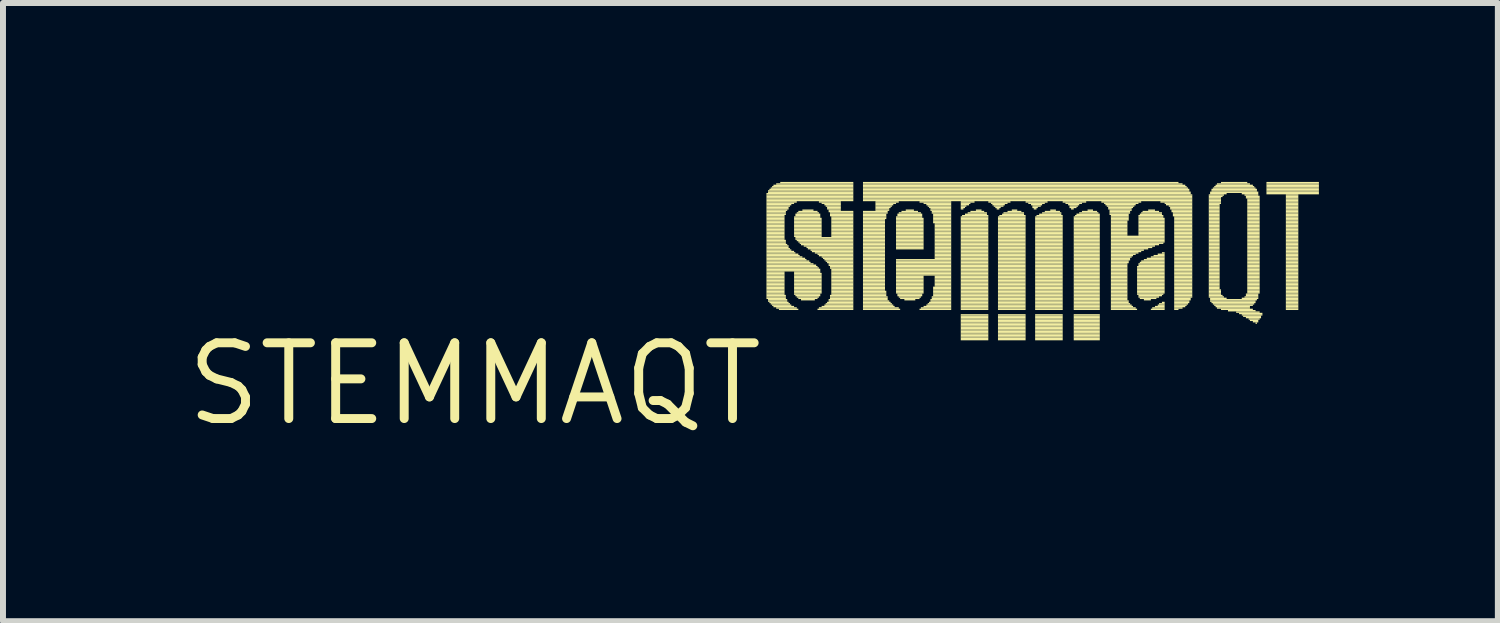
<source format=kicad_pcb>
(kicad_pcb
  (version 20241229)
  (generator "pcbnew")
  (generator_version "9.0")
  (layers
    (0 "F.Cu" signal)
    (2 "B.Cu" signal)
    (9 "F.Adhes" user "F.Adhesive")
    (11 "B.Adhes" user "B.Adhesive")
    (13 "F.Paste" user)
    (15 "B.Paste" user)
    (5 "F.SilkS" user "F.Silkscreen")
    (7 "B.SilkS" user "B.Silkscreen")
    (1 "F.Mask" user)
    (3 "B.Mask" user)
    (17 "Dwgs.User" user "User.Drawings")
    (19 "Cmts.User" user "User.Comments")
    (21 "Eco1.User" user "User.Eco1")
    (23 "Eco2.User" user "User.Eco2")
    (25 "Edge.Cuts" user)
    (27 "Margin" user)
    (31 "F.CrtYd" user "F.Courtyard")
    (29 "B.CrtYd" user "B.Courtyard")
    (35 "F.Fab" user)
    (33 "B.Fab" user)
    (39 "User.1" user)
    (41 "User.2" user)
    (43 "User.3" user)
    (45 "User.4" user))
  (footprint "STEMMAQT"
    (layer "F.Cu")
    (at 9.812 2.644)
    (property "Reference" "STEMMAQT" (at 0 0 0) (layer "F.SilkS") (effects (font (size 1.27 1.27) (thickness 0.15)) (justify right top)))
    (attr through_hole)
    (fp_poly (pts (xy -0.013 -2.436) (xy 1.443 -2.436) (xy 1.443 -2.459) (xy -0.013 -2.459)) (stroke (width 0) (type solid)) (fill yes) (layer "F.SilkS"))
    (fp_poly (pts (xy -0.013 -2.413) (xy 1.443 -2.413) (xy 1.443 -2.436) (xy -0.013 -2.436)) (stroke (width 0) (type solid)) (fill yes) (layer "F.SilkS"))
    (fp_poly (pts (xy -0.013 -2.39) (xy 1.443 -2.39) (xy 1.443 -2.413) (xy -0.013 -2.413)) (stroke (width 0) (type solid)) (fill yes) (layer "F.SilkS"))
    (fp_poly (pts (xy -0.013 -2.367) (xy 1.443 -2.367) (xy 1.443 -2.39) (xy -0.013 -2.39)) (stroke (width 0) (type solid)) (fill yes) (layer "F.SilkS"))
    (fp_poly (pts (xy -0.013 -2.344) (xy 1.443 -2.344) (xy 1.443 -2.367) (xy -0.013 -2.367)) (stroke (width 0) (type solid)) (fill yes) (layer "F.SilkS"))
    (fp_poly (pts (xy -0.013 -2.321) (xy 1.443 -2.321) (xy 1.443 -2.344) (xy -0.013 -2.344)) (stroke (width 0) (type solid)) (fill yes) (layer "F.SilkS"))
    (fp_poly (pts (xy -0.013 -2.297) (xy 0.495 -2.297) (xy 0.495 -2.321) (xy -0.013 -2.321)) (stroke (width 0) (type solid)) (fill yes) (layer "F.SilkS"))
    (fp_poly (pts (xy -0.013 -2.275) (xy 0.45 -2.275) (xy 0.45 -2.297) (xy -0.013 -2.297)) (stroke (width 0) (type solid)) (fill yes) (layer "F.SilkS"))
    (fp_poly (pts (xy -0.013 -2.251) (xy 0.404 -2.251) (xy 0.404 -2.275) (xy -0.013 -2.275)) (stroke (width 0) (type solid)) (fill yes) (layer "F.SilkS"))
    (fp_poly (pts (xy -0.013 -2.228) (xy 0.381 -2.228) (xy 0.381 -2.251) (xy -0.013 -2.251)) (stroke (width 0) (type solid)) (fill yes) (layer "F.SilkS"))
    (fp_poly (pts (xy -0.013 -2.205) (xy 0.358 -2.205) (xy 0.358 -2.228) (xy -0.013 -2.228)) (stroke (width 0) (type solid)) (fill yes) (layer "F.SilkS"))
    (fp_poly (pts (xy -0.013 -2.182) (xy 0.358 -2.182) (xy 0.358 -2.205) (xy -0.013 -2.205)) (stroke (width 0) (type solid)) (fill yes) (layer "F.SilkS"))
    (fp_poly (pts (xy -0.013 -2.159) (xy 0.335 -2.159) (xy 0.335 -2.182) (xy -0.013 -2.182)) (stroke (width 0) (type solid)) (fill yes) (layer "F.SilkS"))
    (fp_poly (pts (xy -0.013 -2.136) (xy 0.312 -2.136) (xy 0.312 -2.159) (xy -0.013 -2.159)) (stroke (width 0) (type solid)) (fill yes) (layer "F.SilkS"))
    (fp_poly (pts (xy -0.013 -2.113) (xy 0.312 -2.113) (xy 0.312 -2.136) (xy -0.013 -2.136)) (stroke (width 0) (type solid)) (fill yes) (layer "F.SilkS"))
    (fp_poly (pts (xy -0.013 -2.09) (xy 0.312 -2.09) (xy 0.312 -2.113) (xy -0.013 -2.113)) (stroke (width 0) (type solid)) (fill yes) (layer "F.SilkS"))
    (fp_poly (pts (xy -0.013 -2.067) (xy 0.29 -2.067) (xy 0.29 -2.09) (xy -0.013 -2.09)) (stroke (width 0) (type solid)) (fill yes) (layer "F.SilkS"))
    (fp_poly (pts (xy -0.013 -2.043) (xy 0.29 -2.043) (xy 0.29 -2.067) (xy -0.013 -2.067)) (stroke (width 0) (type solid)) (fill yes) (layer "F.SilkS"))
    (fp_poly (pts (xy -0.013 -2.021) (xy 0.29 -2.021) (xy 0.29 -2.043) (xy -0.013 -2.043)) (stroke (width 0) (type solid)) (fill yes) (layer "F.SilkS"))
    (fp_poly (pts (xy -0.013 -1.997) (xy 0.29 -1.997) (xy 0.29 -2.021) (xy -0.013 -2.021)) (stroke (width 0) (type solid)) (fill yes) (layer "F.SilkS"))
    (fp_poly (pts (xy -0.013 -1.974) (xy 0.29 -1.974) (xy 0.29 -1.997) (xy -0.013 -1.997)) (stroke (width 0) (type solid)) (fill yes) (layer "F.SilkS"))
    (fp_poly (pts (xy -0.013 -1.951) (xy 0.29 -1.951) (xy 0.29 -1.974) (xy -0.013 -1.974)) (stroke (width 0) (type solid)) (fill yes) (layer "F.SilkS"))
    (fp_poly (pts (xy -0.013 -1.928) (xy 0.29 -1.928) (xy 0.29 -1.951) (xy -0.013 -1.951)) (stroke (width 0) (type solid)) (fill yes) (layer "F.SilkS"))
    (fp_poly (pts (xy -0.013 -1.905) (xy 0.29 -1.905) (xy 0.29 -1.928) (xy -0.013 -1.928)) (stroke (width 0) (type solid)) (fill yes) (layer "F.SilkS"))
    (fp_poly (pts (xy -0.013 -1.882) (xy 0.29 -1.882) (xy 0.29 -1.905) (xy -0.013 -1.905)) (stroke (width 0) (type solid)) (fill yes) (layer "F.SilkS"))
    (fp_poly (pts (xy -0.013 -1.859) (xy 0.29 -1.859) (xy 0.29 -1.882) (xy -0.013 -1.882)) (stroke (width 0) (type solid)) (fill yes) (layer "F.SilkS"))
    (fp_poly (pts (xy -0.013 -1.836) (xy 0.29 -1.836) (xy 0.29 -1.859) (xy -0.013 -1.859)) (stroke (width 0) (type solid)) (fill yes) (layer "F.SilkS"))
    (fp_poly (pts (xy -0.013 -1.813) (xy 0.29 -1.813) (xy 0.29 -1.836) (xy -0.013 -1.836)) (stroke (width 0) (type solid)) (fill yes) (layer "F.SilkS"))
    (fp_poly (pts (xy -0.013 -1.789) (xy 0.29 -1.789) (xy 0.29 -1.813) (xy -0.013 -1.813)) (stroke (width 0) (type solid)) (fill yes) (layer "F.SilkS"))
    (fp_poly (pts (xy -0.013 -1.767) (xy 0.29 -1.767) (xy 0.29 -1.789) (xy -0.013 -1.789)) (stroke (width 0) (type solid)) (fill yes) (layer "F.SilkS"))
    (fp_poly (pts (xy -0.013 -1.743) (xy 0.29 -1.743) (xy 0.29 -1.767) (xy -0.013 -1.767)) (stroke (width 0) (type solid)) (fill yes) (layer "F.SilkS"))
    (fp_poly (pts (xy -0.013 -1.72) (xy 0.29 -1.72) (xy 0.29 -1.743) (xy -0.013 -1.743)) (stroke (width 0) (type solid)) (fill yes) (layer "F.SilkS"))
    (fp_poly (pts (xy -0.013 -1.697) (xy 0.29 -1.697) (xy 0.29 -1.72) (xy -0.013 -1.72)) (stroke (width 0) (type solid)) (fill yes) (layer "F.SilkS"))
    (fp_poly (pts (xy -0.013 -1.674) (xy 0.29 -1.674) (xy 0.29 -1.697) (xy -0.013 -1.697)) (stroke (width 0) (type solid)) (fill yes) (layer "F.SilkS"))
    (fp_poly (pts (xy -0.013 -1.651) (xy 0.312 -1.651) (xy 0.312 -1.674) (xy -0.013 -1.674)) (stroke (width 0) (type solid)) (fill yes) (layer "F.SilkS"))
    (fp_poly (pts (xy -0.013 -1.628) (xy 0.312 -1.628) (xy 0.312 -1.651) (xy -0.013 -1.651)) (stroke (width 0) (type solid)) (fill yes) (layer "F.SilkS"))
    (fp_poly (pts (xy -0.013 -1.605) (xy 0.312 -1.605) (xy 0.312 -1.628) (xy -0.013 -1.628)) (stroke (width 0) (type solid)) (fill yes) (layer "F.SilkS"))
    (fp_poly (pts (xy -0.013 -1.582) (xy 0.335 -1.582) (xy 0.335 -1.605) (xy -0.013 -1.605)) (stroke (width 0) (type solid)) (fill yes) (layer "F.SilkS"))
    (fp_poly (pts (xy -0.013 -1.559) (xy 0.358 -1.559) (xy 0.358 -1.582) (xy -0.013 -1.582)) (stroke (width 0) (type solid)) (fill yes) (layer "F.SilkS"))
    (fp_poly (pts (xy -0.013 -1.535) (xy 0.358 -1.535) (xy 0.358 -1.559) (xy -0.013 -1.559)) (stroke (width 0) (type solid)) (fill yes) (layer "F.SilkS"))
    (fp_poly (pts (xy -0.013 -1.513) (xy 0.381 -1.513) (xy 0.381 -1.535) (xy -0.013 -1.535)) (stroke (width 0) (type solid)) (fill yes) (layer "F.SilkS"))
    (fp_poly (pts (xy -0.013 -1.489) (xy 0.404 -1.489) (xy 0.404 -1.513) (xy -0.013 -1.513)) (stroke (width 0) (type solid)) (fill yes) (layer "F.SilkS"))
    (fp_poly (pts (xy -0.013 -1.466) (xy 0.45 -1.466) (xy 0.45 -1.489) (xy -0.013 -1.489)) (stroke (width 0) (type solid)) (fill yes) (layer "F.SilkS"))
    (fp_poly (pts (xy -0.013 -1.443) (xy 0.472 -1.443) (xy 0.472 -1.466) (xy -0.013 -1.466)) (stroke (width 0) (type solid)) (fill yes) (layer "F.SilkS"))
    (fp_poly (pts (xy -0.013 -1.42) (xy 0.521 -1.42) (xy 0.521 -1.443) (xy -0.013 -1.443)) (stroke (width 0) (type solid)) (fill yes) (layer "F.SilkS"))
    (fp_poly (pts (xy -0.013 -1.397) (xy 0.544 -1.397) (xy 0.544 -1.42) (xy -0.013 -1.42)) (stroke (width 0) (type solid)) (fill yes) (layer "F.SilkS"))
    (fp_poly (pts (xy -0.013 -1.374) (xy 0.589 -1.374) (xy 0.589 -1.397) (xy -0.013 -1.397)) (stroke (width 0) (type solid)) (fill yes) (layer "F.SilkS"))
    (fp_poly (pts (xy -0.013 -1.351) (xy 0.635 -1.351) (xy 0.635 -1.374) (xy -0.013 -1.374)) (stroke (width 0) (type solid)) (fill yes) (layer "F.SilkS"))
    (fp_poly (pts (xy -0.013 -1.328) (xy 0.658 -1.328) (xy 0.658 -1.351) (xy -0.013 -1.351)) (stroke (width 0) (type solid)) (fill yes) (layer "F.SilkS"))
    (fp_poly (pts (xy -0.013 -1.305) (xy 0.704 -1.305) (xy 0.704 -1.328) (xy -0.013 -1.328)) (stroke (width 0) (type solid)) (fill yes) (layer "F.SilkS"))
    (fp_poly (pts (xy -0.013 -1.281) (xy 0.726 -1.281) (xy 0.726 -1.305) (xy -0.013 -1.305)) (stroke (width 0) (type solid)) (fill yes) (layer "F.SilkS"))
    (fp_poly (pts (xy -0.013 -1.259) (xy 0.775 -1.259) (xy 0.775 -1.281) (xy -0.013 -1.281)) (stroke (width 0) (type solid)) (fill yes) (layer "F.SilkS"))
    (fp_poly (pts (xy -0.013 -1.235) (xy 0.82 -1.235) (xy 0.82 -1.259) (xy -0.013 -1.259)) (stroke (width 0) (type solid)) (fill yes) (layer "F.SilkS"))
    (fp_poly (pts (xy -0.013 -1.212) (xy 0.843 -1.212) (xy 0.843 -1.235) (xy -0.013 -1.235)) (stroke (width 0) (type solid)) (fill yes) (layer "F.SilkS"))
    (fp_poly (pts (xy -0.013 -1.189) (xy 0.866 -1.189) (xy 0.866 -1.212) (xy -0.013 -1.212)) (stroke (width 0) (type solid)) (fill yes) (layer "F.SilkS"))
    (fp_poly (pts (xy -0.013 -1.166) (xy 0.889 -1.166) (xy 0.889 -1.189) (xy -0.013 -1.189)) (stroke (width 0) (type solid)) (fill yes) (layer "F.SilkS"))
    (fp_poly (pts (xy -0.013 -1.143) (xy 0.889 -1.143) (xy 0.889 -1.166) (xy -0.013 -1.166)) (stroke (width 0) (type solid)) (fill yes) (layer "F.SilkS"))
    (fp_poly (pts (xy -0.013 -1.12) (xy 0.29 -1.12) (xy 0.29 -1.143) (xy -0.013 -1.143)) (stroke (width 0) (type solid)) (fill yes) (layer "F.SilkS"))
    (fp_poly (pts (xy -0.013 -1.097) (xy 0.29 -1.097) (xy 0.29 -1.12) (xy -0.013 -1.12)) (stroke (width 0) (type solid)) (fill yes) (layer "F.SilkS"))
    (fp_poly (pts (xy -0.013 -1.074) (xy 0.29 -1.074) (xy 0.29 -1.097) (xy -0.013 -1.097)) (stroke (width 0) (type solid)) (fill yes) (layer "F.SilkS"))
    (fp_poly (pts (xy -0.013 -1.051) (xy 0.29 -1.051) (xy 0.29 -1.074) (xy -0.013 -1.074)) (stroke (width 0) (type solid)) (fill yes) (layer "F.SilkS"))
    (fp_poly (pts (xy -0.013 -1.027) (xy 0.29 -1.027) (xy 0.29 -1.051) (xy -0.013 -1.051)) (stroke (width 0) (type solid)) (fill yes) (layer "F.SilkS"))
    (fp_poly (pts (xy -0.013 -1.005) (xy 0.29 -1.005) (xy 0.29 -1.027) (xy -0.013 -1.027)) (stroke (width 0) (type solid)) (fill yes) (layer "F.SilkS"))
    (fp_poly (pts (xy -0.013 -0.981) (xy 0.29 -0.981) (xy 0.29 -1.005) (xy -0.013 -1.005)) (stroke (width 0) (type solid)) (fill yes) (layer "F.SilkS"))
    (fp_poly (pts (xy -0.013 -0.958) (xy 0.29 -0.958) (xy 0.29 -0.981) (xy -0.013 -0.981)) (stroke (width 0) (type solid)) (fill yes) (layer "F.SilkS"))
    (fp_poly (pts (xy -0.013 -0.935) (xy 0.29 -0.935) (xy 0.29 -0.958) (xy -0.013 -0.958)) (stroke (width 0) (type solid)) (fill yes) (layer "F.SilkS"))
    (fp_poly (pts (xy -0.013 -0.912) (xy 0.29 -0.912) (xy 0.29 -0.935) (xy -0.013 -0.935)) (stroke (width 0) (type solid)) (fill yes) (layer "F.SilkS"))
    (fp_poly (pts (xy -0.013 -0.889) (xy 0.29 -0.889) (xy 0.29 -0.912) (xy -0.013 -0.912)) (stroke (width 0) (type solid)) (fill yes) (layer "F.SilkS"))
    (fp_poly (pts (xy -0.013 -0.866) (xy 0.29 -0.866) (xy 0.29 -0.889) (xy -0.013 -0.889)) (stroke (width 0) (type solid)) (fill yes) (layer "F.SilkS"))
    (fp_poly (pts (xy -0.013 -0.843) (xy 0.29 -0.843) (xy 0.29 -0.866) (xy -0.013 -0.866)) (stroke (width 0) (type solid)) (fill yes) (layer "F.SilkS"))
    (fp_poly (pts (xy -0.013 -0.82) (xy 0.29 -0.82) (xy 0.29 -0.843) (xy -0.013 -0.843)) (stroke (width 0) (type solid)) (fill yes) (layer "F.SilkS"))
    (fp_poly (pts (xy -0.013 -0.797) (xy 0.29 -0.797) (xy 0.29 -0.82) (xy -0.013 -0.82)) (stroke (width 0) (type solid)) (fill yes) (layer "F.SilkS"))
    (fp_poly (pts (xy -0.013 -0.773) (xy 0.29 -0.773) (xy 0.29 -0.797) (xy -0.013 -0.797)) (stroke (width 0) (type solid)) (fill yes) (layer "F.SilkS"))
    (fp_poly (pts (xy -0.013 -0.751) (xy 0.29 -0.751) (xy 0.29 -0.773) (xy -0.013 -0.773)) (stroke (width 0) (type solid)) (fill yes) (layer "F.SilkS"))
    (fp_poly (pts (xy -0.013 -0.727) (xy 0.312 -0.727) (xy 0.312 -0.751) (xy -0.013 -0.751)) (stroke (width 0) (type solid)) (fill yes) (layer "F.SilkS"))
    (fp_poly (pts (xy -0.013 -0.704) (xy 0.312 -0.704) (xy 0.312 -0.727) (xy -0.013 -0.727)) (stroke (width 0) (type solid)) (fill yes) (layer "F.SilkS"))
    (fp_poly (pts (xy -0.013 -0.681) (xy 0.312 -0.681) (xy 0.312 -0.704) (xy -0.013 -0.704)) (stroke (width 0) (type solid)) (fill yes) (layer "F.SilkS"))
    (fp_poly (pts (xy 0.013 -2.482) (xy 1.443 -2.482) (xy 1.443 -2.505) (xy 0.013 -2.505)) (stroke (width 0) (type solid)) (fill yes) (layer "F.SilkS"))
    (fp_poly (pts (xy 0.013 -2.459) (xy 1.443 -2.459) (xy 1.443 -2.482) (xy 0.013 -2.482)) (stroke (width 0) (type solid)) (fill yes) (layer "F.SilkS"))
    (fp_poly (pts (xy 0.013 -0.658) (xy 0.335 -0.658) (xy 0.335 -0.681) (xy 0.013 -0.681)) (stroke (width 0) (type solid)) (fill yes) (layer "F.SilkS"))
    (fp_poly (pts (xy 0.013 -0.635) (xy 0.335 -0.635) (xy 0.335 -0.658) (xy 0.013 -0.658)) (stroke (width 0) (type solid)) (fill yes) (layer "F.SilkS"))
    (fp_poly (pts (xy 0.036 -2.505) (xy 1.443 -2.505) (xy 1.443 -2.529) (xy 0.036 -2.529)) (stroke (width 0) (type solid)) (fill yes) (layer "F.SilkS"))
    (fp_poly (pts (xy 0.036 -0.612) (xy 0.358 -0.612) (xy 0.358 -0.635) (xy 0.036 -0.635)) (stroke (width 0) (type solid)) (fill yes) (layer "F.SilkS"))
    (fp_poly (pts (xy 0.058 -2.529) (xy 1.443 -2.529) (xy 1.443 -2.551) (xy 0.058 -2.551)) (stroke (width 0) (type solid)) (fill yes) (layer "F.SilkS"))
    (fp_poly (pts (xy 0.058 -0.589) (xy 0.381 -0.589) (xy 0.381 -0.612) (xy 0.058 -0.612)) (stroke (width 0) (type solid)) (fill yes) (layer "F.SilkS"))
    (fp_poly (pts (xy 0.081 -2.551) (xy 1.443 -2.551) (xy 1.443 -2.575) (xy 0.081 -2.575)) (stroke (width 0) (type solid)) (fill yes) (layer "F.SilkS"))
    (fp_poly (pts (xy 0.081 -0.566) (xy 0.404 -0.566) (xy 0.404 -0.589) (xy 0.081 -0.589)) (stroke (width 0) (type solid)) (fill yes) (layer "F.SilkS"))
    (fp_poly (pts (xy 0.104 -2.575) (xy 1.443 -2.575) (xy 1.443 -2.598) (xy 0.104 -2.598)) (stroke (width 0) (type solid)) (fill yes) (layer "F.SilkS"))
    (fp_poly (pts (xy 0.104 -0.543) (xy 0.45 -0.543) (xy 0.45 -0.566) (xy 0.104 -0.566)) (stroke (width 0) (type solid)) (fill yes) (layer "F.SilkS"))
    (fp_poly (pts (xy 0.15 -2.598) (xy 1.443 -2.598) (xy 1.443 -2.621) (xy 0.15 -2.621)) (stroke (width 0) (type solid)) (fill yes) (layer "F.SilkS"))
    (fp_poly (pts (xy 0.15 -0.519) (xy 0.495 -0.519) (xy 0.495 -0.543) (xy 0.15 -0.543)) (stroke (width 0) (type solid)) (fill yes) (layer "F.SilkS"))
    (fp_poly (pts (xy 0.196 -0.497) (xy 0.521 -0.497) (xy 0.521 -0.519) (xy 0.196 -0.519)) (stroke (width 0) (type solid)) (fill yes) (layer "F.SilkS"))
    (fp_poly (pts (xy 0.218 -2.621) (xy 1.443 -2.621) (xy 1.443 -2.644) (xy 0.218 -2.644)) (stroke (width 0) (type solid)) (fill yes) (layer "F.SilkS"))
    (fp_poly (pts (xy 0.45 -2.043) (xy 0.889 -2.043) (xy 0.889 -2.067) (xy 0.45 -2.067)) (stroke (width 0) (type solid)) (fill yes) (layer "F.SilkS"))
    (fp_poly (pts (xy 0.45 -2.021) (xy 0.912 -2.021) (xy 0.912 -2.043) (xy 0.45 -2.043)) (stroke (width 0) (type solid)) (fill yes) (layer "F.SilkS"))
    (fp_poly (pts (xy 0.45 -1.997) (xy 0.912 -1.997) (xy 0.912 -2.021) (xy 0.45 -2.021)) (stroke (width 0) (type solid)) (fill yes) (layer "F.SilkS"))
    (fp_poly (pts (xy 0.45 -1.974) (xy 0.912 -1.974) (xy 0.912 -1.997) (xy 0.45 -1.997)) (stroke (width 0) (type solid)) (fill yes) (layer "F.SilkS"))
    (fp_poly (pts (xy 0.45 -1.951) (xy 0.912 -1.951) (xy 0.912 -1.974) (xy 0.45 -1.974)) (stroke (width 0) (type solid)) (fill yes) (layer "F.SilkS"))
    (fp_poly (pts (xy 0.45 -1.928) (xy 0.912 -1.928) (xy 0.912 -1.951) (xy 0.45 -1.951)) (stroke (width 0) (type solid)) (fill yes) (layer "F.SilkS"))
    (fp_poly (pts (xy 0.45 -1.905) (xy 0.912 -1.905) (xy 0.912 -1.928) (xy 0.45 -1.928)) (stroke (width 0) (type solid)) (fill yes) (layer "F.SilkS"))
    (fp_poly (pts (xy 0.45 -1.882) (xy 0.912 -1.882) (xy 0.912 -1.905) (xy 0.45 -1.905)) (stroke (width 0) (type solid)) (fill yes) (layer "F.SilkS"))
    (fp_poly (pts (xy 0.45 -1.859) (xy 0.912 -1.859) (xy 0.912 -1.882) (xy 0.45 -1.882)) (stroke (width 0) (type solid)) (fill yes) (layer "F.SilkS"))
    (fp_poly (pts (xy 0.45 -1.836) (xy 0.912 -1.836) (xy 0.912 -1.859) (xy 0.45 -1.859)) (stroke (width 0) (type solid)) (fill yes) (layer "F.SilkS"))
    (fp_poly (pts (xy 0.45 -1.813) (xy 0.912 -1.813) (xy 0.912 -1.836) (xy 0.45 -1.836)) (stroke (width 0) (type solid)) (fill yes) (layer "F.SilkS"))
    (fp_poly (pts (xy 0.45 -1.789) (xy 0.912 -1.789) (xy 0.912 -1.813) (xy 0.45 -1.813)) (stroke (width 0) (type solid)) (fill yes) (layer "F.SilkS"))
    (fp_poly (pts (xy 0.45 -1.767) (xy 0.912 -1.767) (xy 0.912 -1.789) (xy 0.45 -1.789)) (stroke (width 0) (type solid)) (fill yes) (layer "F.SilkS"))
    (fp_poly (pts (xy 0.45 -1.743) (xy 0.912 -1.743) (xy 0.912 -1.767) (xy 0.45 -1.767)) (stroke (width 0) (type solid)) (fill yes) (layer "F.SilkS"))
    (fp_poly (pts (xy 0.45 -1.72) (xy 0.912 -1.72) (xy 0.912 -1.743) (xy 0.45 -1.743)) (stroke (width 0) (type solid)) (fill yes) (layer "F.SilkS"))
    (fp_poly (pts (xy 0.45 -1.12) (xy 0.889 -1.12) (xy 0.889 -1.143) (xy 0.45 -1.143)) (stroke (width 0) (type solid)) (fill yes) (layer "F.SilkS"))
    (fp_poly (pts (xy 0.45 -1.097) (xy 0.912 -1.097) (xy 0.912 -1.12) (xy 0.45 -1.12)) (stroke (width 0) (type solid)) (fill yes) (layer "F.SilkS"))
    (fp_poly (pts (xy 0.45 -1.074) (xy 0.912 -1.074) (xy 0.912 -1.097) (xy 0.45 -1.097)) (stroke (width 0) (type solid)) (fill yes) (layer "F.SilkS"))
    (fp_poly (pts (xy 0.45 -1.051) (xy 0.912 -1.051) (xy 0.912 -1.074) (xy 0.45 -1.074)) (stroke (width 0) (type solid)) (fill yes) (layer "F.SilkS"))
    (fp_poly (pts (xy 0.45 -1.027) (xy 0.912 -1.027) (xy 0.912 -1.051) (xy 0.45 -1.051)) (stroke (width 0) (type solid)) (fill yes) (layer "F.SilkS"))
    (fp_poly (pts (xy 0.45 -1.005) (xy 0.912 -1.005) (xy 0.912 -1.027) (xy 0.45 -1.027)) (stroke (width 0) (type solid)) (fill yes) (layer "F.SilkS"))
    (fp_poly (pts (xy 0.45 -0.981) (xy 0.912 -0.981) (xy 0.912 -1.005) (xy 0.45 -1.005)) (stroke (width 0) (type solid)) (fill yes) (layer "F.SilkS"))
    (fp_poly (pts (xy 0.45 -0.958) (xy 0.912 -0.958) (xy 0.912 -0.981) (xy 0.45 -0.981)) (stroke (width 0) (type solid)) (fill yes) (layer "F.SilkS"))
    (fp_poly (pts (xy 0.45 -0.935) (xy 0.912 -0.935) (xy 0.912 -0.958) (xy 0.45 -0.958)) (stroke (width 0) (type solid)) (fill yes) (layer "F.SilkS"))
    (fp_poly (pts (xy 0.45 -0.912) (xy 0.912 -0.912) (xy 0.912 -0.935) (xy 0.45 -0.935)) (stroke (width 0) (type solid)) (fill yes) (layer "F.SilkS"))
    (fp_poly (pts (xy 0.45 -0.889) (xy 0.912 -0.889) (xy 0.912 -0.912) (xy 0.45 -0.912)) (stroke (width 0) (type solid)) (fill yes) (layer "F.SilkS"))
    (fp_poly (pts (xy 0.45 -0.866) (xy 0.912 -0.866) (xy 0.912 -0.889) (xy 0.45 -0.889)) (stroke (width 0) (type solid)) (fill yes) (layer "F.SilkS"))
    (fp_poly (pts (xy 0.45 -0.843) (xy 0.912 -0.843) (xy 0.912 -0.866) (xy 0.45 -0.866)) (stroke (width 0) (type solid)) (fill yes) (layer "F.SilkS"))
    (fp_poly (pts (xy 0.45 -0.82) (xy 0.912 -0.82) (xy 0.912 -0.843) (xy 0.45 -0.843)) (stroke (width 0) (type solid)) (fill yes) (layer "F.SilkS"))
    (fp_poly (pts (xy 0.45 -0.797) (xy 0.912 -0.797) (xy 0.912 -0.82) (xy 0.45 -0.82)) (stroke (width 0) (type solid)) (fill yes) (layer "F.SilkS"))
    (fp_poly (pts (xy 0.45 -0.773) (xy 0.912 -0.773) (xy 0.912 -0.797) (xy 0.45 -0.797)) (stroke (width 0) (type solid)) (fill yes) (layer "F.SilkS"))
    (fp_poly (pts (xy 0.45 -0.751) (xy 0.889 -0.751) (xy 0.889 -0.773) (xy 0.45 -0.773)) (stroke (width 0) (type solid)) (fill yes) (layer "F.SilkS"))
    (fp_poly (pts (xy 0.472 -2.09) (xy 0.889 -2.09) (xy 0.889 -2.113) (xy 0.472 -2.113)) (stroke (width 0) (type solid)) (fill yes) (layer "F.SilkS"))
    (fp_poly (pts (xy 0.472 -2.067) (xy 0.889 -2.067) (xy 0.889 -2.09) (xy 0.472 -2.09)) (stroke (width 0) (type solid)) (fill yes) (layer "F.SilkS"))
    (fp_poly (pts (xy 0.472 -1.697) (xy 1.443 -1.697) (xy 1.443 -1.72) (xy 0.472 -1.72)) (stroke (width 0) (type solid)) (fill yes) (layer "F.SilkS"))
    (fp_poly (pts (xy 0.472 -1.674) (xy 1.443 -1.674) (xy 1.443 -1.697) (xy 0.472 -1.697)) (stroke (width 0) (type solid)) (fill yes) (layer "F.SilkS"))
    (fp_poly (pts (xy 0.472 -0.727) (xy 0.889 -0.727) (xy 0.889 -0.751) (xy 0.472 -0.751)) (stroke (width 0) (type solid)) (fill yes) (layer "F.SilkS"))
    (fp_poly (pts (xy 0.495 -2.113) (xy 0.866 -2.113) (xy 0.866 -2.136) (xy 0.495 -2.136)) (stroke (width 0) (type solid)) (fill yes) (layer "F.SilkS"))
    (fp_poly (pts (xy 0.495 -1.651) (xy 1.443 -1.651) (xy 1.443 -1.674) (xy 0.495 -1.674)) (stroke (width 0) (type solid)) (fill yes) (layer "F.SilkS"))
    (fp_poly (pts (xy 0.495 -0.704) (xy 0.866 -0.704) (xy 0.866 -0.727) (xy 0.495 -0.727)) (stroke (width 0) (type solid)) (fill yes) (layer "F.SilkS"))
    (fp_poly (pts (xy 0.521 -2.136) (xy 0.843 -2.136) (xy 0.843 -2.159) (xy 0.521 -2.159)) (stroke (width 0) (type solid)) (fill yes) (layer "F.SilkS"))
    (fp_poly (pts (xy 0.521 -1.628) (xy 1.443 -1.628) (xy 1.443 -1.651) (xy 0.521 -1.651)) (stroke (width 0) (type solid)) (fill yes) (layer "F.SilkS"))
    (fp_poly (pts (xy 0.521 -0.681) (xy 0.843 -0.681) (xy 0.843 -0.704) (xy 0.521 -0.704)) (stroke (width 0) (type solid)) (fill yes) (layer "F.SilkS"))
    (fp_poly (pts (xy 0.544 -1.605) (xy 1.443 -1.605) (xy 1.443 -1.628) (xy 0.544 -1.628)) (stroke (width 0) (type solid)) (fill yes) (layer "F.SilkS"))
    (fp_poly (pts (xy 0.566 -1.582) (xy 1.443 -1.582) (xy 1.443 -1.605) (xy 0.566 -1.605)) (stroke (width 0) (type solid)) (fill yes) (layer "F.SilkS"))
    (fp_poly (pts (xy 0.566 -0.658) (xy 0.798 -0.658) (xy 0.798 -0.681) (xy 0.566 -0.681)) (stroke (width 0) (type solid)) (fill yes) (layer "F.SilkS"))
    (fp_poly (pts (xy 0.589 -2.159) (xy 0.775 -2.159) (xy 0.775 -2.182) (xy 0.589 -2.182)) (stroke (width 0) (type solid)) (fill yes) (layer "F.SilkS"))
    (fp_poly (pts (xy 0.612 -1.559) (xy 1.443 -1.559) (xy 1.443 -1.582) (xy 0.612 -1.582)) (stroke (width 0) (type solid)) (fill yes) (layer "F.SilkS"))
    (fp_poly (pts (xy 0.658 -1.535) (xy 1.443 -1.535) (xy 1.443 -1.559) (xy 0.658 -1.559)) (stroke (width 0) (type solid)) (fill yes) (layer "F.SilkS"))
    (fp_poly (pts (xy 0.681 -1.513) (xy 1.443 -1.513) (xy 1.443 -1.535) (xy 0.681 -1.535)) (stroke (width 0) (type solid)) (fill yes) (layer "F.SilkS"))
    (fp_poly (pts (xy 0.726 -1.489) (xy 1.443 -1.489) (xy 1.443 -1.513) (xy 0.726 -1.513)) (stroke (width 0) (type solid)) (fill yes) (layer "F.SilkS"))
    (fp_poly (pts (xy 0.749 -1.466) (xy 1.443 -1.466) (xy 1.443 -1.489) (xy 0.749 -1.489)) (stroke (width 0) (type solid)) (fill yes) (layer "F.SilkS"))
    (fp_poly (pts (xy 0.798 -1.443) (xy 1.443 -1.443) (xy 1.443 -1.466) (xy 0.798 -1.466)) (stroke (width 0) (type solid)) (fill yes) (layer "F.SilkS"))
    (fp_poly (pts (xy 0.843 -1.42) (xy 1.443 -1.42) (xy 1.443 -1.443) (xy 0.843 -1.443)) (stroke (width 0) (type solid)) (fill yes) (layer "F.SilkS"))
    (fp_poly (pts (xy 0.843 -0.497) (xy 1.443 -0.497) (xy 1.443 -0.519) (xy 0.843 -0.519)) (stroke (width 0) (type solid)) (fill yes) (layer "F.SilkS"))
    (fp_poly (pts (xy 0.866 -2.297) (xy 1.234 -2.297) (xy 1.234 -2.321) (xy 0.866 -2.321)) (stroke (width 0) (type solid)) (fill yes) (layer "F.SilkS"))
    (fp_poly (pts (xy 0.866 -1.397) (xy 1.443 -1.397) (xy 1.443 -1.42) (xy 0.866 -1.42)) (stroke (width 0) (type solid)) (fill yes) (layer "F.SilkS"))
    (fp_poly (pts (xy 0.866 -0.519) (xy 1.443 -0.519) (xy 1.443 -0.543) (xy 0.866 -0.543)) (stroke (width 0) (type solid)) (fill yes) (layer "F.SilkS"))
    (fp_poly (pts (xy 0.912 -2.275) (xy 1.234 -2.275) (xy 1.234 -2.297) (xy 0.912 -2.297)) (stroke (width 0) (type solid)) (fill yes) (layer "F.SilkS"))
    (fp_poly (pts (xy 0.912 -1.374) (xy 1.443 -1.374) (xy 1.443 -1.397) (xy 0.912 -1.397)) (stroke (width 0) (type solid)) (fill yes) (layer "F.SilkS"))
    (fp_poly (pts (xy 0.912 -0.543) (xy 1.443 -0.543) (xy 1.443 -0.566) (xy 0.912 -0.566)) (stroke (width 0) (type solid)) (fill yes) (layer "F.SilkS"))
    (fp_poly (pts (xy 0.935 -1.351) (xy 1.443 -1.351) (xy 1.443 -1.374) (xy 0.935 -1.374)) (stroke (width 0) (type solid)) (fill yes) (layer "F.SilkS"))
    (fp_poly (pts (xy 0.958 -2.251) (xy 1.234 -2.251) (xy 1.234 -2.275) (xy 0.958 -2.275)) (stroke (width 0) (type solid)) (fill yes) (layer "F.SilkS"))
    (fp_poly (pts (xy 0.958 -1.328) (xy 1.443 -1.328) (xy 1.443 -1.351) (xy 0.958 -1.351)) (stroke (width 0) (type solid)) (fill yes) (layer "F.SilkS"))
    (fp_poly (pts (xy 0.958 -0.566) (xy 1.443 -0.566) (xy 1.443 -0.589) (xy 0.958 -0.589)) (stroke (width 0) (type solid)) (fill yes) (layer "F.SilkS"))
    (fp_poly (pts (xy 0.98 -2.228) (xy 1.234 -2.228) (xy 1.234 -2.251) (xy 0.98 -2.251)) (stroke (width 0) (type solid)) (fill yes) (layer "F.SilkS"))
    (fp_poly (pts (xy 0.98 -1.305) (xy 1.443 -1.305) (xy 1.443 -1.328) (xy 0.98 -1.328)) (stroke (width 0) (type solid)) (fill yes) (layer "F.SilkS"))
    (fp_poly (pts (xy 0.98 -0.589) (xy 1.443 -0.589) (xy 1.443 -0.612) (xy 0.98 -0.612)) (stroke (width 0) (type solid)) (fill yes) (layer "F.SilkS"))
    (fp_poly (pts (xy 1.003 -2.205) (xy 1.234 -2.205) (xy 1.234 -2.228) (xy 1.003 -2.228)) (stroke (width 0) (type solid)) (fill yes) (layer "F.SilkS"))
    (fp_poly (pts (xy 1.003 -2.182) (xy 1.234 -2.182) (xy 1.234 -2.205) (xy 1.003 -2.205)) (stroke (width 0) (type solid)) (fill yes) (layer "F.SilkS"))
    (fp_poly (pts (xy 1.003 -1.281) (xy 1.443 -1.281) (xy 1.443 -1.305) (xy 1.003 -1.305)) (stroke (width 0) (type solid)) (fill yes) (layer "F.SilkS"))
    (fp_poly (pts (xy 1.003 -0.612) (xy 1.443 -0.612) (xy 1.443 -0.635) (xy 1.003 -0.635)) (stroke (width 0) (type solid)) (fill yes) (layer "F.SilkS"))
    (fp_poly (pts (xy 1.029 -2.159) (xy 1.234 -2.159) (xy 1.234 -2.182) (xy 1.029 -2.182)) (stroke (width 0) (type solid)) (fill yes) (layer "F.SilkS"))
    (fp_poly (pts (xy 1.029 -2.136) (xy 1.443 -2.136) (xy 1.443 -2.159) (xy 1.029 -2.159)) (stroke (width 0) (type solid)) (fill yes) (layer "F.SilkS"))
    (fp_poly (pts (xy 1.029 -1.259) (xy 1.443 -1.259) (xy 1.443 -1.281) (xy 1.029 -1.281)) (stroke (width 0) (type solid)) (fill yes) (layer "F.SilkS"))
    (fp_poly (pts (xy 1.029 -1.235) (xy 1.443 -1.235) (xy 1.443 -1.259) (xy 1.029 -1.259)) (stroke (width 0) (type solid)) (fill yes) (layer "F.SilkS"))
    (fp_poly (pts (xy 1.029 -0.658) (xy 1.443 -0.658) (xy 1.443 -0.681) (xy 1.029 -0.681)) (stroke (width 0) (type solid)) (fill yes) (layer "F.SilkS"))
    (fp_poly (pts (xy 1.029 -0.635) (xy 1.443 -0.635) (xy 1.443 -0.658) (xy 1.029 -0.658)) (stroke (width 0) (type solid)) (fill yes) (layer "F.SilkS"))
    (fp_poly (pts (xy 1.052 -2.113) (xy 1.443 -2.113) (xy 1.443 -2.136) (xy 1.052 -2.136)) (stroke (width 0) (type solid)) (fill yes) (layer "F.SilkS"))
    (fp_poly (pts (xy 1.052 -2.09) (xy 1.443 -2.09) (xy 1.443 -2.113) (xy 1.052 -2.113)) (stroke (width 0) (type solid)) (fill yes) (layer "F.SilkS"))
    (fp_poly (pts (xy 1.052 -2.067) (xy 1.443 -2.067) (xy 1.443 -2.09) (xy 1.052 -2.09)) (stroke (width 0) (type solid)) (fill yes) (layer "F.SilkS"))
    (fp_poly (pts (xy 1.052 -1.212) (xy 1.443 -1.212) (xy 1.443 -1.235) (xy 1.052 -1.235)) (stroke (width 0) (type solid)) (fill yes) (layer "F.SilkS"))
    (fp_poly (pts (xy 1.052 -1.189) (xy 1.443 -1.189) (xy 1.443 -1.212) (xy 1.052 -1.212)) (stroke (width 0) (type solid)) (fill yes) (layer "F.SilkS"))
    (fp_poly (pts (xy 1.052 -0.727) (xy 1.443 -0.727) (xy 1.443 -0.751) (xy 1.052 -0.751)) (stroke (width 0) (type solid)) (fill yes) (layer "F.SilkS"))
    (fp_poly (pts (xy 1.052 -0.704) (xy 1.443 -0.704) (xy 1.443 -0.727) (xy 1.052 -0.727)) (stroke (width 0) (type solid)) (fill yes) (layer "F.SilkS"))
    (fp_poly (pts (xy 1.052 -0.681) (xy 1.443 -0.681) (xy 1.443 -0.704) (xy 1.052 -0.704)) (stroke (width 0) (type solid)) (fill yes) (layer "F.SilkS"))
    (fp_poly (pts (xy 1.074 -2.043) (xy 1.443 -2.043) (xy 1.443 -2.067) (xy 1.074 -2.067)) (stroke (width 0) (type solid)) (fill yes) (layer "F.SilkS"))
    (fp_poly (pts (xy 1.074 -2.021) (xy 1.443 -2.021) (xy 1.443 -2.043) (xy 1.074 -2.043)) (stroke (width 0) (type solid)) (fill yes) (layer "F.SilkS"))
    (fp_poly (pts (xy 1.074 -1.997) (xy 1.443 -1.997) (xy 1.443 -2.021) (xy 1.074 -2.021)) (stroke (width 0) (type solid)) (fill yes) (layer "F.SilkS"))
    (fp_poly (pts (xy 1.074 -1.974) (xy 1.443 -1.974) (xy 1.443 -1.997) (xy 1.074 -1.997)) (stroke (width 0) (type solid)) (fill yes) (layer "F.SilkS"))
    (fp_poly (pts (xy 1.074 -1.951) (xy 1.443 -1.951) (xy 1.443 -1.974) (xy 1.074 -1.974)) (stroke (width 0) (type solid)) (fill yes) (layer "F.SilkS"))
    (fp_poly (pts (xy 1.074 -1.928) (xy 1.443 -1.928) (xy 1.443 -1.951) (xy 1.074 -1.951)) (stroke (width 0) (type solid)) (fill yes) (layer "F.SilkS"))
    (fp_poly (pts (xy 1.074 -1.905) (xy 1.443 -1.905) (xy 1.443 -1.928) (xy 1.074 -1.928)) (stroke (width 0) (type solid)) (fill yes) (layer "F.SilkS"))
    (fp_poly (pts (xy 1.074 -1.882) (xy 1.443 -1.882) (xy 1.443 -1.905) (xy 1.074 -1.905)) (stroke (width 0) (type solid)) (fill yes) (layer "F.SilkS"))
    (fp_poly (pts (xy 1.074 -1.859) (xy 1.443 -1.859) (xy 1.443 -1.882) (xy 1.074 -1.882)) (stroke (width 0) (type solid)) (fill yes) (layer "F.SilkS"))
    (fp_poly (pts (xy 1.074 -1.836) (xy 1.443 -1.836) (xy 1.443 -1.859) (xy 1.074 -1.859)) (stroke (width 0) (type solid)) (fill yes) (layer "F.SilkS"))
    (fp_poly (pts (xy 1.074 -1.813) (xy 1.443 -1.813) (xy 1.443 -1.836) (xy 1.074 -1.836)) (stroke (width 0) (type solid)) (fill yes) (layer "F.SilkS"))
    (fp_poly (pts (xy 1.074 -1.789) (xy 1.443 -1.789) (xy 1.443 -1.813) (xy 1.074 -1.813)) (stroke (width 0) (type solid)) (fill yes) (layer "F.SilkS"))
    (fp_poly (pts (xy 1.074 -1.767) (xy 1.443 -1.767) (xy 1.443 -1.789) (xy 1.074 -1.789)) (stroke (width 0) (type solid)) (fill yes) (layer "F.SilkS"))
    (fp_poly (pts (xy 1.074 -1.743) (xy 1.443 -1.743) (xy 1.443 -1.767) (xy 1.074 -1.767)) (stroke (width 0) (type solid)) (fill yes) (layer "F.SilkS"))
    (fp_poly (pts (xy 1.074 -1.72) (xy 1.443 -1.72) (xy 1.443 -1.743) (xy 1.074 -1.743)) (stroke (width 0) (type solid)) (fill yes) (layer "F.SilkS"))
    (fp_poly (pts (xy 1.074 -1.166) (xy 1.443 -1.166) (xy 1.443 -1.189) (xy 1.074 -1.189)) (stroke (width 0) (type solid)) (fill yes) (layer "F.SilkS"))
    (fp_poly (pts (xy 1.074 -1.143) (xy 1.443 -1.143) (xy 1.443 -1.166) (xy 1.074 -1.166)) (stroke (width 0) (type solid)) (fill yes) (layer "F.SilkS"))
    (fp_poly (pts (xy 1.074 -1.12) (xy 1.443 -1.12) (xy 1.443 -1.143) (xy 1.074 -1.143)) (stroke (width 0) (type solid)) (fill yes) (layer "F.SilkS"))
    (fp_poly (pts (xy 1.074 -1.097) (xy 1.443 -1.097) (xy 1.443 -1.12) (xy 1.074 -1.12)) (stroke (width 0) (type solid)) (fill yes) (layer "F.SilkS"))
    (fp_poly (pts (xy 1.074 -1.074) (xy 1.443 -1.074) (xy 1.443 -1.097) (xy 1.074 -1.097)) (stroke (width 0) (type solid)) (fill yes) (layer "F.SilkS"))
    (fp_poly (pts (xy 1.074 -1.051) (xy 1.443 -1.051) (xy 1.443 -1.074) (xy 1.074 -1.074)) (stroke (width 0) (type solid)) (fill yes) (layer "F.SilkS"))
    (fp_poly (pts (xy 1.074 -1.027) (xy 1.443 -1.027) (xy 1.443 -1.051) (xy 1.074 -1.051)) (stroke (width 0) (type solid)) (fill yes) (layer "F.SilkS"))
    (fp_poly (pts (xy 1.074 -1.005) (xy 1.443 -1.005) (xy 1.443 -1.027) (xy 1.074 -1.027)) (stroke (width 0) (type solid)) (fill yes) (layer "F.SilkS"))
    (fp_poly (pts (xy 1.074 -0.981) (xy 1.443 -0.981) (xy 1.443 -1.005) (xy 1.074 -1.005)) (stroke (width 0) (type solid)) (fill yes) (layer "F.SilkS"))
    (fp_poly (pts (xy 1.074 -0.958) (xy 1.443 -0.958) (xy 1.443 -0.981) (xy 1.074 -0.981)) (stroke (width 0) (type solid)) (fill yes) (layer "F.SilkS"))
    (fp_poly (pts (xy 1.074 -0.935) (xy 1.443 -0.935) (xy 1.443 -0.958) (xy 1.074 -0.958)) (stroke (width 0) (type solid)) (fill yes) (layer "F.SilkS"))
    (fp_poly (pts (xy 1.074 -0.912) (xy 1.443 -0.912) (xy 1.443 -0.935) (xy 1.074 -0.935)) (stroke (width 0) (type solid)) (fill yes) (layer "F.SilkS"))
    (fp_poly (pts (xy 1.074 -0.889) (xy 1.443 -0.889) (xy 1.443 -0.912) (xy 1.074 -0.912)) (stroke (width 0) (type solid)) (fill yes) (layer "F.SilkS"))
    (fp_poly (pts (xy 1.074 -0.866) (xy 1.443 -0.866) (xy 1.443 -0.889) (xy 1.074 -0.889)) (stroke (width 0) (type solid)) (fill yes) (layer "F.SilkS"))
    (fp_poly (pts (xy 1.074 -0.843) (xy 1.443 -0.843) (xy 1.443 -0.866) (xy 1.074 -0.866)) (stroke (width 0) (type solid)) (fill yes) (layer "F.SilkS"))
    (fp_poly (pts (xy 1.074 -0.82) (xy 1.443 -0.82) (xy 1.443 -0.843) (xy 1.074 -0.843)) (stroke (width 0) (type solid)) (fill yes) (layer "F.SilkS"))
    (fp_poly (pts (xy 1.074 -0.797) (xy 1.443 -0.797) (xy 1.443 -0.82) (xy 1.074 -0.82)) (stroke (width 0) (type solid)) (fill yes) (layer "F.SilkS"))
    (fp_poly (pts (xy 1.074 -0.773) (xy 1.443 -0.773) (xy 1.443 -0.797) (xy 1.074 -0.797)) (stroke (width 0) (type solid)) (fill yes) (layer "F.SilkS"))
    (fp_poly (pts (xy 1.074 -0.751) (xy 1.443 -0.751) (xy 1.443 -0.773) (xy 1.074 -0.773)) (stroke (width 0) (type solid)) (fill yes) (layer "F.SilkS"))
    (fp_poly (pts (xy 1.605 -2.621) (xy 6.894 -2.621) (xy 6.894 -2.644) (xy 1.605 -2.644)) (stroke (width 0) (type solid)) (fill yes) (layer "F.SilkS"))
    (fp_poly (pts (xy 1.605 -2.598) (xy 6.962 -2.598) (xy 6.962 -2.621) (xy 1.605 -2.621)) (stroke (width 0) (type solid)) (fill yes) (layer "F.SilkS"))
    (fp_poly (pts (xy 1.605 -2.575) (xy 7.008 -2.575) (xy 7.008 -2.598) (xy 1.605 -2.598)) (stroke (width 0) (type solid)) (fill yes) (layer "F.SilkS"))
    (fp_poly (pts (xy 1.605 -2.551) (xy 7.031 -2.551) (xy 7.031 -2.575) (xy 1.605 -2.575)) (stroke (width 0) (type solid)) (fill yes) (layer "F.SilkS"))
    (fp_poly (pts (xy 1.605 -2.529) (xy 7.054 -2.529) (xy 7.054 -2.551) (xy 1.605 -2.551)) (stroke (width 0) (type solid)) (fill yes) (layer "F.SilkS"))
    (fp_poly (pts (xy 1.605 -2.505) (xy 7.076 -2.505) (xy 7.076 -2.529) (xy 1.605 -2.529)) (stroke (width 0) (type solid)) (fill yes) (layer "F.SilkS"))
    (fp_poly (pts (xy 1.605 -2.482) (xy 7.076 -2.482) (xy 7.076 -2.505) (xy 1.605 -2.505)) (stroke (width 0) (type solid)) (fill yes) (layer "F.SilkS"))
    (fp_poly (pts (xy 1.605 -2.459) (xy 7.099 -2.459) (xy 7.099 -2.482) (xy 1.605 -2.482)) (stroke (width 0) (type solid)) (fill yes) (layer "F.SilkS"))
    (fp_poly (pts (xy 1.605 -2.436) (xy 7.099 -2.436) (xy 7.099 -2.459) (xy 1.605 -2.459)) (stroke (width 0) (type solid)) (fill yes) (layer "F.SilkS"))
    (fp_poly (pts (xy 1.605 -2.413) (xy 7.125 -2.413) (xy 7.125 -2.436) (xy 1.605 -2.436)) (stroke (width 0) (type solid)) (fill yes) (layer "F.SilkS"))
    (fp_poly (pts (xy 1.605 -2.39) (xy 7.125 -2.39) (xy 7.125 -2.413) (xy 1.605 -2.413)) (stroke (width 0) (type solid)) (fill yes) (layer "F.SilkS"))
    (fp_poly (pts (xy 1.605 -2.367) (xy 7.125 -2.367) (xy 7.125 -2.39) (xy 1.605 -2.39)) (stroke (width 0) (type solid)) (fill yes) (layer "F.SilkS"))
    (fp_poly (pts (xy 1.605 -2.344) (xy 7.125 -2.344) (xy 7.125 -2.367) (xy 1.605 -2.367)) (stroke (width 0) (type solid)) (fill yes) (layer "F.SilkS"))
    (fp_poly (pts (xy 1.605 -2.321) (xy 7.125 -2.321) (xy 7.125 -2.344) (xy 1.605 -2.344)) (stroke (width 0) (type solid)) (fill yes) (layer "F.SilkS"))
    (fp_poly (pts (xy 1.605 -2.136) (xy 2.019 -2.136) (xy 2.019 -2.159) (xy 1.605 -2.159)) (stroke (width 0) (type solid)) (fill yes) (layer "F.SilkS"))
    (fp_poly (pts (xy 1.605 -2.113) (xy 2.019 -2.113) (xy 2.019 -2.136) (xy 1.605 -2.136)) (stroke (width 0) (type solid)) (fill yes) (layer "F.SilkS"))
    (fp_poly (pts (xy 1.605 -2.09) (xy 1.996 -2.09) (xy 1.996 -2.113) (xy 1.605 -2.113)) (stroke (width 0) (type solid)) (fill yes) (layer "F.SilkS"))
    (fp_poly (pts (xy 1.605 -2.067) (xy 1.996 -2.067) (xy 1.996 -2.09) (xy 1.605 -2.09)) (stroke (width 0) (type solid)) (fill yes) (layer "F.SilkS"))
    (fp_poly (pts (xy 1.605 -2.043) (xy 1.996 -2.043) (xy 1.996 -2.067) (xy 1.605 -2.067)) (stroke (width 0) (type solid)) (fill yes) (layer "F.SilkS"))
    (fp_poly (pts (xy 1.605 -2.021) (xy 1.996 -2.021) (xy 1.996 -2.043) (xy 1.605 -2.043)) (stroke (width 0) (type solid)) (fill yes) (layer "F.SilkS"))
    (fp_poly (pts (xy 1.605 -1.997) (xy 1.974 -1.997) (xy 1.974 -2.021) (xy 1.605 -2.021)) (stroke (width 0) (type solid)) (fill yes) (layer "F.SilkS"))
    (fp_poly (pts (xy 1.605 -1.974) (xy 1.974 -1.974) (xy 1.974 -1.997) (xy 1.605 -1.997)) (stroke (width 0) (type solid)) (fill yes) (layer "F.SilkS"))
    (fp_poly (pts (xy 1.605 -1.951) (xy 1.974 -1.951) (xy 1.974 -1.974) (xy 1.605 -1.974)) (stroke (width 0) (type solid)) (fill yes) (layer "F.SilkS"))
    (fp_poly (pts (xy 1.605 -1.928) (xy 1.974 -1.928) (xy 1.974 -1.951) (xy 1.605 -1.951)) (stroke (width 0) (type solid)) (fill yes) (layer "F.SilkS"))
    (fp_poly (pts (xy 1.605 -1.905) (xy 1.974 -1.905) (xy 1.974 -1.928) (xy 1.605 -1.928)) (stroke (width 0) (type solid)) (fill yes) (layer "F.SilkS"))
    (fp_poly (pts (xy 1.605 -1.882) (xy 1.974 -1.882) (xy 1.974 -1.905) (xy 1.605 -1.905)) (stroke (width 0) (type solid)) (fill yes) (layer "F.SilkS"))
    (fp_poly (pts (xy 1.605 -1.859) (xy 1.974 -1.859) (xy 1.974 -1.882) (xy 1.605 -1.882)) (stroke (width 0) (type solid)) (fill yes) (layer "F.SilkS"))
    (fp_poly (pts (xy 1.605 -1.836) (xy 1.974 -1.836) (xy 1.974 -1.859) (xy 1.605 -1.859)) (stroke (width 0) (type solid)) (fill yes) (layer "F.SilkS"))
    (fp_poly (pts (xy 1.605 -1.813) (xy 1.974 -1.813) (xy 1.974 -1.836) (xy 1.605 -1.836)) (stroke (width 0) (type solid)) (fill yes) (layer "F.SilkS"))
    (fp_poly (pts (xy 1.605 -1.789) (xy 1.974 -1.789) (xy 1.974 -1.813) (xy 1.605 -1.813)) (stroke (width 0) (type solid)) (fill yes) (layer "F.SilkS"))
    (fp_poly (pts (xy 1.605 -1.767) (xy 1.974 -1.767) (xy 1.974 -1.789) (xy 1.605 -1.789)) (stroke (width 0) (type solid)) (fill yes) (layer "F.SilkS"))
    (fp_poly (pts (xy 1.605 -1.743) (xy 1.974 -1.743) (xy 1.974 -1.767) (xy 1.605 -1.767)) (stroke (width 0) (type solid)) (fill yes) (layer "F.SilkS"))
    (fp_poly (pts (xy 1.605 -1.72) (xy 1.974 -1.72) (xy 1.974 -1.743) (xy 1.605 -1.743)) (stroke (width 0) (type solid)) (fill yes) (layer "F.SilkS"))
    (fp_poly (pts (xy 1.605 -1.697) (xy 1.974 -1.697) (xy 1.974 -1.72) (xy 1.605 -1.72)) (stroke (width 0) (type solid)) (fill yes) (layer "F.SilkS"))
    (fp_poly (pts (xy 1.605 -1.674) (xy 1.974 -1.674) (xy 1.974 -1.697) (xy 1.605 -1.697)) (stroke (width 0) (type solid)) (fill yes) (layer "F.SilkS"))
    (fp_poly (pts (xy 1.605 -1.651) (xy 1.974 -1.651) (xy 1.974 -1.674) (xy 1.605 -1.674)) (stroke (width 0) (type solid)) (fill yes) (layer "F.SilkS"))
    (fp_poly (pts (xy 1.605 -1.628) (xy 1.974 -1.628) (xy 1.974 -1.651) (xy 1.605 -1.651)) (stroke (width 0) (type solid)) (fill yes) (layer "F.SilkS"))
    (fp_poly (pts (xy 1.605 -1.605) (xy 1.974 -1.605) (xy 1.974 -1.628) (xy 1.605 -1.628)) (stroke (width 0) (type solid)) (fill yes) (layer "F.SilkS"))
    (fp_poly (pts (xy 1.605 -1.582) (xy 1.974 -1.582) (xy 1.974 -1.605) (xy 1.605 -1.605)) (stroke (width 0) (type solid)) (fill yes) (layer "F.SilkS"))
    (fp_poly (pts (xy 1.605 -1.559) (xy 1.974 -1.559) (xy 1.974 -1.582) (xy 1.605 -1.582)) (stroke (width 0) (type solid)) (fill yes) (layer "F.SilkS"))
    (fp_poly (pts (xy 1.605 -1.535) (xy 1.974 -1.535) (xy 1.974 -1.559) (xy 1.605 -1.559)) (stroke (width 0) (type solid)) (fill yes) (layer "F.SilkS"))
    (fp_poly (pts (xy 1.605 -1.513) (xy 1.974 -1.513) (xy 1.974 -1.535) (xy 1.605 -1.535)) (stroke (width 0) (type solid)) (fill yes) (layer "F.SilkS"))
    (fp_poly (pts (xy 1.605 -1.489) (xy 1.974 -1.489) (xy 1.974 -1.513) (xy 1.605 -1.513)) (stroke (width 0) (type solid)) (fill yes) (layer "F.SilkS"))
    (fp_poly (pts (xy 1.605 -1.466) (xy 1.974 -1.466) (xy 1.974 -1.489) (xy 1.605 -1.489)) (stroke (width 0) (type solid)) (fill yes) (layer "F.SilkS"))
    (fp_poly (pts (xy 1.605 -1.443) (xy 1.974 -1.443) (xy 1.974 -1.466) (xy 1.605 -1.466)) (stroke (width 0) (type solid)) (fill yes) (layer "F.SilkS"))
    (fp_poly (pts (xy 1.605 -1.42) (xy 1.974 -1.42) (xy 1.974 -1.443) (xy 1.605 -1.443)) (stroke (width 0) (type solid)) (fill yes) (layer "F.SilkS"))
    (fp_poly (pts (xy 1.605 -1.397) (xy 1.974 -1.397) (xy 1.974 -1.42) (xy 1.605 -1.42)) (stroke (width 0) (type solid)) (fill yes) (layer "F.SilkS"))
    (fp_poly (pts (xy 1.605 -1.374) (xy 1.974 -1.374) (xy 1.974 -1.397) (xy 1.605 -1.397)) (stroke (width 0) (type solid)) (fill yes) (layer "F.SilkS"))
    (fp_poly (pts (xy 1.605 -1.351) (xy 1.974 -1.351) (xy 1.974 -1.374) (xy 1.605 -1.374)) (stroke (width 0) (type solid)) (fill yes) (layer "F.SilkS"))
    (fp_poly (pts (xy 1.605 -1.328) (xy 1.974 -1.328) (xy 1.974 -1.351) (xy 1.605 -1.351)) (stroke (width 0) (type solid)) (fill yes) (layer "F.SilkS"))
    (fp_poly (pts (xy 1.605 -1.305) (xy 1.974 -1.305) (xy 1.974 -1.328) (xy 1.605 -1.328)) (stroke (width 0) (type solid)) (fill yes) (layer "F.SilkS"))
    (fp_poly (pts (xy 1.605 -1.281) (xy 1.974 -1.281) (xy 1.974 -1.305) (xy 1.605 -1.305)) (stroke (width 0) (type solid)) (fill yes) (layer "F.SilkS"))
    (fp_poly (pts (xy 1.605 -1.259) (xy 1.974 -1.259) (xy 1.974 -1.281) (xy 1.605 -1.281)) (stroke (width 0) (type solid)) (fill yes) (layer "F.SilkS"))
    (fp_poly (pts (xy 1.605 -1.235) (xy 1.974 -1.235) (xy 1.974 -1.259) (xy 1.605 -1.259)) (stroke (width 0) (type solid)) (fill yes) (layer "F.SilkS"))
    (fp_poly (pts (xy 1.605 -1.212) (xy 1.974 -1.212) (xy 1.974 -1.235) (xy 1.605 -1.235)) (stroke (width 0) (type solid)) (fill yes) (layer "F.SilkS"))
    (fp_poly (pts (xy 1.605 -1.189) (xy 1.974 -1.189) (xy 1.974 -1.212) (xy 1.605 -1.212)) (stroke (width 0) (type solid)) (fill yes) (layer "F.SilkS"))
    (fp_poly (pts (xy 1.605 -1.166) (xy 1.974 -1.166) (xy 1.974 -1.189) (xy 1.605 -1.189)) (stroke (width 0) (type solid)) (fill yes) (layer "F.SilkS"))
    (fp_poly (pts (xy 1.605 -1.143) (xy 1.974 -1.143) (xy 1.974 -1.166) (xy 1.605 -1.166)) (stroke (width 0) (type solid)) (fill yes) (layer "F.SilkS"))
    (fp_poly (pts (xy 1.605 -1.12) (xy 1.974 -1.12) (xy 1.974 -1.143) (xy 1.605 -1.143)) (stroke (width 0) (type solid)) (fill yes) (layer "F.SilkS"))
    (fp_poly (pts (xy 1.605 -1.097) (xy 1.974 -1.097) (xy 1.974 -1.12) (xy 1.605 -1.12)) (stroke (width 0) (type solid)) (fill yes) (layer "F.SilkS"))
    (fp_poly (pts (xy 1.605 -1.074) (xy 1.974 -1.074) (xy 1.974 -1.097) (xy 1.605 -1.097)) (stroke (width 0) (type solid)) (fill yes) (layer "F.SilkS"))
    (fp_poly (pts (xy 1.605 -1.051) (xy 1.974 -1.051) (xy 1.974 -1.074) (xy 1.605 -1.074)) (stroke (width 0) (type solid)) (fill yes) (layer "F.SilkS"))
    (fp_poly (pts (xy 1.605 -1.027) (xy 1.974 -1.027) (xy 1.974 -1.051) (xy 1.605 -1.051)) (stroke (width 0) (type solid)) (fill yes) (layer "F.SilkS"))
    (fp_poly (pts (xy 1.605 -1.005) (xy 1.974 -1.005) (xy 1.974 -1.027) (xy 1.605 -1.027)) (stroke (width 0) (type solid)) (fill yes) (layer "F.SilkS"))
    (fp_poly (pts (xy 1.605 -0.981) (xy 1.974 -0.981) (xy 1.974 -1.005) (xy 1.605 -1.005)) (stroke (width 0) (type solid)) (fill yes) (layer "F.SilkS"))
    (fp_poly (pts (xy 1.605 -0.958) (xy 1.974 -0.958) (xy 1.974 -0.981) (xy 1.605 -0.981)) (stroke (width 0) (type solid)) (fill yes) (layer "F.SilkS"))
    (fp_poly (pts (xy 1.605 -0.935) (xy 1.974 -0.935) (xy 1.974 -0.958) (xy 1.605 -0.958)) (stroke (width 0) (type solid)) (fill yes) (layer "F.SilkS"))
    (fp_poly (pts (xy 1.605 -0.912) (xy 1.974 -0.912) (xy 1.974 -0.935) (xy 1.605 -0.935)) (stroke (width 0) (type solid)) (fill yes) (layer "F.SilkS"))
    (fp_poly (pts (xy 1.605 -0.889) (xy 1.974 -0.889) (xy 1.974 -0.912) (xy 1.605 -0.912)) (stroke (width 0) (type solid)) (fill yes) (layer "F.SilkS"))
    (fp_poly (pts (xy 1.605 -0.866) (xy 1.974 -0.866) (xy 1.974 -0.889) (xy 1.605 -0.889)) (stroke (width 0) (type solid)) (fill yes) (layer "F.SilkS"))
    (fp_poly (pts (xy 1.605 -0.843) (xy 1.974 -0.843) (xy 1.974 -0.866) (xy 1.605 -0.866)) (stroke (width 0) (type solid)) (fill yes) (layer "F.SilkS"))
    (fp_poly (pts (xy 1.605 -0.82) (xy 1.974 -0.82) (xy 1.974 -0.843) (xy 1.605 -0.843)) (stroke (width 0) (type solid)) (fill yes) (layer "F.SilkS"))
    (fp_poly (pts (xy 1.605 -0.797) (xy 1.996 -0.797) (xy 1.996 -0.82) (xy 1.605 -0.82)) (stroke (width 0) (type solid)) (fill yes) (layer "F.SilkS"))
    (fp_poly (pts (xy 1.605 -0.773) (xy 1.996 -0.773) (xy 1.996 -0.797) (xy 1.605 -0.797)) (stroke (width 0) (type solid)) (fill yes) (layer "F.SilkS"))
    (fp_poly (pts (xy 1.605 -0.751) (xy 1.996 -0.751) (xy 1.996 -0.773) (xy 1.605 -0.773)) (stroke (width 0) (type solid)) (fill yes) (layer "F.SilkS"))
    (fp_poly (pts (xy 1.605 -0.727) (xy 1.996 -0.727) (xy 1.996 -0.751) (xy 1.605 -0.751)) (stroke (width 0) (type solid)) (fill yes) (layer "F.SilkS"))
    (fp_poly (pts (xy 1.605 -0.704) (xy 2.019 -0.704) (xy 2.019 -0.727) (xy 1.605 -0.727)) (stroke (width 0) (type solid)) (fill yes) (layer "F.SilkS"))
    (fp_poly (pts (xy 1.605 -0.681) (xy 2.019 -0.681) (xy 2.019 -0.704) (xy 1.605 -0.704)) (stroke (width 0) (type solid)) (fill yes) (layer "F.SilkS"))
    (fp_poly (pts (xy 1.605 -0.658) (xy 2.019 -0.658) (xy 2.019 -0.681) (xy 1.605 -0.681)) (stroke (width 0) (type solid)) (fill yes) (layer "F.SilkS"))
    (fp_poly (pts (xy 1.605 -0.635) (xy 2.045 -0.635) (xy 2.045 -0.658) (xy 1.605 -0.658)) (stroke (width 0) (type solid)) (fill yes) (layer "F.SilkS"))
    (fp_poly (pts (xy 1.605 -0.612) (xy 2.068 -0.612) (xy 2.068 -0.635) (xy 1.605 -0.635)) (stroke (width 0) (type solid)) (fill yes) (layer "F.SilkS"))
    (fp_poly (pts (xy 1.605 -0.589) (xy 2.09 -0.589) (xy 2.09 -0.612) (xy 1.605 -0.612)) (stroke (width 0) (type solid)) (fill yes) (layer "F.SilkS"))
    (fp_poly (pts (xy 1.605 -0.566) (xy 2.113 -0.566) (xy 2.113 -0.589) (xy 1.605 -0.589)) (stroke (width 0) (type solid)) (fill yes) (layer "F.SilkS"))
    (fp_poly (pts (xy 1.605 -0.543) (xy 2.136 -0.543) (xy 2.136 -0.566) (xy 1.605 -0.566)) (stroke (width 0) (type solid)) (fill yes) (layer "F.SilkS"))
    (fp_poly (pts (xy 1.605 -0.519) (xy 2.205 -0.519) (xy 2.205 -0.543) (xy 1.605 -0.543)) (stroke (width 0) (type solid)) (fill yes) (layer "F.SilkS"))
    (fp_poly (pts (xy 1.605 -0.497) (xy 2.228 -0.497) (xy 2.228 -0.519) (xy 1.605 -0.519)) (stroke (width 0) (type solid)) (fill yes) (layer "F.SilkS"))
    (fp_poly (pts (xy 1.814 -2.297) (xy 2.205 -2.297) (xy 2.205 -2.321) (xy 1.814 -2.321)) (stroke (width 0) (type solid)) (fill yes) (layer "F.SilkS"))
    (fp_poly (pts (xy 1.814 -2.275) (xy 2.159 -2.275) (xy 2.159 -2.297) (xy 1.814 -2.297)) (stroke (width 0) (type solid)) (fill yes) (layer "F.SilkS"))
    (fp_poly (pts (xy 1.814 -2.251) (xy 2.113 -2.251) (xy 2.113 -2.275) (xy 1.814 -2.275)) (stroke (width 0) (type solid)) (fill yes) (layer "F.SilkS"))
    (fp_poly (pts (xy 1.814 -2.228) (xy 2.09 -2.228) (xy 2.09 -2.251) (xy 1.814 -2.251)) (stroke (width 0) (type solid)) (fill yes) (layer "F.SilkS"))
    (fp_poly (pts (xy 1.814 -2.205) (xy 2.068 -2.205) (xy 2.068 -2.228) (xy 1.814 -2.228)) (stroke (width 0) (type solid)) (fill yes) (layer "F.SilkS"))
    (fp_poly (pts (xy 1.814 -2.182) (xy 2.045 -2.182) (xy 2.045 -2.205) (xy 1.814 -2.205)) (stroke (width 0) (type solid)) (fill yes) (layer "F.SilkS"))
    (fp_poly (pts (xy 1.814 -2.159) (xy 2.045 -2.159) (xy 2.045 -2.182) (xy 1.814 -2.182)) (stroke (width 0) (type solid)) (fill yes) (layer "F.SilkS"))
    (fp_poly (pts (xy 2.159 -2.043) (xy 2.598 -2.043) (xy 2.598 -2.067) (xy 2.159 -2.067)) (stroke (width 0) (type solid)) (fill yes) (layer "F.SilkS"))
    (fp_poly (pts (xy 2.159 -2.021) (xy 2.621 -2.021) (xy 2.621 -2.043) (xy 2.159 -2.043)) (stroke (width 0) (type solid)) (fill yes) (layer "F.SilkS"))
    (fp_poly (pts (xy 2.159 -1.997) (xy 2.621 -1.997) (xy 2.621 -2.021) (xy 2.159 -2.021)) (stroke (width 0) (type solid)) (fill yes) (layer "F.SilkS"))
    (fp_poly (pts (xy 2.159 -1.974) (xy 2.621 -1.974) (xy 2.621 -1.997) (xy 2.159 -1.997)) (stroke (width 0) (type solid)) (fill yes) (layer "F.SilkS"))
    (fp_poly (pts (xy 2.159 -1.951) (xy 2.621 -1.951) (xy 2.621 -1.974) (xy 2.159 -1.974)) (stroke (width 0) (type solid)) (fill yes) (layer "F.SilkS"))
    (fp_poly (pts (xy 2.159 -1.928) (xy 2.621 -1.928) (xy 2.621 -1.951) (xy 2.159 -1.951)) (stroke (width 0) (type solid)) (fill yes) (layer "F.SilkS"))
    (fp_poly (pts (xy 2.159 -1.905) (xy 2.621 -1.905) (xy 2.621 -1.928) (xy 2.159 -1.928)) (stroke (width 0) (type solid)) (fill yes) (layer "F.SilkS"))
    (fp_poly (pts (xy 2.159 -1.882) (xy 2.621 -1.882) (xy 2.621 -1.905) (xy 2.159 -1.905)) (stroke (width 0) (type solid)) (fill yes) (layer "F.SilkS"))
    (fp_poly (pts (xy 2.159 -1.859) (xy 2.621 -1.859) (xy 2.621 -1.882) (xy 2.159 -1.882)) (stroke (width 0) (type solid)) (fill yes) (layer "F.SilkS"))
    (fp_poly (pts (xy 2.159 -1.836) (xy 2.621 -1.836) (xy 2.621 -1.859) (xy 2.159 -1.859)) (stroke (width 0) (type solid)) (fill yes) (layer "F.SilkS"))
    (fp_poly (pts (xy 2.159 -1.813) (xy 2.621 -1.813) (xy 2.621 -1.836) (xy 2.159 -1.836)) (stroke (width 0) (type solid)) (fill yes) (layer "F.SilkS"))
    (fp_poly (pts (xy 2.159 -1.789) (xy 2.621 -1.789) (xy 2.621 -1.813) (xy 2.159 -1.813)) (stroke (width 0) (type solid)) (fill yes) (layer "F.SilkS"))
    (fp_poly (pts (xy 2.159 -1.767) (xy 2.621 -1.767) (xy 2.621 -1.789) (xy 2.159 -1.789)) (stroke (width 0) (type solid)) (fill yes) (layer "F.SilkS"))
    (fp_poly (pts (xy 2.159 -1.743) (xy 2.621 -1.743) (xy 2.621 -1.767) (xy 2.159 -1.767)) (stroke (width 0) (type solid)) (fill yes) (layer "F.SilkS"))
    (fp_poly (pts (xy 2.159 -1.72) (xy 2.621 -1.72) (xy 2.621 -1.743) (xy 2.159 -1.743)) (stroke (width 0) (type solid)) (fill yes) (layer "F.SilkS"))
    (fp_poly (pts (xy 2.159 -1.697) (xy 2.621 -1.697) (xy 2.621 -1.72) (xy 2.159 -1.72)) (stroke (width 0) (type solid)) (fill yes) (layer "F.SilkS"))
    (fp_poly (pts (xy 2.159 -1.674) (xy 2.621 -1.674) (xy 2.621 -1.697) (xy 2.159 -1.697)) (stroke (width 0) (type solid)) (fill yes) (layer "F.SilkS"))
    (fp_poly (pts (xy 2.159 -1.651) (xy 2.621 -1.651) (xy 2.621 -1.674) (xy 2.159 -1.674)) (stroke (width 0) (type solid)) (fill yes) (layer "F.SilkS"))
    (fp_poly (pts (xy 2.159 -1.628) (xy 2.621 -1.628) (xy 2.621 -1.651) (xy 2.159 -1.651)) (stroke (width 0) (type solid)) (fill yes) (layer "F.SilkS"))
    (fp_poly (pts (xy 2.159 -1.605) (xy 2.621 -1.605) (xy 2.621 -1.628) (xy 2.159 -1.628)) (stroke (width 0) (type solid)) (fill yes) (layer "F.SilkS"))
    (fp_poly (pts (xy 2.159 -1.582) (xy 2.621 -1.582) (xy 2.621 -1.605) (xy 2.159 -1.605)) (stroke (width 0) (type solid)) (fill yes) (layer "F.SilkS"))
    (fp_poly (pts (xy 2.159 -1.559) (xy 2.621 -1.559) (xy 2.621 -1.582) (xy 2.159 -1.582)) (stroke (width 0) (type solid)) (fill yes) (layer "F.SilkS"))
    (fp_poly (pts (xy 2.159 -1.535) (xy 2.621 -1.535) (xy 2.621 -1.559) (xy 2.159 -1.559)) (stroke (width 0) (type solid)) (fill yes) (layer "F.SilkS"))
    (fp_poly (pts (xy 2.159 -1.513) (xy 2.621 -1.513) (xy 2.621 -1.535) (xy 2.159 -1.535)) (stroke (width 0) (type solid)) (fill yes) (layer "F.SilkS"))
    (fp_poly (pts (xy 2.159 -1.328) (xy 3.084 -1.328) (xy 3.084 -1.351) (xy 2.159 -1.351)) (stroke (width 0) (type solid)) (fill yes) (layer "F.SilkS"))
    (fp_poly (pts (xy 2.159 -1.305) (xy 3.084 -1.305) (xy 3.084 -1.328) (xy 2.159 -1.328)) (stroke (width 0) (type solid)) (fill yes) (layer "F.SilkS"))
    (fp_poly (pts (xy 2.159 -1.281) (xy 3.084 -1.281) (xy 3.084 -1.305) (xy 2.159 -1.305)) (stroke (width 0) (type solid)) (fill yes) (layer "F.SilkS"))
    (fp_poly (pts (xy 2.159 -1.259) (xy 3.084 -1.259) (xy 3.084 -1.281) (xy 2.159 -1.281)) (stroke (width 0) (type solid)) (fill yes) (layer "F.SilkS"))
    (fp_poly (pts (xy 2.159 -1.235) (xy 3.084 -1.235) (xy 3.084 -1.259) (xy 2.159 -1.259)) (stroke (width 0) (type solid)) (fill yes) (layer "F.SilkS"))
    (fp_poly (pts (xy 2.159 -1.212) (xy 3.084 -1.212) (xy 3.084 -1.235) (xy 2.159 -1.235)) (stroke (width 0) (type solid)) (fill yes) (layer "F.SilkS"))
    (fp_poly (pts (xy 2.159 -1.189) (xy 3.084 -1.189) (xy 3.084 -1.212) (xy 2.159 -1.212)) (stroke (width 0) (type solid)) (fill yes) (layer "F.SilkS"))
    (fp_poly (pts (xy 2.159 -1.166) (xy 3.084 -1.166) (xy 3.084 -1.189) (xy 2.159 -1.189)) (stroke (width 0) (type solid)) (fill yes) (layer "F.SilkS"))
    (fp_poly (pts (xy 2.159 -1.143) (xy 3.084 -1.143) (xy 3.084 -1.166) (xy 2.159 -1.166)) (stroke (width 0) (type solid)) (fill yes) (layer "F.SilkS"))
    (fp_poly (pts (xy 2.159 -1.12) (xy 3.084 -1.12) (xy 3.084 -1.143) (xy 2.159 -1.143)) (stroke (width 0) (type solid)) (fill yes) (layer "F.SilkS"))
    (fp_poly (pts (xy 2.159 -1.097) (xy 3.084 -1.097) (xy 3.084 -1.12) (xy 2.159 -1.12)) (stroke (width 0) (type solid)) (fill yes) (layer "F.SilkS"))
    (fp_poly (pts (xy 2.159 -1.074) (xy 3.084 -1.074) (xy 3.084 -1.097) (xy 2.159 -1.097)) (stroke (width 0) (type solid)) (fill yes) (layer "F.SilkS"))
    (fp_poly (pts (xy 2.159 -1.051) (xy 2.621 -1.051) (xy 2.621 -1.074) (xy 2.159 -1.074)) (stroke (width 0) (type solid)) (fill yes) (layer "F.SilkS"))
    (fp_poly (pts (xy 2.159 -1.027) (xy 2.621 -1.027) (xy 2.621 -1.051) (xy 2.159 -1.051)) (stroke (width 0) (type solid)) (fill yes) (layer "F.SilkS"))
    (fp_poly (pts (xy 2.159 -1.005) (xy 2.621 -1.005) (xy 2.621 -1.027) (xy 2.159 -1.027)) (stroke (width 0) (type solid)) (fill yes) (layer "F.SilkS"))
    (fp_poly (pts (xy 2.159 -0.981) (xy 2.621 -0.981) (xy 2.621 -1.005) (xy 2.159 -1.005)) (stroke (width 0) (type solid)) (fill yes) (layer "F.SilkS"))
    (fp_poly (pts (xy 2.159 -0.958) (xy 2.621 -0.958) (xy 2.621 -0.981) (xy 2.159 -0.981)) (stroke (width 0) (type solid)) (fill yes) (layer "F.SilkS"))
    (fp_poly (pts (xy 2.159 -0.935) (xy 2.621 -0.935) (xy 2.621 -0.958) (xy 2.159 -0.958)) (stroke (width 0) (type solid)) (fill yes) (layer "F.SilkS"))
    (fp_poly (pts (xy 2.159 -0.912) (xy 2.621 -0.912) (xy 2.621 -0.935) (xy 2.159 -0.935)) (stroke (width 0) (type solid)) (fill yes) (layer "F.SilkS"))
    (fp_poly (pts (xy 2.159 -0.889) (xy 2.621 -0.889) (xy 2.621 -0.912) (xy 2.159 -0.912)) (stroke (width 0) (type solid)) (fill yes) (layer "F.SilkS"))
    (fp_poly (pts (xy 2.159 -0.866) (xy 2.621 -0.866) (xy 2.621 -0.889) (xy 2.159 -0.889)) (stroke (width 0) (type solid)) (fill yes) (layer "F.SilkS"))
    (fp_poly (pts (xy 2.159 -0.843) (xy 2.621 -0.843) (xy 2.621 -0.866) (xy 2.159 -0.866)) (stroke (width 0) (type solid)) (fill yes) (layer "F.SilkS"))
    (fp_poly (pts (xy 2.159 -0.82) (xy 2.621 -0.82) (xy 2.621 -0.843) (xy 2.159 -0.843)) (stroke (width 0) (type solid)) (fill yes) (layer "F.SilkS"))
    (fp_poly (pts (xy 2.159 -0.797) (xy 2.621 -0.797) (xy 2.621 -0.82) (xy 2.159 -0.82)) (stroke (width 0) (type solid)) (fill yes) (layer "F.SilkS"))
    (fp_poly (pts (xy 2.159 -0.773) (xy 2.621 -0.773) (xy 2.621 -0.797) (xy 2.159 -0.797)) (stroke (width 0) (type solid)) (fill yes) (layer "F.SilkS"))
    (fp_poly (pts (xy 2.182 -2.09) (xy 2.598 -2.09) (xy 2.598 -2.113) (xy 2.182 -2.113)) (stroke (width 0) (type solid)) (fill yes) (layer "F.SilkS"))
    (fp_poly (pts (xy 2.182 -2.067) (xy 2.598 -2.067) (xy 2.598 -2.09) (xy 2.182 -2.09)) (stroke (width 0) (type solid)) (fill yes) (layer "F.SilkS"))
    (fp_poly (pts (xy 2.182 -0.751) (xy 2.598 -0.751) (xy 2.598 -0.773) (xy 2.182 -0.773)) (stroke (width 0) (type solid)) (fill yes) (layer "F.SilkS"))
    (fp_poly (pts (xy 2.182 -0.727) (xy 2.598 -0.727) (xy 2.598 -0.751) (xy 2.182 -0.751)) (stroke (width 0) (type solid)) (fill yes) (layer "F.SilkS"))
    (fp_poly (pts (xy 2.205 -2.113) (xy 2.576 -2.113) (xy 2.576 -2.136) (xy 2.205 -2.136)) (stroke (width 0) (type solid)) (fill yes) (layer "F.SilkS"))
    (fp_poly (pts (xy 2.205 -0.704) (xy 2.576 -0.704) (xy 2.576 -0.727) (xy 2.205 -0.727)) (stroke (width 0) (type solid)) (fill yes) (layer "F.SilkS"))
    (fp_poly (pts (xy 2.228 -0.681) (xy 2.553 -0.681) (xy 2.553 -0.704) (xy 2.228 -0.704)) (stroke (width 0) (type solid)) (fill yes) (layer "F.SilkS"))
    (fp_poly (pts (xy 2.25 -2.136) (xy 2.527 -2.136) (xy 2.527 -2.159) (xy 2.25 -2.159)) (stroke (width 0) (type solid)) (fill yes) (layer "F.SilkS"))
    (fp_poly (pts (xy 2.299 -0.658) (xy 2.482 -0.658) (xy 2.482 -0.681) (xy 2.299 -0.681)) (stroke (width 0) (type solid)) (fill yes) (layer "F.SilkS"))
    (fp_poly (pts (xy 2.322 -2.159) (xy 2.459 -2.159) (xy 2.459 -2.182) (xy 2.322 -2.182)) (stroke (width 0) (type solid)) (fill yes) (layer "F.SilkS"))
    (fp_poly (pts (xy 2.553 -2.297) (xy 3.084 -2.297) (xy 3.084 -2.321) (xy 2.553 -2.321)) (stroke (width 0) (type solid)) (fill yes) (layer "F.SilkS"))
    (fp_poly (pts (xy 2.553 -0.497) (xy 3.084 -0.497) (xy 3.084 -0.519) (xy 2.553 -0.519)) (stroke (width 0) (type solid)) (fill yes) (layer "F.SilkS"))
    (fp_poly (pts (xy 2.576 -0.519) (xy 3.084 -0.519) (xy 3.084 -0.543) (xy 2.576 -0.543)) (stroke (width 0) (type solid)) (fill yes) (layer "F.SilkS"))
    (fp_poly (pts (xy 2.621 -2.275) (xy 3.084 -2.275) (xy 3.084 -2.297) (xy 2.621 -2.297)) (stroke (width 0) (type solid)) (fill yes) (layer "F.SilkS"))
    (fp_poly (pts (xy 2.621 -0.543) (xy 3.084 -0.543) (xy 3.084 -0.566) (xy 2.621 -0.566)) (stroke (width 0) (type solid)) (fill yes) (layer "F.SilkS"))
    (fp_poly (pts (xy 2.667 -2.251) (xy 3.084 -2.251) (xy 3.084 -2.275) (xy 2.667 -2.275)) (stroke (width 0) (type solid)) (fill yes) (layer "F.SilkS"))
    (fp_poly (pts (xy 2.667 -0.566) (xy 3.084 -0.566) (xy 3.084 -0.589) (xy 2.667 -0.589)) (stroke (width 0) (type solid)) (fill yes) (layer "F.SilkS"))
    (fp_poly (pts (xy 2.69 -2.228) (xy 3.084 -2.228) (xy 3.084 -2.251) (xy 2.69 -2.251)) (stroke (width 0) (type solid)) (fill yes) (layer "F.SilkS"))
    (fp_poly (pts (xy 2.69 -0.589) (xy 3.084 -0.589) (xy 3.084 -0.612) (xy 2.69 -0.612)) (stroke (width 0) (type solid)) (fill yes) (layer "F.SilkS"))
    (fp_poly (pts (xy 2.713 -2.205) (xy 3.084 -2.205) (xy 3.084 -2.228) (xy 2.713 -2.228)) (stroke (width 0) (type solid)) (fill yes) (layer "F.SilkS"))
    (fp_poly (pts (xy 2.713 -0.612) (xy 3.084 -0.612) (xy 3.084 -0.635) (xy 2.713 -0.635)) (stroke (width 0) (type solid)) (fill yes) (layer "F.SilkS"))
    (fp_poly (pts (xy 2.736 -2.182) (xy 3.084 -2.182) (xy 3.084 -2.205) (xy 2.736 -2.205)) (stroke (width 0) (type solid)) (fill yes) (layer "F.SilkS"))
    (fp_poly (pts (xy 2.736 -2.159) (xy 3.084 -2.159) (xy 3.084 -2.182) (xy 2.736 -2.182)) (stroke (width 0) (type solid)) (fill yes) (layer "F.SilkS"))
    (fp_poly (pts (xy 2.736 -0.658) (xy 3.084 -0.658) (xy 3.084 -0.681) (xy 2.736 -0.681)) (stroke (width 0) (type solid)) (fill yes) (layer "F.SilkS"))
    (fp_poly (pts (xy 2.736 -0.635) (xy 3.084 -0.635) (xy 3.084 -0.658) (xy 2.736 -0.658)) (stroke (width 0) (type solid)) (fill yes) (layer "F.SilkS"))
    (fp_poly (pts (xy 2.758 -2.136) (xy 3.084 -2.136) (xy 3.084 -2.159) (xy 2.758 -2.159)) (stroke (width 0) (type solid)) (fill yes) (layer "F.SilkS"))
    (fp_poly (pts (xy 2.758 -2.113) (xy 3.084 -2.113) (xy 3.084 -2.136) (xy 2.758 -2.136)) (stroke (width 0) (type solid)) (fill yes) (layer "F.SilkS"))
    (fp_poly (pts (xy 2.758 -0.704) (xy 3.084 -0.704) (xy 3.084 -0.727) (xy 2.758 -0.727)) (stroke (width 0) (type solid)) (fill yes) (layer "F.SilkS"))
    (fp_poly (pts (xy 2.758 -0.681) (xy 3.084 -0.681) (xy 3.084 -0.704) (xy 2.758 -0.704)) (stroke (width 0) (type solid)) (fill yes) (layer "F.SilkS"))
    (fp_poly (pts (xy 2.781 -2.09) (xy 3.084 -2.09) (xy 3.084 -2.113) (xy 2.781 -2.113)) (stroke (width 0) (type solid)) (fill yes) (layer "F.SilkS"))
    (fp_poly (pts (xy 2.781 -2.067) (xy 3.084 -2.067) (xy 3.084 -2.09) (xy 2.781 -2.09)) (stroke (width 0) (type solid)) (fill yes) (layer "F.SilkS"))
    (fp_poly (pts (xy 2.781 -2.043) (xy 3.084 -2.043) (xy 3.084 -2.067) (xy 2.781 -2.067)) (stroke (width 0) (type solid)) (fill yes) (layer "F.SilkS"))
    (fp_poly (pts (xy 2.781 -2.021) (xy 3.084 -2.021) (xy 3.084 -2.043) (xy 2.781 -2.043)) (stroke (width 0) (type solid)) (fill yes) (layer "F.SilkS"))
    (fp_poly (pts (xy 2.781 -1.997) (xy 3.084 -1.997) (xy 3.084 -2.021) (xy 2.781 -2.021)) (stroke (width 0) (type solid)) (fill yes) (layer "F.SilkS"))
    (fp_poly (pts (xy 2.781 -1.974) (xy 3.084 -1.974) (xy 3.084 -1.997) (xy 2.781 -1.997)) (stroke (width 0) (type solid)) (fill yes) (layer "F.SilkS"))
    (fp_poly (pts (xy 2.781 -1.951) (xy 3.084 -1.951) (xy 3.084 -1.974) (xy 2.781 -1.974)) (stroke (width 0) (type solid)) (fill yes) (layer "F.SilkS"))
    (fp_poly (pts (xy 2.781 -0.866) (xy 3.084 -0.866) (xy 3.084 -0.889) (xy 2.781 -0.889)) (stroke (width 0) (type solid)) (fill yes) (layer "F.SilkS"))
    (fp_poly (pts (xy 2.781 -0.843) (xy 3.084 -0.843) (xy 3.084 -0.866) (xy 2.781 -0.866)) (stroke (width 0) (type solid)) (fill yes) (layer "F.SilkS"))
    (fp_poly (pts (xy 2.781 -0.82) (xy 3.084 -0.82) (xy 3.084 -0.843) (xy 2.781 -0.843)) (stroke (width 0) (type solid)) (fill yes) (layer "F.SilkS"))
    (fp_poly (pts (xy 2.781 -0.797) (xy 3.084 -0.797) (xy 3.084 -0.82) (xy 2.781 -0.82)) (stroke (width 0) (type solid)) (fill yes) (layer "F.SilkS"))
    (fp_poly (pts (xy 2.781 -0.773) (xy 3.084 -0.773) (xy 3.084 -0.797) (xy 2.781 -0.797)) (stroke (width 0) (type solid)) (fill yes) (layer "F.SilkS"))
    (fp_poly (pts (xy 2.781 -0.751) (xy 3.084 -0.751) (xy 3.084 -0.773) (xy 2.781 -0.773)) (stroke (width 0) (type solid)) (fill yes) (layer "F.SilkS"))
    (fp_poly (pts (xy 2.781 -0.727) (xy 3.084 -0.727) (xy 3.084 -0.751) (xy 2.781 -0.751)) (stroke (width 0) (type solid)) (fill yes) (layer "F.SilkS"))
    (fp_poly (pts (xy 2.807 -1.928) (xy 3.084 -1.928) (xy 3.084 -1.951) (xy 2.807 -1.951)) (stroke (width 0) (type solid)) (fill yes) (layer "F.SilkS"))
    (fp_poly (pts (xy 2.807 -1.905) (xy 3.084 -1.905) (xy 3.084 -1.928) (xy 2.807 -1.928)) (stroke (width 0) (type solid)) (fill yes) (layer "F.SilkS"))
    (fp_poly (pts (xy 2.807 -1.882) (xy 3.084 -1.882) (xy 3.084 -1.905) (xy 2.807 -1.905)) (stroke (width 0) (type solid)) (fill yes) (layer "F.SilkS"))
    (fp_poly (pts (xy 2.807 -1.859) (xy 3.084 -1.859) (xy 3.084 -1.882) (xy 2.807 -1.882)) (stroke (width 0) (type solid)) (fill yes) (layer "F.SilkS"))
    (fp_poly (pts (xy 2.807 -1.836) (xy 3.084 -1.836) (xy 3.084 -1.859) (xy 2.807 -1.859)) (stroke (width 0) (type solid)) (fill yes) (layer "F.SilkS"))
    (fp_poly (pts (xy 2.807 -1.813) (xy 3.084 -1.813) (xy 3.084 -1.836) (xy 2.807 -1.836)) (stroke (width 0) (type solid)) (fill yes) (layer "F.SilkS"))
    (fp_poly (pts (xy 2.807 -1.789) (xy 3.084 -1.789) (xy 3.084 -1.813) (xy 2.807 -1.813)) (stroke (width 0) (type solid)) (fill yes) (layer "F.SilkS"))
    (fp_poly (pts (xy 2.807 -1.767) (xy 3.084 -1.767) (xy 3.084 -1.789) (xy 2.807 -1.789)) (stroke (width 0) (type solid)) (fill yes) (layer "F.SilkS"))
    (fp_poly (pts (xy 2.807 -1.743) (xy 3.084 -1.743) (xy 3.084 -1.767) (xy 2.807 -1.767)) (stroke (width 0) (type solid)) (fill yes) (layer "F.SilkS"))
    (fp_poly (pts (xy 2.807 -1.72) (xy 3.084 -1.72) (xy 3.084 -1.743) (xy 2.807 -1.743)) (stroke (width 0) (type solid)) (fill yes) (layer "F.SilkS"))
    (fp_poly (pts (xy 2.807 -1.697) (xy 3.084 -1.697) (xy 3.084 -1.72) (xy 2.807 -1.72)) (stroke (width 0) (type solid)) (fill yes) (layer "F.SilkS"))
    (fp_poly (pts (xy 2.807 -1.674) (xy 3.084 -1.674) (xy 3.084 -1.697) (xy 2.807 -1.697)) (stroke (width 0) (type solid)) (fill yes) (layer "F.SilkS"))
    (fp_poly (pts (xy 2.807 -1.651) (xy 3.084 -1.651) (xy 3.084 -1.674) (xy 2.807 -1.674)) (stroke (width 0) (type solid)) (fill yes) (layer "F.SilkS"))
    (fp_poly (pts (xy 2.807 -1.628) (xy 3.084 -1.628) (xy 3.084 -1.651) (xy 2.807 -1.651)) (stroke (width 0) (type solid)) (fill yes) (layer "F.SilkS"))
    (fp_poly (pts (xy 2.807 -1.605) (xy 3.084 -1.605) (xy 3.084 -1.628) (xy 2.807 -1.628)) (stroke (width 0) (type solid)) (fill yes) (layer "F.SilkS"))
    (fp_poly (pts (xy 2.807 -1.582) (xy 3.084 -1.582) (xy 3.084 -1.605) (xy 2.807 -1.605)) (stroke (width 0) (type solid)) (fill yes) (layer "F.SilkS"))
    (fp_poly (pts (xy 2.807 -1.559) (xy 3.084 -1.559) (xy 3.084 -1.582) (xy 2.807 -1.582)) (stroke (width 0) (type solid)) (fill yes) (layer "F.SilkS"))
    (fp_poly (pts (xy 2.807 -1.535) (xy 3.084 -1.535) (xy 3.084 -1.559) (xy 2.807 -1.559)) (stroke (width 0) (type solid)) (fill yes) (layer "F.SilkS"))
    (fp_poly (pts (xy 2.807 -1.513) (xy 3.084 -1.513) (xy 3.084 -1.535) (xy 2.807 -1.535)) (stroke (width 0) (type solid)) (fill yes) (layer "F.SilkS"))
    (fp_poly (pts (xy 2.807 -1.489) (xy 3.084 -1.489) (xy 3.084 -1.513) (xy 2.807 -1.513)) (stroke (width 0) (type solid)) (fill yes) (layer "F.SilkS"))
    (fp_poly (pts (xy 2.807 -1.466) (xy 3.084 -1.466) (xy 3.084 -1.489) (xy 2.807 -1.489)) (stroke (width 0) (type solid)) (fill yes) (layer "F.SilkS"))
    (fp_poly (pts (xy 2.807 -1.443) (xy 3.084 -1.443) (xy 3.084 -1.466) (xy 2.807 -1.466)) (stroke (width 0) (type solid)) (fill yes) (layer "F.SilkS"))
    (fp_poly (pts (xy 2.807 -1.42) (xy 3.084 -1.42) (xy 3.084 -1.443) (xy 2.807 -1.443)) (stroke (width 0) (type solid)) (fill yes) (layer "F.SilkS"))
    (fp_poly (pts (xy 2.807 -1.397) (xy 3.084 -1.397) (xy 3.084 -1.42) (xy 2.807 -1.42)) (stroke (width 0) (type solid)) (fill yes) (layer "F.SilkS"))
    (fp_poly (pts (xy 2.807 -1.374) (xy 3.084 -1.374) (xy 3.084 -1.397) (xy 2.807 -1.397)) (stroke (width 0) (type solid)) (fill yes) (layer "F.SilkS"))
    (fp_poly (pts (xy 2.807 -1.351) (xy 3.084 -1.351) (xy 3.084 -1.374) (xy 2.807 -1.374)) (stroke (width 0) (type solid)) (fill yes) (layer "F.SilkS"))
    (fp_poly (pts (xy 2.807 -1.051) (xy 3.084 -1.051) (xy 3.084 -1.074) (xy 2.807 -1.074)) (stroke (width 0) (type solid)) (fill yes) (layer "F.SilkS"))
    (fp_poly (pts (xy 2.807 -1.027) (xy 3.084 -1.027) (xy 3.084 -1.051) (xy 2.807 -1.051)) (stroke (width 0) (type solid)) (fill yes) (layer "F.SilkS"))
    (fp_poly (pts (xy 2.807 -1.005) (xy 3.084 -1.005) (xy 3.084 -1.027) (xy 2.807 -1.027)) (stroke (width 0) (type solid)) (fill yes) (layer "F.SilkS"))
    (fp_poly (pts (xy 2.807 -0.981) (xy 3.084 -0.981) (xy 3.084 -1.005) (xy 2.807 -1.005)) (stroke (width 0) (type solid)) (fill yes) (layer "F.SilkS"))
    (fp_poly (pts (xy 2.807 -0.958) (xy 3.084 -0.958) (xy 3.084 -0.981) (xy 2.807 -0.981)) (stroke (width 0) (type solid)) (fill yes) (layer "F.SilkS"))
    (fp_poly (pts (xy 2.807 -0.935) (xy 3.084 -0.935) (xy 3.084 -0.958) (xy 2.807 -0.958)) (stroke (width 0) (type solid)) (fill yes) (layer "F.SilkS"))
    (fp_poly (pts (xy 2.807 -0.912) (xy 3.084 -0.912) (xy 3.084 -0.935) (xy 2.807 -0.935)) (stroke (width 0) (type solid)) (fill yes) (layer "F.SilkS"))
    (fp_poly (pts (xy 2.807 -0.889) (xy 3.084 -0.889) (xy 3.084 -0.912) (xy 2.807 -0.912)) (stroke (width 0) (type solid)) (fill yes) (layer "F.SilkS"))
    (fp_poly (pts (xy 3.244 -2.297) (xy 3.475 -2.297) (xy 3.475 -2.321) (xy 3.244 -2.321)) (stroke (width 0) (type solid)) (fill yes) (layer "F.SilkS"))
    (fp_poly (pts (xy 3.244 -2.275) (xy 3.406 -2.275) (xy 3.406 -2.297) (xy 3.244 -2.297)) (stroke (width 0) (type solid)) (fill yes) (layer "F.SilkS"))
    (fp_poly (pts (xy 3.244 -2.251) (xy 3.383 -2.251) (xy 3.383 -2.275) (xy 3.244 -2.275)) (stroke (width 0) (type solid)) (fill yes) (layer "F.SilkS"))
    (fp_poly (pts (xy 3.244 -2.228) (xy 3.338 -2.228) (xy 3.338 -2.251) (xy 3.244 -2.251)) (stroke (width 0) (type solid)) (fill yes) (layer "F.SilkS"))
    (fp_poly (pts (xy 3.244 -2.205) (xy 3.315 -2.205) (xy 3.315 -2.228) (xy 3.244 -2.228)) (stroke (width 0) (type solid)) (fill yes) (layer "F.SilkS"))
    (fp_poly (pts (xy 3.244 -2.182) (xy 3.289 -2.182) (xy 3.289 -2.205) (xy 3.244 -2.205)) (stroke (width 0) (type solid)) (fill yes) (layer "F.SilkS"))
    (fp_poly (pts (xy 3.244 -2.043) (xy 3.706 -2.043) (xy 3.706 -2.067) (xy 3.244 -2.067)) (stroke (width 0) (type solid)) (fill yes) (layer "F.SilkS"))
    (fp_poly (pts (xy 3.244 -2.021) (xy 3.706 -2.021) (xy 3.706 -2.043) (xy 3.244 -2.043)) (stroke (width 0) (type solid)) (fill yes) (layer "F.SilkS"))
    (fp_poly (pts (xy 3.244 -1.997) (xy 3.706 -1.997) (xy 3.706 -2.021) (xy 3.244 -2.021)) (stroke (width 0) (type solid)) (fill yes) (layer "F.SilkS"))
    (fp_poly (pts (xy 3.244 -1.974) (xy 3.706 -1.974) (xy 3.706 -1.997) (xy 3.244 -1.997)) (stroke (width 0) (type solid)) (fill yes) (layer "F.SilkS"))
    (fp_poly (pts (xy 3.244 -1.951) (xy 3.706 -1.951) (xy 3.706 -1.974) (xy 3.244 -1.974)) (stroke (width 0) (type solid)) (fill yes) (layer "F.SilkS"))
    (fp_poly (pts (xy 3.244 -1.928) (xy 3.706 -1.928) (xy 3.706 -1.951) (xy 3.244 -1.951)) (stroke (width 0) (type solid)) (fill yes) (layer "F.SilkS"))
    (fp_poly (pts (xy 3.244 -1.905) (xy 3.706 -1.905) (xy 3.706 -1.928) (xy 3.244 -1.928)) (stroke (width 0) (type solid)) (fill yes) (layer "F.SilkS"))
    (fp_poly (pts (xy 3.244 -1.882) (xy 3.706 -1.882) (xy 3.706 -1.905) (xy 3.244 -1.905)) (stroke (width 0) (type solid)) (fill yes) (layer "F.SilkS"))
    (fp_poly (pts (xy 3.244 -1.859) (xy 3.706 -1.859) (xy 3.706 -1.882) (xy 3.244 -1.882)) (stroke (width 0) (type solid)) (fill yes) (layer "F.SilkS"))
    (fp_poly (pts (xy 3.244 -1.836) (xy 3.706 -1.836) (xy 3.706 -1.859) (xy 3.244 -1.859)) (stroke (width 0) (type solid)) (fill yes) (layer "F.SilkS"))
    (fp_poly (pts (xy 3.244 -1.813) (xy 3.706 -1.813) (xy 3.706 -1.836) (xy 3.244 -1.836)) (stroke (width 0) (type solid)) (fill yes) (layer "F.SilkS"))
    (fp_poly (pts (xy 3.244 -1.789) (xy 3.706 -1.789) (xy 3.706 -1.813) (xy 3.244 -1.813)) (stroke (width 0) (type solid)) (fill yes) (layer "F.SilkS"))
    (fp_poly (pts (xy 3.244 -1.767) (xy 3.706 -1.767) (xy 3.706 -1.789) (xy 3.244 -1.789)) (stroke (width 0) (type solid)) (fill yes) (layer "F.SilkS"))
    (fp_poly (pts (xy 3.244 -1.743) (xy 3.706 -1.743) (xy 3.706 -1.767) (xy 3.244 -1.767)) (stroke (width 0) (type solid)) (fill yes) (layer "F.SilkS"))
    (fp_poly (pts (xy 3.244 -1.72) (xy 3.706 -1.72) (xy 3.706 -1.743) (xy 3.244 -1.743)) (stroke (width 0) (type solid)) (fill yes) (layer "F.SilkS"))
    (fp_poly (pts (xy 3.244 -1.697) (xy 3.706 -1.697) (xy 3.706 -1.72) (xy 3.244 -1.72)) (stroke (width 0) (type solid)) (fill yes) (layer "F.SilkS"))
    (fp_poly (pts (xy 3.244 -1.674) (xy 3.706 -1.674) (xy 3.706 -1.697) (xy 3.244 -1.697)) (stroke (width 0) (type solid)) (fill yes) (layer "F.SilkS"))
    (fp_poly (pts (xy 3.244 -1.651) (xy 3.706 -1.651) (xy 3.706 -1.674) (xy 3.244 -1.674)) (stroke (width 0) (type solid)) (fill yes) (layer "F.SilkS"))
    (fp_poly (pts (xy 3.244 -1.628) (xy 3.706 -1.628) (xy 3.706 -1.651) (xy 3.244 -1.651)) (stroke (width 0) (type solid)) (fill yes) (layer "F.SilkS"))
    (fp_poly (pts (xy 3.244 -1.605) (xy 3.706 -1.605) (xy 3.706 -1.628) (xy 3.244 -1.628)) (stroke (width 0) (type solid)) (fill yes) (layer "F.SilkS"))
    (fp_poly (pts (xy 3.244 -1.582) (xy 3.706 -1.582) (xy 3.706 -1.605) (xy 3.244 -1.605)) (stroke (width 0) (type solid)) (fill yes) (layer "F.SilkS"))
    (fp_poly (pts (xy 3.244 -1.559) (xy 3.706 -1.559) (xy 3.706 -1.582) (xy 3.244 -1.582)) (stroke (width 0) (type solid)) (fill yes) (layer "F.SilkS"))
    (fp_poly (pts (xy 3.244 -1.535) (xy 3.706 -1.535) (xy 3.706 -1.559) (xy 3.244 -1.559)) (stroke (width 0) (type solid)) (fill yes) (layer "F.SilkS"))
    (fp_poly (pts (xy 3.244 -1.513) (xy 3.706 -1.513) (xy 3.706 -1.535) (xy 3.244 -1.535)) (stroke (width 0) (type solid)) (fill yes) (layer "F.SilkS"))
    (fp_poly (pts (xy 3.244 -1.489) (xy 3.706 -1.489) (xy 3.706 -1.513) (xy 3.244 -1.513)) (stroke (width 0) (type solid)) (fill yes) (layer "F.SilkS"))
    (fp_poly (pts (xy 3.244 -1.466) (xy 3.706 -1.466) (xy 3.706 -1.489) (xy 3.244 -1.489)) (stroke (width 0) (type solid)) (fill yes) (layer "F.SilkS"))
    (fp_poly (pts (xy 3.244 -1.443) (xy 3.706 -1.443) (xy 3.706 -1.466) (xy 3.244 -1.466)) (stroke (width 0) (type solid)) (fill yes) (layer "F.SilkS"))
    (fp_poly (pts (xy 3.244 -1.42) (xy 3.706 -1.42) (xy 3.706 -1.443) (xy 3.244 -1.443)) (stroke (width 0) (type solid)) (fill yes) (layer "F.SilkS"))
    (fp_poly (pts (xy 3.244 -1.397) (xy 3.706 -1.397) (xy 3.706 -1.42) (xy 3.244 -1.42)) (stroke (width 0) (type solid)) (fill yes) (layer "F.SilkS"))
    (fp_poly (pts (xy 3.244 -1.374) (xy 3.706 -1.374) (xy 3.706 -1.397) (xy 3.244 -1.397)) (stroke (width 0) (type solid)) (fill yes) (layer "F.SilkS"))
    (fp_poly (pts (xy 3.244 -1.351) (xy 3.706 -1.351) (xy 3.706 -1.374) (xy 3.244 -1.374)) (stroke (width 0) (type solid)) (fill yes) (layer "F.SilkS"))
    (fp_poly (pts (xy 3.244 -1.328) (xy 3.706 -1.328) (xy 3.706 -1.351) (xy 3.244 -1.351)) (stroke (width 0) (type solid)) (fill yes) (layer "F.SilkS"))
    (fp_poly (pts (xy 3.244 -1.305) (xy 3.706 -1.305) (xy 3.706 -1.328) (xy 3.244 -1.328)) (stroke (width 0) (type solid)) (fill yes) (layer "F.SilkS"))
    (fp_poly (pts (xy 3.244 -1.281) (xy 3.706 -1.281) (xy 3.706 -1.305) (xy 3.244 -1.305)) (stroke (width 0) (type solid)) (fill yes) (layer "F.SilkS"))
    (fp_poly (pts (xy 3.244 -1.259) (xy 3.706 -1.259) (xy 3.706 -1.281) (xy 3.244 -1.281)) (stroke (width 0) (type solid)) (fill yes) (layer "F.SilkS"))
    (fp_poly (pts (xy 3.244 -1.235) (xy 3.706 -1.235) (xy 3.706 -1.259) (xy 3.244 -1.259)) (stroke (width 0) (type solid)) (fill yes) (layer "F.SilkS"))
    (fp_poly (pts (xy 3.244 -1.212) (xy 3.706 -1.212) (xy 3.706 -1.235) (xy 3.244 -1.235)) (stroke (width 0) (type solid)) (fill yes) (layer "F.SilkS"))
    (fp_poly (pts (xy 3.244 -1.189) (xy 3.706 -1.189) (xy 3.706 -1.212) (xy 3.244 -1.212)) (stroke (width 0) (type solid)) (fill yes) (layer "F.SilkS"))
    (fp_poly (pts (xy 3.244 -1.166) (xy 3.706 -1.166) (xy 3.706 -1.189) (xy 3.244 -1.189)) (stroke (width 0) (type solid)) (fill yes) (layer "F.SilkS"))
    (fp_poly (pts (xy 3.244 -1.143) (xy 3.706 -1.143) (xy 3.706 -1.166) (xy 3.244 -1.166)) (stroke (width 0) (type solid)) (fill yes) (layer "F.SilkS"))
    (fp_poly (pts (xy 3.244 -1.12) (xy 3.706 -1.12) (xy 3.706 -1.143) (xy 3.244 -1.143)) (stroke (width 0) (type solid)) (fill yes) (layer "F.SilkS"))
    (fp_poly (pts (xy 3.244 -1.097) (xy 3.706 -1.097) (xy 3.706 -1.12) (xy 3.244 -1.12)) (stroke (width 0) (type solid)) (fill yes) (layer "F.SilkS"))
    (fp_poly (pts (xy 3.244 -1.074) (xy 3.706 -1.074) (xy 3.706 -1.097) (xy 3.244 -1.097)) (stroke (width 0) (type solid)) (fill yes) (layer "F.SilkS"))
    (fp_poly (pts (xy 3.244 -1.051) (xy 3.706 -1.051) (xy 3.706 -1.074) (xy 3.244 -1.074)) (stroke (width 0) (type solid)) (fill yes) (layer "F.SilkS"))
    (fp_poly (pts (xy 3.244 -1.027) (xy 3.706 -1.027) (xy 3.706 -1.051) (xy 3.244 -1.051)) (stroke (width 0) (type solid)) (fill yes) (layer "F.SilkS"))
    (fp_poly (pts (xy 3.244 -1.005) (xy 3.706 -1.005) (xy 3.706 -1.027) (xy 3.244 -1.027)) (stroke (width 0) (type solid)) (fill yes) (layer "F.SilkS"))
    (fp_poly (pts (xy 3.244 -0.981) (xy 3.706 -0.981) (xy 3.706 -1.005) (xy 3.244 -1.005)) (stroke (width 0) (type solid)) (fill yes) (layer "F.SilkS"))
    (fp_poly (pts (xy 3.244 -0.958) (xy 3.706 -0.958) (xy 3.706 -0.981) (xy 3.244 -0.981)) (stroke (width 0) (type solid)) (fill yes) (layer "F.SilkS"))
    (fp_poly (pts (xy 3.244 -0.935) (xy 3.706 -0.935) (xy 3.706 -0.958) (xy 3.244 -0.958)) (stroke (width 0) (type solid)) (fill yes) (layer "F.SilkS"))
    (fp_poly (pts (xy 3.244 -0.912) (xy 3.706 -0.912) (xy 3.706 -0.935) (xy 3.244 -0.935)) (stroke (width 0) (type solid)) (fill yes) (layer "F.SilkS"))
    (fp_poly (pts (xy 3.244 -0.889) (xy 3.706 -0.889) (xy 3.706 -0.912) (xy 3.244 -0.912)) (stroke (width 0) (type solid)) (fill yes) (layer "F.SilkS"))
    (fp_poly (pts (xy 3.244 -0.866) (xy 3.706 -0.866) (xy 3.706 -0.889) (xy 3.244 -0.889)) (stroke (width 0) (type solid)) (fill yes) (layer "F.SilkS"))
    (fp_poly (pts (xy 3.244 -0.843) (xy 3.706 -0.843) (xy 3.706 -0.866) (xy 3.244 -0.866)) (stroke (width 0) (type solid)) (fill yes) (layer "F.SilkS"))
    (fp_poly (pts (xy 3.244 -0.82) (xy 3.706 -0.82) (xy 3.706 -0.843) (xy 3.244 -0.843)) (stroke (width 0) (type solid)) (fill yes) (layer "F.SilkS"))
    (fp_poly (pts (xy 3.244 -0.797) (xy 3.706 -0.797) (xy 3.706 -0.82) (xy 3.244 -0.82)) (stroke (width 0) (type solid)) (fill yes) (layer "F.SilkS"))
    (fp_poly (pts (xy 3.244 -0.773) (xy 3.706 -0.773) (xy 3.706 -0.797) (xy 3.244 -0.797)) (stroke (width 0) (type solid)) (fill yes) (layer "F.SilkS"))
    (fp_poly (pts (xy 3.244 -0.751) (xy 3.706 -0.751) (xy 3.706 -0.773) (xy 3.244 -0.773)) (stroke (width 0) (type solid)) (fill yes) (layer "F.SilkS"))
    (fp_poly (pts (xy 3.244 -0.727) (xy 3.706 -0.727) (xy 3.706 -0.751) (xy 3.244 -0.751)) (stroke (width 0) (type solid)) (fill yes) (layer "F.SilkS"))
    (fp_poly (pts (xy 3.244 -0.704) (xy 3.706 -0.704) (xy 3.706 -0.727) (xy 3.244 -0.727)) (stroke (width 0) (type solid)) (fill yes) (layer "F.SilkS"))
    (fp_poly (pts (xy 3.244 -0.681) (xy 3.706 -0.681) (xy 3.706 -0.704) (xy 3.244 -0.704)) (stroke (width 0) (type solid)) (fill yes) (layer "F.SilkS"))
    (fp_poly (pts (xy 3.244 -0.658) (xy 3.706 -0.658) (xy 3.706 -0.681) (xy 3.244 -0.681)) (stroke (width 0) (type solid)) (fill yes) (layer "F.SilkS"))
    (fp_poly (pts (xy 3.244 -0.635) (xy 3.706 -0.635) (xy 3.706 -0.658) (xy 3.244 -0.658)) (stroke (width 0) (type solid)) (fill yes) (layer "F.SilkS"))
    (fp_poly (pts (xy 3.244 -0.612) (xy 3.706 -0.612) (xy 3.706 -0.635) (xy 3.244 -0.635)) (stroke (width 0) (type solid)) (fill yes) (layer "F.SilkS"))
    (fp_poly (pts (xy 3.244 -0.589) (xy 3.706 -0.589) (xy 3.706 -0.612) (xy 3.244 -0.612)) (stroke (width 0) (type solid)) (fill yes) (layer "F.SilkS"))
    (fp_poly (pts (xy 3.244 -0.566) (xy 3.706 -0.566) (xy 3.706 -0.589) (xy 3.244 -0.589)) (stroke (width 0) (type solid)) (fill yes) (layer "F.SilkS"))
    (fp_poly (pts (xy 3.244 -0.543) (xy 3.706 -0.543) (xy 3.706 -0.566) (xy 3.244 -0.566)) (stroke (width 0) (type solid)) (fill yes) (layer "F.SilkS"))
    (fp_poly (pts (xy 3.244 -0.519) (xy 3.706 -0.519) (xy 3.706 -0.543) (xy 3.244 -0.543)) (stroke (width 0) (type solid)) (fill yes) (layer "F.SilkS"))
    (fp_poly (pts (xy 3.244 -0.497) (xy 3.706 -0.497) (xy 3.706 -0.519) (xy 3.244 -0.519)) (stroke (width 0) (type solid)) (fill yes) (layer "F.SilkS"))
    (fp_poly (pts (xy 3.244 -0.404) (xy 3.706 -0.404) (xy 3.706 -0.427) (xy 3.244 -0.427)) (stroke (width 0) (type solid)) (fill yes) (layer "F.SilkS"))
    (fp_poly (pts (xy 3.244 -0.381) (xy 3.706 -0.381) (xy 3.706 -0.404) (xy 3.244 -0.404)) (stroke (width 0) (type solid)) (fill yes) (layer "F.SilkS"))
    (fp_poly (pts (xy 3.244 -0.358) (xy 3.706 -0.358) (xy 3.706 -0.381) (xy 3.244 -0.381)) (stroke (width 0) (type solid)) (fill yes) (layer "F.SilkS"))
    (fp_poly (pts (xy 3.244 -0.335) (xy 3.706 -0.335) (xy 3.706 -0.358) (xy 3.244 -0.358)) (stroke (width 0) (type solid)) (fill yes) (layer "F.SilkS"))
    (fp_poly (pts (xy 3.244 -0.312) (xy 3.706 -0.312) (xy 3.706 -0.335) (xy 3.244 -0.335)) (stroke (width 0) (type solid)) (fill yes) (layer "F.SilkS"))
    (fp_poly (pts (xy 3.244 -0.289) (xy 3.706 -0.289) (xy 3.706 -0.312) (xy 3.244 -0.312)) (stroke (width 0) (type solid)) (fill yes) (layer "F.SilkS"))
    (fp_poly (pts (xy 3.244 -0.265) (xy 3.706 -0.265) (xy 3.706 -0.289) (xy 3.244 -0.289)) (stroke (width 0) (type solid)) (fill yes) (layer "F.SilkS"))
    (fp_poly (pts (xy 3.244 -0.243) (xy 3.706 -0.243) (xy 3.706 -0.265) (xy 3.244 -0.265)) (stroke (width 0) (type solid)) (fill yes) (layer "F.SilkS"))
    (fp_poly (pts (xy 3.244 -0.219) (xy 3.706 -0.219) (xy 3.706 -0.243) (xy 3.244 -0.243)) (stroke (width 0) (type solid)) (fill yes) (layer "F.SilkS"))
    (fp_poly (pts (xy 3.244 -0.196) (xy 3.706 -0.196) (xy 3.706 -0.219) (xy 3.244 -0.219)) (stroke (width 0) (type solid)) (fill yes) (layer "F.SilkS"))
    (fp_poly (pts (xy 3.244 -0.173) (xy 3.706 -0.173) (xy 3.706 -0.196) (xy 3.244 -0.196)) (stroke (width 0) (type solid)) (fill yes) (layer "F.SilkS"))
    (fp_poly (pts (xy 3.244 -0.15) (xy 3.706 -0.15) (xy 3.706 -0.173) (xy 3.244 -0.173)) (stroke (width 0) (type solid)) (fill yes) (layer "F.SilkS"))
    (fp_poly (pts (xy 3.244 -0.127) (xy 3.706 -0.127) (xy 3.706 -0.15) (xy 3.244 -0.15)) (stroke (width 0) (type solid)) (fill yes) (layer "F.SilkS"))
    (fp_poly (pts (xy 3.244 -0.104) (xy 3.706 -0.104) (xy 3.706 -0.127) (xy 3.244 -0.127)) (stroke (width 0) (type solid)) (fill yes) (layer "F.SilkS"))
    (fp_poly (pts (xy 3.244 -0.081) (xy 3.706 -0.081) (xy 3.706 -0.104) (xy 3.244 -0.104)) (stroke (width 0) (type solid)) (fill yes) (layer "F.SilkS"))
    (fp_poly (pts (xy 3.244 -0.058) (xy 3.706 -0.058) (xy 3.706 -0.081) (xy 3.244 -0.081)) (stroke (width 0) (type solid)) (fill yes) (layer "F.SilkS"))
    (fp_poly (pts (xy 3.244 -0.035) (xy 3.706 -0.035) (xy 3.706 -0.058) (xy 3.244 -0.058)) (stroke (width 0) (type solid)) (fill yes) (layer "F.SilkS"))
    (fp_poly (pts (xy 3.244 -0.011) (xy 3.706 -0.011) (xy 3.706 -0.035) (xy 3.244 -0.035)) (stroke (width 0) (type solid)) (fill yes) (layer "F.SilkS"))
    (fp_poly (pts (xy 3.244 0.011) (xy 3.706 0.011) (xy 3.706 -0.011) (xy 3.244 -0.011)) (stroke (width 0) (type solid)) (fill yes) (layer "F.SilkS"))
    (fp_poly (pts (xy 3.266 -2.067) (xy 3.706 -2.067) (xy 3.706 -2.09) (xy 3.266 -2.09)) (stroke (width 0) (type solid)) (fill yes) (layer "F.SilkS"))
    (fp_poly (pts (xy 3.315 -2.09) (xy 3.683 -2.09) (xy 3.683 -2.113) (xy 3.315 -2.113)) (stroke (width 0) (type solid)) (fill yes) (layer "F.SilkS"))
    (fp_poly (pts (xy 3.36 -2.113) (xy 3.683 -2.113) (xy 3.683 -2.136) (xy 3.36 -2.136)) (stroke (width 0) (type solid)) (fill yes) (layer "F.SilkS"))
    (fp_poly (pts (xy 3.406 -2.136) (xy 3.637 -2.136) (xy 3.637 -2.159) (xy 3.406 -2.159)) (stroke (width 0) (type solid)) (fill yes) (layer "F.SilkS"))
    (fp_poly (pts (xy 3.498 -2.159) (xy 3.592 -2.159) (xy 3.592 -2.182) (xy 3.498 -2.182)) (stroke (width 0) (type solid)) (fill yes) (layer "F.SilkS"))
    (fp_poly (pts (xy 3.706 -2.297) (xy 4.077 -2.297) (xy 4.077 -2.321) (xy 3.706 -2.321)) (stroke (width 0) (type solid)) (fill yes) (layer "F.SilkS"))
    (fp_poly (pts (xy 3.752 -2.275) (xy 4.028 -2.275) (xy 4.028 -2.297) (xy 3.752 -2.297)) (stroke (width 0) (type solid)) (fill yes) (layer "F.SilkS"))
    (fp_poly (pts (xy 3.774 -2.251) (xy 3.983 -2.251) (xy 3.983 -2.275) (xy 3.774 -2.275)) (stroke (width 0) (type solid)) (fill yes) (layer "F.SilkS"))
    (fp_poly (pts (xy 3.797 -2.228) (xy 3.96 -2.228) (xy 3.96 -2.251) (xy 3.797 -2.251)) (stroke (width 0) (type solid)) (fill yes) (layer "F.SilkS"))
    (fp_poly (pts (xy 3.823 -2.205) (xy 3.914 -2.205) (xy 3.914 -2.228) (xy 3.823 -2.228)) (stroke (width 0) (type solid)) (fill yes) (layer "F.SilkS"))
    (fp_poly (pts (xy 3.846 -2.182) (xy 3.891 -2.182) (xy 3.891 -2.205) (xy 3.846 -2.205)) (stroke (width 0) (type solid)) (fill yes) (layer "F.SilkS"))
    (fp_poly (pts (xy 3.868 -2.043) (xy 4.331 -2.043) (xy 4.331 -2.067) (xy 3.868 -2.067)) (stroke (width 0) (type solid)) (fill yes) (layer "F.SilkS"))
    (fp_poly (pts (xy 3.868 -2.021) (xy 4.331 -2.021) (xy 4.331 -2.043) (xy 3.868 -2.043)) (stroke (width 0) (type solid)) (fill yes) (layer "F.SilkS"))
    (fp_poly (pts (xy 3.868 -1.997) (xy 4.331 -1.997) (xy 4.331 -2.021) (xy 3.868 -2.021)) (stroke (width 0) (type solid)) (fill yes) (layer "F.SilkS"))
    (fp_poly (pts (xy 3.868 -1.974) (xy 4.331 -1.974) (xy 4.331 -1.997) (xy 3.868 -1.997)) (stroke (width 0) (type solid)) (fill yes) (layer "F.SilkS"))
    (fp_poly (pts (xy 3.868 -1.951) (xy 4.331 -1.951) (xy 4.331 -1.974) (xy 3.868 -1.974)) (stroke (width 0) (type solid)) (fill yes) (layer "F.SilkS"))
    (fp_poly (pts (xy 3.868 -1.928) (xy 4.331 -1.928) (xy 4.331 -1.951) (xy 3.868 -1.951)) (stroke (width 0) (type solid)) (fill yes) (layer "F.SilkS"))
    (fp_poly (pts (xy 3.868 -1.905) (xy 4.331 -1.905) (xy 4.331 -1.928) (xy 3.868 -1.928)) (stroke (width 0) (type solid)) (fill yes) (layer "F.SilkS"))
    (fp_poly (pts (xy 3.868 -1.882) (xy 4.331 -1.882) (xy 4.331 -1.905) (xy 3.868 -1.905)) (stroke (width 0) (type solid)) (fill yes) (layer "F.SilkS"))
    (fp_poly (pts (xy 3.868 -1.859) (xy 4.331 -1.859) (xy 4.331 -1.882) (xy 3.868 -1.882)) (stroke (width 0) (type solid)) (fill yes) (layer "F.SilkS"))
    (fp_poly (pts (xy 3.868 -1.836) (xy 4.331 -1.836) (xy 4.331 -1.859) (xy 3.868 -1.859)) (stroke (width 0) (type solid)) (fill yes) (layer "F.SilkS"))
    (fp_poly (pts (xy 3.868 -1.813) (xy 4.331 -1.813) (xy 4.331 -1.836) (xy 3.868 -1.836)) (stroke (width 0) (type solid)) (fill yes) (layer "F.SilkS"))
    (fp_poly (pts (xy 3.868 -1.789) (xy 4.331 -1.789) (xy 4.331 -1.813) (xy 3.868 -1.813)) (stroke (width 0) (type solid)) (fill yes) (layer "F.SilkS"))
    (fp_poly (pts (xy 3.868 -1.767) (xy 4.331 -1.767) (xy 4.331 -1.789) (xy 3.868 -1.789)) (stroke (width 0) (type solid)) (fill yes) (layer "F.SilkS"))
    (fp_poly (pts (xy 3.868 -1.743) (xy 4.331 -1.743) (xy 4.331 -1.767) (xy 3.868 -1.767)) (stroke (width 0) (type solid)) (fill yes) (layer "F.SilkS"))
    (fp_poly (pts (xy 3.868 -1.72) (xy 4.331 -1.72) (xy 4.331 -1.743) (xy 3.868 -1.743)) (stroke (width 0) (type solid)) (fill yes) (layer "F.SilkS"))
    (fp_poly (pts (xy 3.868 -1.697) (xy 4.331 -1.697) (xy 4.331 -1.72) (xy 3.868 -1.72)) (stroke (width 0) (type solid)) (fill yes) (layer "F.SilkS"))
    (fp_poly (pts (xy 3.868 -1.674) (xy 4.331 -1.674) (xy 4.331 -1.697) (xy 3.868 -1.697)) (stroke (width 0) (type solid)) (fill yes) (layer "F.SilkS"))
    (fp_poly (pts (xy 3.868 -1.651) (xy 4.331 -1.651) (xy 4.331 -1.674) (xy 3.868 -1.674)) (stroke (width 0) (type solid)) (fill yes) (layer "F.SilkS"))
    (fp_poly (pts (xy 3.868 -1.628) (xy 4.331 -1.628) (xy 4.331 -1.651) (xy 3.868 -1.651)) (stroke (width 0) (type solid)) (fill yes) (layer "F.SilkS"))
    (fp_poly (pts (xy 3.868 -1.605) (xy 4.331 -1.605) (xy 4.331 -1.628) (xy 3.868 -1.628)) (stroke (width 0) (type solid)) (fill yes) (layer "F.SilkS"))
    (fp_poly (pts (xy 3.868 -1.582) (xy 4.331 -1.582) (xy 4.331 -1.605) (xy 3.868 -1.605)) (stroke (width 0) (type solid)) (fill yes) (layer "F.SilkS"))
    (fp_poly (pts (xy 3.868 -1.559) (xy 4.331 -1.559) (xy 4.331 -1.582) (xy 3.868 -1.582)) (stroke (width 0) (type solid)) (fill yes) (layer "F.SilkS"))
    (fp_poly (pts (xy 3.868 -1.535) (xy 4.331 -1.535) (xy 4.331 -1.559) (xy 3.868 -1.559)) (stroke (width 0) (type solid)) (fill yes) (layer "F.SilkS"))
    (fp_poly (pts (xy 3.868 -1.513) (xy 4.331 -1.513) (xy 4.331 -1.535) (xy 3.868 -1.535)) (stroke (width 0) (type solid)) (fill yes) (layer "F.SilkS"))
    (fp_poly (pts (xy 3.868 -1.489) (xy 4.331 -1.489) (xy 4.331 -1.513) (xy 3.868 -1.513)) (stroke (width 0) (type solid)) (fill yes) (layer "F.SilkS"))
    (fp_poly (pts (xy 3.868 -1.466) (xy 4.331 -1.466) (xy 4.331 -1.489) (xy 3.868 -1.489)) (stroke (width 0) (type solid)) (fill yes) (layer "F.SilkS"))
    (fp_poly (pts (xy 3.868 -1.443) (xy 4.331 -1.443) (xy 4.331 -1.466) (xy 3.868 -1.466)) (stroke (width 0) (type solid)) (fill yes) (layer "F.SilkS"))
    (fp_poly (pts (xy 3.868 -1.42) (xy 4.331 -1.42) (xy 4.331 -1.443) (xy 3.868 -1.443)) (stroke (width 0) (type solid)) (fill yes) (layer "F.SilkS"))
    (fp_poly (pts (xy 3.868 -1.397) (xy 4.331 -1.397) (xy 4.331 -1.42) (xy 3.868 -1.42)) (stroke (width 0) (type solid)) (fill yes) (layer "F.SilkS"))
    (fp_poly (pts (xy 3.868 -1.374) (xy 4.331 -1.374) (xy 4.331 -1.397) (xy 3.868 -1.397)) (stroke (width 0) (type solid)) (fill yes) (layer "F.SilkS"))
    (fp_poly (pts (xy 3.868 -1.351) (xy 4.331 -1.351) (xy 4.331 -1.374) (xy 3.868 -1.374)) (stroke (width 0) (type solid)) (fill yes) (layer "F.SilkS"))
    (fp_poly (pts (xy 3.868 -1.328) (xy 4.331 -1.328) (xy 4.331 -1.351) (xy 3.868 -1.351)) (stroke (width 0) (type solid)) (fill yes) (layer "F.SilkS"))
    (fp_poly (pts (xy 3.868 -1.305) (xy 4.331 -1.305) (xy 4.331 -1.328) (xy 3.868 -1.328)) (stroke (width 0) (type solid)) (fill yes) (layer "F.SilkS"))
    (fp_poly (pts (xy 3.868 -1.281) (xy 4.331 -1.281) (xy 4.331 -1.305) (xy 3.868 -1.305)) (stroke (width 0) (type solid)) (fill yes) (layer "F.SilkS"))
    (fp_poly (pts (xy 3.868 -1.259) (xy 4.331 -1.259) (xy 4.331 -1.281) (xy 3.868 -1.281)) (stroke (width 0) (type solid)) (fill yes) (layer "F.SilkS"))
    (fp_poly (pts (xy 3.868 -1.235) (xy 4.331 -1.235) (xy 4.331 -1.259) (xy 3.868 -1.259)) (stroke (width 0) (type solid)) (fill yes) (layer "F.SilkS"))
    (fp_poly (pts (xy 3.868 -1.212) (xy 4.331 -1.212) (xy 4.331 -1.235) (xy 3.868 -1.235)) (stroke (width 0) (type solid)) (fill yes) (layer "F.SilkS"))
    (fp_poly (pts (xy 3.868 -1.189) (xy 4.331 -1.189) (xy 4.331 -1.212) (xy 3.868 -1.212)) (stroke (width 0) (type solid)) (fill yes) (layer "F.SilkS"))
    (fp_poly (pts (xy 3.868 -1.166) (xy 4.331 -1.166) (xy 4.331 -1.189) (xy 3.868 -1.189)) (stroke (width 0) (type solid)) (fill yes) (layer "F.SilkS"))
    (fp_poly (pts (xy 3.868 -1.143) (xy 4.331 -1.143) (xy 4.331 -1.166) (xy 3.868 -1.166)) (stroke (width 0) (type solid)) (fill yes) (layer "F.SilkS"))
    (fp_poly (pts (xy 3.868 -1.12) (xy 4.331 -1.12) (xy 4.331 -1.143) (xy 3.868 -1.143)) (stroke (width 0) (type solid)) (fill yes) (layer "F.SilkS"))
    (fp_poly (pts (xy 3.868 -1.097) (xy 4.331 -1.097) (xy 4.331 -1.12) (xy 3.868 -1.12)) (stroke (width 0) (type solid)) (fill yes) (layer "F.SilkS"))
    (fp_poly (pts (xy 3.868 -1.074) (xy 4.331 -1.074) (xy 4.331 -1.097) (xy 3.868 -1.097)) (stroke (width 0) (type solid)) (fill yes) (layer "F.SilkS"))
    (fp_poly (pts (xy 3.868 -1.051) (xy 4.331 -1.051) (xy 4.331 -1.074) (xy 3.868 -1.074)) (stroke (width 0) (type solid)) (fill yes) (layer "F.SilkS"))
    (fp_poly (pts (xy 3.868 -1.027) (xy 4.331 -1.027) (xy 4.331 -1.051) (xy 3.868 -1.051)) (stroke (width 0) (type solid)) (fill yes) (layer "F.SilkS"))
    (fp_poly (pts (xy 3.868 -1.005) (xy 4.331 -1.005) (xy 4.331 -1.027) (xy 3.868 -1.027)) (stroke (width 0) (type solid)) (fill yes) (layer "F.SilkS"))
    (fp_poly (pts (xy 3.868 -0.981) (xy 4.331 -0.981) (xy 4.331 -1.005) (xy 3.868 -1.005)) (stroke (width 0) (type solid)) (fill yes) (layer "F.SilkS"))
    (fp_poly (pts (xy 3.868 -0.958) (xy 4.331 -0.958) (xy 4.331 -0.981) (xy 3.868 -0.981)) (stroke (width 0) (type solid)) (fill yes) (layer "F.SilkS"))
    (fp_poly (pts (xy 3.868 -0.935) (xy 4.331 -0.935) (xy 4.331 -0.958) (xy 3.868 -0.958)) (stroke (width 0) (type solid)) (fill yes) (layer "F.SilkS"))
    (fp_poly (pts (xy 3.868 -0.912) (xy 4.331 -0.912) (xy 4.331 -0.935) (xy 3.868 -0.935)) (stroke (width 0) (type solid)) (fill yes) (layer "F.SilkS"))
    (fp_poly (pts (xy 3.868 -0.889) (xy 4.331 -0.889) (xy 4.331 -0.912) (xy 3.868 -0.912)) (stroke (width 0) (type solid)) (fill yes) (layer "F.SilkS"))
    (fp_poly (pts (xy 3.868 -0.866) (xy 4.331 -0.866) (xy 4.331 -0.889) (xy 3.868 -0.889)) (stroke (width 0) (type solid)) (fill yes) (layer "F.SilkS"))
    (fp_poly (pts (xy 3.868 -0.843) (xy 4.331 -0.843) (xy 4.331 -0.866) (xy 3.868 -0.866)) (stroke (width 0) (type solid)) (fill yes) (layer "F.SilkS"))
    (fp_poly (pts (xy 3.868 -0.82) (xy 4.331 -0.82) (xy 4.331 -0.843) (xy 3.868 -0.843)) (stroke (width 0) (type solid)) (fill yes) (layer "F.SilkS"))
    (fp_poly (pts (xy 3.868 -0.797) (xy 4.331 -0.797) (xy 4.331 -0.82) (xy 3.868 -0.82)) (stroke (width 0) (type solid)) (fill yes) (layer "F.SilkS"))
    (fp_poly (pts (xy 3.868 -0.773) (xy 4.331 -0.773) (xy 4.331 -0.797) (xy 3.868 -0.797)) (stroke (width 0) (type solid)) (fill yes) (layer "F.SilkS"))
    (fp_poly (pts (xy 3.868 -0.751) (xy 4.331 -0.751) (xy 4.331 -0.773) (xy 3.868 -0.773)) (stroke (width 0) (type solid)) (fill yes) (layer "F.SilkS"))
    (fp_poly (pts (xy 3.868 -0.727) (xy 4.331 -0.727) (xy 4.331 -0.751) (xy 3.868 -0.751)) (stroke (width 0) (type solid)) (fill yes) (layer "F.SilkS"))
    (fp_poly (pts (xy 3.868 -0.704) (xy 4.331 -0.704) (xy 4.331 -0.727) (xy 3.868 -0.727)) (stroke (width 0) (type solid)) (fill yes) (layer "F.SilkS"))
    (fp_poly (pts (xy 3.868 -0.681) (xy 4.331 -0.681) (xy 4.331 -0.704) (xy 3.868 -0.704)) (stroke (width 0) (type solid)) (fill yes) (layer "F.SilkS"))
    (fp_poly (pts (xy 3.868 -0.658) (xy 4.331 -0.658) (xy 4.331 -0.681) (xy 3.868 -0.681)) (stroke (width 0) (type solid)) (fill yes) (layer "F.SilkS"))
    (fp_poly (pts (xy 3.868 -0.635) (xy 4.331 -0.635) (xy 4.331 -0.658) (xy 3.868 -0.658)) (stroke (width 0) (type solid)) (fill yes) (layer "F.SilkS"))
    (fp_poly (pts (xy 3.868 -0.612) (xy 4.331 -0.612) (xy 4.331 -0.635) (xy 3.868 -0.635)) (stroke (width 0) (type solid)) (fill yes) (layer "F.SilkS"))
    (fp_poly (pts (xy 3.868 -0.589) (xy 4.331 -0.589) (xy 4.331 -0.612) (xy 3.868 -0.612)) (stroke (width 0) (type solid)) (fill yes) (layer "F.SilkS"))
    (fp_poly (pts (xy 3.868 -0.566) (xy 4.331 -0.566) (xy 4.331 -0.589) (xy 3.868 -0.589)) (stroke (width 0) (type solid)) (fill yes) (layer "F.SilkS"))
    (fp_poly (pts (xy 3.868 -0.543) (xy 4.331 -0.543) (xy 4.331 -0.566) (xy 3.868 -0.566)) (stroke (width 0) (type solid)) (fill yes) (layer "F.SilkS"))
    (fp_poly (pts (xy 3.868 -0.519) (xy 4.331 -0.519) (xy 4.331 -0.543) (xy 3.868 -0.543)) (stroke (width 0) (type solid)) (fill yes) (layer "F.SilkS"))
    (fp_poly (pts (xy 3.868 -0.497) (xy 4.331 -0.497) (xy 4.331 -0.519) (xy 3.868 -0.519)) (stroke (width 0) (type solid)) (fill yes) (layer "F.SilkS"))
    (fp_poly (pts (xy 3.868 -0.404) (xy 4.331 -0.404) (xy 4.331 -0.427) (xy 3.868 -0.427)) (stroke (width 0) (type solid)) (fill yes) (layer "F.SilkS"))
    (fp_poly (pts (xy 3.868 -0.381) (xy 4.331 -0.381) (xy 4.331 -0.404) (xy 3.868 -0.404)) (stroke (width 0) (type solid)) (fill yes) (layer "F.SilkS"))
    (fp_poly (pts (xy 3.868 -0.358) (xy 4.331 -0.358) (xy 4.331 -0.381) (xy 3.868 -0.381)) (stroke (width 0) (type solid)) (fill yes) (layer "F.SilkS"))
    (fp_poly (pts (xy 3.868 -0.335) (xy 4.331 -0.335) (xy 4.331 -0.358) (xy 3.868 -0.358)) (stroke (width 0) (type solid)) (fill yes) (layer "F.SilkS"))
    (fp_poly (pts (xy 3.868 -0.312) (xy 4.331 -0.312) (xy 4.331 -0.335) (xy 3.868 -0.335)) (stroke (width 0) (type solid)) (fill yes) (layer "F.SilkS"))
    (fp_poly (pts (xy 3.868 -0.289) (xy 4.331 -0.289) (xy 4.331 -0.312) (xy 3.868 -0.312)) (stroke (width 0) (type solid)) (fill yes) (layer "F.SilkS"))
    (fp_poly (pts (xy 3.868 -0.265) (xy 4.331 -0.265) (xy 4.331 -0.289) (xy 3.868 -0.289)) (stroke (width 0) (type solid)) (fill yes) (layer "F.SilkS"))
    (fp_poly (pts (xy 3.868 -0.243) (xy 4.331 -0.243) (xy 4.331 -0.265) (xy 3.868 -0.265)) (stroke (width 0) (type solid)) (fill yes) (layer "F.SilkS"))
    (fp_poly (pts (xy 3.868 -0.219) (xy 4.331 -0.219) (xy 4.331 -0.243) (xy 3.868 -0.243)) (stroke (width 0) (type solid)) (fill yes) (layer "F.SilkS"))
    (fp_poly (pts (xy 3.868 -0.196) (xy 4.331 -0.196) (xy 4.331 -0.219) (xy 3.868 -0.219)) (stroke (width 0) (type solid)) (fill yes) (layer "F.SilkS"))
    (fp_poly (pts (xy 3.868 -0.173) (xy 4.331 -0.173) (xy 4.331 -0.196) (xy 3.868 -0.196)) (stroke (width 0) (type solid)) (fill yes) (layer "F.SilkS"))
    (fp_poly (pts (xy 3.868 -0.15) (xy 4.331 -0.15) (xy 4.331 -0.173) (xy 3.868 -0.173)) (stroke (width 0) (type solid)) (fill yes) (layer "F.SilkS"))
    (fp_poly (pts (xy 3.868 -0.127) (xy 4.331 -0.127) (xy 4.331 -0.15) (xy 3.868 -0.15)) (stroke (width 0) (type solid)) (fill yes) (layer "F.SilkS"))
    (fp_poly (pts (xy 3.868 -0.104) (xy 4.331 -0.104) (xy 4.331 -0.127) (xy 3.868 -0.127)) (stroke (width 0) (type solid)) (fill yes) (layer "F.SilkS"))
    (fp_poly (pts (xy 3.868 -0.081) (xy 4.331 -0.081) (xy 4.331 -0.104) (xy 3.868 -0.104)) (stroke (width 0) (type solid)) (fill yes) (layer "F.SilkS"))
    (fp_poly (pts (xy 3.868 -0.058) (xy 4.331 -0.058) (xy 4.331 -0.081) (xy 3.868 -0.081)) (stroke (width 0) (type solid)) (fill yes) (layer "F.SilkS"))
    (fp_poly (pts (xy 3.868 -0.035) (xy 4.331 -0.035) (xy 4.331 -0.058) (xy 3.868 -0.058)) (stroke (width 0) (type solid)) (fill yes) (layer "F.SilkS"))
    (fp_poly (pts (xy 3.868 -0.011) (xy 4.331 -0.011) (xy 4.331 -0.035) (xy 3.868 -0.035)) (stroke (width 0) (type solid)) (fill yes) (layer "F.SilkS"))
    (fp_poly (pts (xy 3.868 0.011) (xy 4.331 0.011) (xy 4.331 -0.011) (xy 3.868 -0.011)) (stroke (width 0) (type solid)) (fill yes) (layer "F.SilkS"))
    (fp_poly (pts (xy 3.891 -2.067) (xy 4.331 -2.067) (xy 4.331 -2.09) (xy 3.891 -2.09)) (stroke (width 0) (type solid)) (fill yes) (layer "F.SilkS"))
    (fp_poly (pts (xy 3.937 -2.09) (xy 4.305 -2.09) (xy 4.305 -2.113) (xy 3.937 -2.113)) (stroke (width 0) (type solid)) (fill yes) (layer "F.SilkS"))
    (fp_poly (pts (xy 3.96 -2.113) (xy 4.305 -2.113) (xy 4.305 -2.136) (xy 3.96 -2.136)) (stroke (width 0) (type solid)) (fill yes) (layer "F.SilkS"))
    (fp_poly (pts (xy 4.028 -2.136) (xy 4.26 -2.136) (xy 4.26 -2.159) (xy 4.028 -2.159)) (stroke (width 0) (type solid)) (fill yes) (layer "F.SilkS"))
    (fp_poly (pts (xy 4.1 -2.159) (xy 4.191 -2.159) (xy 4.191 -2.182) (xy 4.1 -2.182)) (stroke (width 0) (type solid)) (fill yes) (layer "F.SilkS"))
    (fp_poly (pts (xy 4.331 -2.297) (xy 4.699 -2.297) (xy 4.699 -2.321) (xy 4.331 -2.321)) (stroke (width 0) (type solid)) (fill yes) (layer "F.SilkS"))
    (fp_poly (pts (xy 4.376 -2.275) (xy 4.653 -2.275) (xy 4.653 -2.297) (xy 4.376 -2.297)) (stroke (width 0) (type solid)) (fill yes) (layer "F.SilkS"))
    (fp_poly (pts (xy 4.422 -2.251) (xy 4.608 -2.251) (xy 4.608 -2.275) (xy 4.422 -2.275)) (stroke (width 0) (type solid)) (fill yes) (layer "F.SilkS"))
    (fp_poly (pts (xy 4.445 -2.228) (xy 4.585 -2.228) (xy 4.585 -2.251) (xy 4.445 -2.251)) (stroke (width 0) (type solid)) (fill yes) (layer "F.SilkS"))
    (fp_poly (pts (xy 4.445 -2.205) (xy 4.536 -2.205) (xy 4.536 -2.228) (xy 4.445 -2.228)) (stroke (width 0) (type solid)) (fill yes) (layer "F.SilkS"))
    (fp_poly (pts (xy 4.468 -2.182) (xy 4.514 -2.182) (xy 4.514 -2.205) (xy 4.468 -2.205)) (stroke (width 0) (type solid)) (fill yes) (layer "F.SilkS"))
    (fp_poly (pts (xy 4.491 -2.043) (xy 4.953 -2.043) (xy 4.953 -2.067) (xy 4.491 -2.067)) (stroke (width 0) (type solid)) (fill yes) (layer "F.SilkS"))
    (fp_poly (pts (xy 4.491 -2.021) (xy 4.953 -2.021) (xy 4.953 -2.043) (xy 4.491 -2.043)) (stroke (width 0) (type solid)) (fill yes) (layer "F.SilkS"))
    (fp_poly (pts (xy 4.491 -1.997) (xy 4.953 -1.997) (xy 4.953 -2.021) (xy 4.491 -2.021)) (stroke (width 0) (type solid)) (fill yes) (layer "F.SilkS"))
    (fp_poly (pts (xy 4.491 -1.974) (xy 4.953 -1.974) (xy 4.953 -1.997) (xy 4.491 -1.997)) (stroke (width 0) (type solid)) (fill yes) (layer "F.SilkS"))
    (fp_poly (pts (xy 4.491 -1.951) (xy 4.953 -1.951) (xy 4.953 -1.974) (xy 4.491 -1.974)) (stroke (width 0) (type solid)) (fill yes) (layer "F.SilkS"))
    (fp_poly (pts (xy 4.491 -1.928) (xy 4.953 -1.928) (xy 4.953 -1.951) (xy 4.491 -1.951)) (stroke (width 0) (type solid)) (fill yes) (layer "F.SilkS"))
    (fp_poly (pts (xy 4.491 -1.905) (xy 4.953 -1.905) (xy 4.953 -1.928) (xy 4.491 -1.928)) (stroke (width 0) (type solid)) (fill yes) (layer "F.SilkS"))
    (fp_poly (pts (xy 4.491 -1.882) (xy 4.953 -1.882) (xy 4.953 -1.905) (xy 4.491 -1.905)) (stroke (width 0) (type solid)) (fill yes) (layer "F.SilkS"))
    (fp_poly (pts (xy 4.491 -1.859) (xy 4.953 -1.859) (xy 4.953 -1.882) (xy 4.491 -1.882)) (stroke (width 0) (type solid)) (fill yes) (layer "F.SilkS"))
    (fp_poly (pts (xy 4.491 -1.836) (xy 4.953 -1.836) (xy 4.953 -1.859) (xy 4.491 -1.859)) (stroke (width 0) (type solid)) (fill yes) (layer "F.SilkS"))
    (fp_poly (pts (xy 4.491 -1.813) (xy 4.953 -1.813) (xy 4.953 -1.836) (xy 4.491 -1.836)) (stroke (width 0) (type solid)) (fill yes) (layer "F.SilkS"))
    (fp_poly (pts (xy 4.491 -1.789) (xy 4.953 -1.789) (xy 4.953 -1.813) (xy 4.491 -1.813)) (stroke (width 0) (type solid)) (fill yes) (layer "F.SilkS"))
    (fp_poly (pts (xy 4.491 -1.767) (xy 4.953 -1.767) (xy 4.953 -1.789) (xy 4.491 -1.789)) (stroke (width 0) (type solid)) (fill yes) (layer "F.SilkS"))
    (fp_poly (pts (xy 4.491 -1.743) (xy 4.953 -1.743) (xy 4.953 -1.767) (xy 4.491 -1.767)) (stroke (width 0) (type solid)) (fill yes) (layer "F.SilkS"))
    (fp_poly (pts (xy 4.491 -1.72) (xy 4.953 -1.72) (xy 4.953 -1.743) (xy 4.491 -1.743)) (stroke (width 0) (type solid)) (fill yes) (layer "F.SilkS"))
    (fp_poly (pts (xy 4.491 -1.697) (xy 4.953 -1.697) (xy 4.953 -1.72) (xy 4.491 -1.72)) (stroke (width 0) (type solid)) (fill yes) (layer "F.SilkS"))
    (fp_poly (pts (xy 4.491 -1.674) (xy 4.953 -1.674) (xy 4.953 -1.697) (xy 4.491 -1.697)) (stroke (width 0) (type solid)) (fill yes) (layer "F.SilkS"))
    (fp_poly (pts (xy 4.491 -1.651) (xy 4.953 -1.651) (xy 4.953 -1.674) (xy 4.491 -1.674)) (stroke (width 0) (type solid)) (fill yes) (layer "F.SilkS"))
    (fp_poly (pts (xy 4.491 -1.628) (xy 4.953 -1.628) (xy 4.953 -1.651) (xy 4.491 -1.651)) (stroke (width 0) (type solid)) (fill yes) (layer "F.SilkS"))
    (fp_poly (pts (xy 4.491 -1.605) (xy 4.953 -1.605) (xy 4.953 -1.628) (xy 4.491 -1.628)) (stroke (width 0) (type solid)) (fill yes) (layer "F.SilkS"))
    (fp_poly (pts (xy 4.491 -1.582) (xy 4.953 -1.582) (xy 4.953 -1.605) (xy 4.491 -1.605)) (stroke (width 0) (type solid)) (fill yes) (layer "F.SilkS"))
    (fp_poly (pts (xy 4.491 -1.559) (xy 4.953 -1.559) (xy 4.953 -1.582) (xy 4.491 -1.582)) (stroke (width 0) (type solid)) (fill yes) (layer "F.SilkS"))
    (fp_poly (pts (xy 4.491 -1.535) (xy 4.953 -1.535) (xy 4.953 -1.559) (xy 4.491 -1.559)) (stroke (width 0) (type solid)) (fill yes) (layer "F.SilkS"))
    (fp_poly (pts (xy 4.491 -1.513) (xy 4.953 -1.513) (xy 4.953 -1.535) (xy 4.491 -1.535)) (stroke (width 0) (type solid)) (fill yes) (layer "F.SilkS"))
    (fp_poly (pts (xy 4.491 -1.489) (xy 4.953 -1.489) (xy 4.953 -1.513) (xy 4.491 -1.513)) (stroke (width 0) (type solid)) (fill yes) (layer "F.SilkS"))
    (fp_poly (pts (xy 4.491 -1.466) (xy 4.953 -1.466) (xy 4.953 -1.489) (xy 4.491 -1.489)) (stroke (width 0) (type solid)) (fill yes) (layer "F.SilkS"))
    (fp_poly (pts (xy 4.491 -1.443) (xy 4.953 -1.443) (xy 4.953 -1.466) (xy 4.491 -1.466)) (stroke (width 0) (type solid)) (fill yes) (layer "F.SilkS"))
    (fp_poly (pts (xy 4.491 -1.42) (xy 4.953 -1.42) (xy 4.953 -1.443) (xy 4.491 -1.443)) (stroke (width 0) (type solid)) (fill yes) (layer "F.SilkS"))
    (fp_poly (pts (xy 4.491 -1.397) (xy 4.953 -1.397) (xy 4.953 -1.42) (xy 4.491 -1.42)) (stroke (width 0) (type solid)) (fill yes) (layer "F.SilkS"))
    (fp_poly (pts (xy 4.491 -1.374) (xy 4.953 -1.374) (xy 4.953 -1.397) (xy 4.491 -1.397)) (stroke (width 0) (type solid)) (fill yes) (layer "F.SilkS"))
    (fp_poly (pts (xy 4.491 -1.351) (xy 4.953 -1.351) (xy 4.953 -1.374) (xy 4.491 -1.374)) (stroke (width 0) (type solid)) (fill yes) (layer "F.SilkS"))
    (fp_poly (pts (xy 4.491 -1.328) (xy 4.953 -1.328) (xy 4.953 -1.351) (xy 4.491 -1.351)) (stroke (width 0) (type solid)) (fill yes) (layer "F.SilkS"))
    (fp_poly (pts (xy 4.491 -1.305) (xy 4.953 -1.305) (xy 4.953 -1.328) (xy 4.491 -1.328)) (stroke (width 0) (type solid)) (fill yes) (layer "F.SilkS"))
    (fp_poly (pts (xy 4.491 -1.281) (xy 4.953 -1.281) (xy 4.953 -1.305) (xy 4.491 -1.305)) (stroke (width 0) (type solid)) (fill yes) (layer "F.SilkS"))
    (fp_poly (pts (xy 4.491 -1.259) (xy 4.953 -1.259) (xy 4.953 -1.281) (xy 4.491 -1.281)) (stroke (width 0) (type solid)) (fill yes) (layer "F.SilkS"))
    (fp_poly (pts (xy 4.491 -1.235) (xy 4.953 -1.235) (xy 4.953 -1.259) (xy 4.491 -1.259)) (stroke (width 0) (type solid)) (fill yes) (layer "F.SilkS"))
    (fp_poly (pts (xy 4.491 -1.212) (xy 4.953 -1.212) (xy 4.953 -1.235) (xy 4.491 -1.235)) (stroke (width 0) (type solid)) (fill yes) (layer "F.SilkS"))
    (fp_poly (pts (xy 4.491 -1.189) (xy 4.953 -1.189) (xy 4.953 -1.212) (xy 4.491 -1.212)) (stroke (width 0) (type solid)) (fill yes) (layer "F.SilkS"))
    (fp_poly (pts (xy 4.491 -1.166) (xy 4.953 -1.166) (xy 4.953 -1.189) (xy 4.491 -1.189)) (stroke (width 0) (type solid)) (fill yes) (layer "F.SilkS"))
    (fp_poly (pts (xy 4.491 -1.143) (xy 4.953 -1.143) (xy 4.953 -1.166) (xy 4.491 -1.166)) (stroke (width 0) (type solid)) (fill yes) (layer "F.SilkS"))
    (fp_poly (pts (xy 4.491 -1.12) (xy 4.953 -1.12) (xy 4.953 -1.143) (xy 4.491 -1.143)) (stroke (width 0) (type solid)) (fill yes) (layer "F.SilkS"))
    (fp_poly (pts (xy 4.491 -1.097) (xy 4.953 -1.097) (xy 4.953 -1.12) (xy 4.491 -1.12)) (stroke (width 0) (type solid)) (fill yes) (layer "F.SilkS"))
    (fp_poly (pts (xy 4.491 -1.074) (xy 4.953 -1.074) (xy 4.953 -1.097) (xy 4.491 -1.097)) (stroke (width 0) (type solid)) (fill yes) (layer "F.SilkS"))
    (fp_poly (pts (xy 4.491 -1.051) (xy 4.953 -1.051) (xy 4.953 -1.074) (xy 4.491 -1.074)) (stroke (width 0) (type solid)) (fill yes) (layer "F.SilkS"))
    (fp_poly (pts (xy 4.491 -1.027) (xy 4.953 -1.027) (xy 4.953 -1.051) (xy 4.491 -1.051)) (stroke (width 0) (type solid)) (fill yes) (layer "F.SilkS"))
    (fp_poly (pts (xy 4.491 -1.005) (xy 4.953 -1.005) (xy 4.953 -1.027) (xy 4.491 -1.027)) (stroke (width 0) (type solid)) (fill yes) (layer "F.SilkS"))
    (fp_poly (pts (xy 4.491 -0.981) (xy 4.953 -0.981) (xy 4.953 -1.005) (xy 4.491 -1.005)) (stroke (width 0) (type solid)) (fill yes) (layer "F.SilkS"))
    (fp_poly (pts (xy 4.491 -0.958) (xy 4.953 -0.958) (xy 4.953 -0.981) (xy 4.491 -0.981)) (stroke (width 0) (type solid)) (fill yes) (layer "F.SilkS"))
    (fp_poly (pts (xy 4.491 -0.935) (xy 4.953 -0.935) (xy 4.953 -0.958) (xy 4.491 -0.958)) (stroke (width 0) (type solid)) (fill yes) (layer "F.SilkS"))
    (fp_poly (pts (xy 4.491 -0.912) (xy 4.953 -0.912) (xy 4.953 -0.935) (xy 4.491 -0.935)) (stroke (width 0) (type solid)) (fill yes) (layer "F.SilkS"))
    (fp_poly (pts (xy 4.491 -0.889) (xy 4.953 -0.889) (xy 4.953 -0.912) (xy 4.491 -0.912)) (stroke (width 0) (type solid)) (fill yes) (layer "F.SilkS"))
    (fp_poly (pts (xy 4.491 -0.866) (xy 4.953 -0.866) (xy 4.953 -0.889) (xy 4.491 -0.889)) (stroke (width 0) (type solid)) (fill yes) (layer "F.SilkS"))
    (fp_poly (pts (xy 4.491 -0.843) (xy 4.953 -0.843) (xy 4.953 -0.866) (xy 4.491 -0.866)) (stroke (width 0) (type solid)) (fill yes) (layer "F.SilkS"))
    (fp_poly (pts (xy 4.491 -0.82) (xy 4.953 -0.82) (xy 4.953 -0.843) (xy 4.491 -0.843)) (stroke (width 0) (type solid)) (fill yes) (layer "F.SilkS"))
    (fp_poly (pts (xy 4.491 -0.797) (xy 4.953 -0.797) (xy 4.953 -0.82) (xy 4.491 -0.82)) (stroke (width 0) (type solid)) (fill yes) (layer "F.SilkS"))
    (fp_poly (pts (xy 4.491 -0.773) (xy 4.953 -0.773) (xy 4.953 -0.797) (xy 4.491 -0.797)) (stroke (width 0) (type solid)) (fill yes) (layer "F.SilkS"))
    (fp_poly (pts (xy 4.491 -0.751) (xy 4.953 -0.751) (xy 4.953 -0.773) (xy 4.491 -0.773)) (stroke (width 0) (type solid)) (fill yes) (layer "F.SilkS"))
    (fp_poly (pts (xy 4.491 -0.727) (xy 4.953 -0.727) (xy 4.953 -0.751) (xy 4.491 -0.751)) (stroke (width 0) (type solid)) (fill yes) (layer "F.SilkS"))
    (fp_poly (pts (xy 4.491 -0.704) (xy 4.953 -0.704) (xy 4.953 -0.727) (xy 4.491 -0.727)) (stroke (width 0) (type solid)) (fill yes) (layer "F.SilkS"))
    (fp_poly (pts (xy 4.491 -0.681) (xy 4.953 -0.681) (xy 4.953 -0.704) (xy 4.491 -0.704)) (stroke (width 0) (type solid)) (fill yes) (layer "F.SilkS"))
    (fp_poly (pts (xy 4.491 -0.658) (xy 4.953 -0.658) (xy 4.953 -0.681) (xy 4.491 -0.681)) (stroke (width 0) (type solid)) (fill yes) (layer "F.SilkS"))
    (fp_poly (pts (xy 4.491 -0.635) (xy 4.953 -0.635) (xy 4.953 -0.658) (xy 4.491 -0.658)) (stroke (width 0) (type solid)) (fill yes) (layer "F.SilkS"))
    (fp_poly (pts (xy 4.491 -0.612) (xy 4.953 -0.612) (xy 4.953 -0.635) (xy 4.491 -0.635)) (stroke (width 0) (type solid)) (fill yes) (layer "F.SilkS"))
    (fp_poly (pts (xy 4.491 -0.589) (xy 4.953 -0.589) (xy 4.953 -0.612) (xy 4.491 -0.612)) (stroke (width 0) (type solid)) (fill yes) (layer "F.SilkS"))
    (fp_poly (pts (xy 4.491 -0.566) (xy 4.953 -0.566) (xy 4.953 -0.589) (xy 4.491 -0.589)) (stroke (width 0) (type solid)) (fill yes) (layer "F.SilkS"))
    (fp_poly (pts (xy 4.491 -0.543) (xy 4.953 -0.543) (xy 4.953 -0.566) (xy 4.491 -0.566)) (stroke (width 0) (type solid)) (fill yes) (layer "F.SilkS"))
    (fp_poly (pts (xy 4.491 -0.519) (xy 4.953 -0.519) (xy 4.953 -0.543) (xy 4.491 -0.543)) (stroke (width 0) (type solid)) (fill yes) (layer "F.SilkS"))
    (fp_poly (pts (xy 4.491 -0.497) (xy 4.953 -0.497) (xy 4.953 -0.519) (xy 4.491 -0.519)) (stroke (width 0) (type solid)) (fill yes) (layer "F.SilkS"))
    (fp_poly (pts (xy 4.491 -0.404) (xy 4.953 -0.404) (xy 4.953 -0.427) (xy 4.491 -0.427)) (stroke (width 0) (type solid)) (fill yes) (layer "F.SilkS"))
    (fp_poly (pts (xy 4.491 -0.381) (xy 4.953 -0.381) (xy 4.953 -0.404) (xy 4.491 -0.404)) (stroke (width 0) (type solid)) (fill yes) (layer "F.SilkS"))
    (fp_poly (pts (xy 4.491 -0.358) (xy 4.953 -0.358) (xy 4.953 -0.381) (xy 4.491 -0.381)) (stroke (width 0) (type solid)) (fill yes) (layer "F.SilkS"))
    (fp_poly (pts (xy 4.491 -0.335) (xy 4.953 -0.335) (xy 4.953 -0.358) (xy 4.491 -0.358)) (stroke (width 0) (type solid)) (fill yes) (layer "F.SilkS"))
    (fp_poly (pts (xy 4.491 -0.312) (xy 4.953 -0.312) (xy 4.953 -0.335) (xy 4.491 -0.335)) (stroke (width 0) (type solid)) (fill yes) (layer "F.SilkS"))
    (fp_poly (pts (xy 4.491 -0.289) (xy 4.953 -0.289) (xy 4.953 -0.312) (xy 4.491 -0.312)) (stroke (width 0) (type solid)) (fill yes) (layer "F.SilkS"))
    (fp_poly (pts (xy 4.491 -0.265) (xy 4.953 -0.265) (xy 4.953 -0.289) (xy 4.491 -0.289)) (stroke (width 0) (type solid)) (fill yes) (layer "F.SilkS"))
    (fp_poly (pts (xy 4.491 -0.243) (xy 4.953 -0.243) (xy 4.953 -0.265) (xy 4.491 -0.265)) (stroke (width 0) (type solid)) (fill yes) (layer "F.SilkS"))
    (fp_poly (pts (xy 4.491 -0.219) (xy 4.953 -0.219) (xy 4.953 -0.243) (xy 4.491 -0.243)) (stroke (width 0) (type solid)) (fill yes) (layer "F.SilkS"))
    (fp_poly (pts (xy 4.491 -0.196) (xy 4.953 -0.196) (xy 4.953 -0.219) (xy 4.491 -0.219)) (stroke (width 0) (type solid)) (fill yes) (layer "F.SilkS"))
    (fp_poly (pts (xy 4.491 -0.173) (xy 4.953 -0.173) (xy 4.953 -0.196) (xy 4.491 -0.196)) (stroke (width 0) (type solid)) (fill yes) (layer "F.SilkS"))
    (fp_poly (pts (xy 4.491 -0.15) (xy 4.953 -0.15) (xy 4.953 -0.173) (xy 4.491 -0.173)) (stroke (width 0) (type solid)) (fill yes) (layer "F.SilkS"))
    (fp_poly (pts (xy 4.491 -0.127) (xy 4.953 -0.127) (xy 4.953 -0.15) (xy 4.491 -0.15)) (stroke (width 0) (type solid)) (fill yes) (layer "F.SilkS"))
    (fp_poly (pts (xy 4.491 -0.104) (xy 4.953 -0.104) (xy 4.953 -0.127) (xy 4.491 -0.127)) (stroke (width 0) (type solid)) (fill yes) (layer "F.SilkS"))
    (fp_poly (pts (xy 4.491 -0.081) (xy 4.953 -0.081) (xy 4.953 -0.104) (xy 4.491 -0.104)) (stroke (width 0) (type solid)) (fill yes) (layer "F.SilkS"))
    (fp_poly (pts (xy 4.491 -0.058) (xy 4.953 -0.058) (xy 4.953 -0.081) (xy 4.491 -0.081)) (stroke (width 0) (type solid)) (fill yes) (layer "F.SilkS"))
    (fp_poly (pts (xy 4.491 -0.035) (xy 4.953 -0.035) (xy 4.953 -0.058) (xy 4.491 -0.058)) (stroke (width 0) (type solid)) (fill yes) (layer "F.SilkS"))
    (fp_poly (pts (xy 4.491 -0.011) (xy 4.953 -0.011) (xy 4.953 -0.035) (xy 4.491 -0.035)) (stroke (width 0) (type solid)) (fill yes) (layer "F.SilkS"))
    (fp_poly (pts (xy 4.491 0.011) (xy 4.953 0.011) (xy 4.953 -0.011) (xy 4.491 -0.011)) (stroke (width 0) (type solid)) (fill yes) (layer "F.SilkS"))
    (fp_poly (pts (xy 4.514 -2.067) (xy 4.953 -2.067) (xy 4.953 -2.09) (xy 4.514 -2.09)) (stroke (width 0) (type solid)) (fill yes) (layer "F.SilkS"))
    (fp_poly (pts (xy 4.559 -2.09) (xy 4.93 -2.09) (xy 4.93 -2.113) (xy 4.559 -2.113)) (stroke (width 0) (type solid)) (fill yes) (layer "F.SilkS"))
    (fp_poly (pts (xy 4.608 -2.113) (xy 4.93 -2.113) (xy 4.93 -2.136) (xy 4.608 -2.136)) (stroke (width 0) (type solid)) (fill yes) (layer "F.SilkS"))
    (fp_poly (pts (xy 4.653 -2.136) (xy 4.907 -2.136) (xy 4.907 -2.159) (xy 4.653 -2.159)) (stroke (width 0) (type solid)) (fill yes) (layer "F.SilkS"))
    (fp_poly (pts (xy 4.745 -2.159) (xy 4.839 -2.159) (xy 4.839 -2.182) (xy 4.745 -2.182)) (stroke (width 0) (type solid)) (fill yes) (layer "F.SilkS"))
    (fp_poly (pts (xy 4.953 -2.297) (xy 5.347 -2.297) (xy 5.347 -2.321) (xy 4.953 -2.321)) (stroke (width 0) (type solid)) (fill yes) (layer "F.SilkS"))
    (fp_poly (pts (xy 4.999 -2.275) (xy 5.276 -2.275) (xy 5.276 -2.297) (xy 4.999 -2.297)) (stroke (width 0) (type solid)) (fill yes) (layer "F.SilkS"))
    (fp_poly (pts (xy 5.044 -2.251) (xy 5.23 -2.251) (xy 5.23 -2.275) (xy 5.044 -2.275)) (stroke (width 0) (type solid)) (fill yes) (layer "F.SilkS"))
    (fp_poly (pts (xy 5.067 -2.228) (xy 5.207 -2.228) (xy 5.207 -2.251) (xy 5.067 -2.251)) (stroke (width 0) (type solid)) (fill yes) (layer "F.SilkS"))
    (fp_poly (pts (xy 5.067 -2.205) (xy 5.184 -2.205) (xy 5.184 -2.228) (xy 5.067 -2.228)) (stroke (width 0) (type solid)) (fill yes) (layer "F.SilkS"))
    (fp_poly (pts (xy 5.093 -2.182) (xy 5.138 -2.182) (xy 5.138 -2.205) (xy 5.093 -2.205)) (stroke (width 0) (type solid)) (fill yes) (layer "F.SilkS"))
    (fp_poly (pts (xy 5.138 -2.043) (xy 5.575 -2.043) (xy 5.575 -2.067) (xy 5.138 -2.067)) (stroke (width 0) (type solid)) (fill yes) (layer "F.SilkS"))
    (fp_poly (pts (xy 5.138 -2.021) (xy 5.575 -2.021) (xy 5.575 -2.043) (xy 5.138 -2.043)) (stroke (width 0) (type solid)) (fill yes) (layer "F.SilkS"))
    (fp_poly (pts (xy 5.138 -1.997) (xy 5.575 -1.997) (xy 5.575 -2.021) (xy 5.138 -2.021)) (stroke (width 0) (type solid)) (fill yes) (layer "F.SilkS"))
    (fp_poly (pts (xy 5.138 -1.974) (xy 5.575 -1.974) (xy 5.575 -1.997) (xy 5.138 -1.997)) (stroke (width 0) (type solid)) (fill yes) (layer "F.SilkS"))
    (fp_poly (pts (xy 5.138 -1.951) (xy 5.575 -1.951) (xy 5.575 -1.974) (xy 5.138 -1.974)) (stroke (width 0) (type solid)) (fill yes) (layer "F.SilkS"))
    (fp_poly (pts (xy 5.138 -1.928) (xy 5.575 -1.928) (xy 5.575 -1.951) (xy 5.138 -1.951)) (stroke (width 0) (type solid)) (fill yes) (layer "F.SilkS"))
    (fp_poly (pts (xy 5.138 -1.905) (xy 5.575 -1.905) (xy 5.575 -1.928) (xy 5.138 -1.928)) (stroke (width 0) (type solid)) (fill yes) (layer "F.SilkS"))
    (fp_poly (pts (xy 5.138 -1.882) (xy 5.575 -1.882) (xy 5.575 -1.905) (xy 5.138 -1.905)) (stroke (width 0) (type solid)) (fill yes) (layer "F.SilkS"))
    (fp_poly (pts (xy 5.138 -1.859) (xy 5.575 -1.859) (xy 5.575 -1.882) (xy 5.138 -1.882)) (stroke (width 0) (type solid)) (fill yes) (layer "F.SilkS"))
    (fp_poly (pts (xy 5.138 -1.836) (xy 5.575 -1.836) (xy 5.575 -1.859) (xy 5.138 -1.859)) (stroke (width 0) (type solid)) (fill yes) (layer "F.SilkS"))
    (fp_poly (pts (xy 5.138 -1.813) (xy 5.575 -1.813) (xy 5.575 -1.836) (xy 5.138 -1.836)) (stroke (width 0) (type solid)) (fill yes) (layer "F.SilkS"))
    (fp_poly (pts (xy 5.138 -1.789) (xy 5.575 -1.789) (xy 5.575 -1.813) (xy 5.138 -1.813)) (stroke (width 0) (type solid)) (fill yes) (layer "F.SilkS"))
    (fp_poly (pts (xy 5.138 -1.767) (xy 5.575 -1.767) (xy 5.575 -1.789) (xy 5.138 -1.789)) (stroke (width 0) (type solid)) (fill yes) (layer "F.SilkS"))
    (fp_poly (pts (xy 5.138 -1.743) (xy 5.575 -1.743) (xy 5.575 -1.767) (xy 5.138 -1.767)) (stroke (width 0) (type solid)) (fill yes) (layer "F.SilkS"))
    (fp_poly (pts (xy 5.138 -1.72) (xy 5.575 -1.72) (xy 5.575 -1.743) (xy 5.138 -1.743)) (stroke (width 0) (type solid)) (fill yes) (layer "F.SilkS"))
    (fp_poly (pts (xy 5.138 -1.697) (xy 5.575 -1.697) (xy 5.575 -1.72) (xy 5.138 -1.72)) (stroke (width 0) (type solid)) (fill yes) (layer "F.SilkS"))
    (fp_poly (pts (xy 5.138 -1.674) (xy 5.575 -1.674) (xy 5.575 -1.697) (xy 5.138 -1.697)) (stroke (width 0) (type solid)) (fill yes) (layer "F.SilkS"))
    (fp_poly (pts (xy 5.138 -1.651) (xy 5.575 -1.651) (xy 5.575 -1.674) (xy 5.138 -1.674)) (stroke (width 0) (type solid)) (fill yes) (layer "F.SilkS"))
    (fp_poly (pts (xy 5.138 -1.628) (xy 5.575 -1.628) (xy 5.575 -1.651) (xy 5.138 -1.651)) (stroke (width 0) (type solid)) (fill yes) (layer "F.SilkS"))
    (fp_poly (pts (xy 5.138 -1.605) (xy 5.575 -1.605) (xy 5.575 -1.628) (xy 5.138 -1.628)) (stroke (width 0) (type solid)) (fill yes) (layer "F.SilkS"))
    (fp_poly (pts (xy 5.138 -1.582) (xy 5.575 -1.582) (xy 5.575 -1.605) (xy 5.138 -1.605)) (stroke (width 0) (type solid)) (fill yes) (layer "F.SilkS"))
    (fp_poly (pts (xy 5.138 -1.559) (xy 5.575 -1.559) (xy 5.575 -1.582) (xy 5.138 -1.582)) (stroke (width 0) (type solid)) (fill yes) (layer "F.SilkS"))
    (fp_poly (pts (xy 5.138 -1.535) (xy 5.575 -1.535) (xy 5.575 -1.559) (xy 5.138 -1.559)) (stroke (width 0) (type solid)) (fill yes) (layer "F.SilkS"))
    (fp_poly (pts (xy 5.138 -1.513) (xy 5.575 -1.513) (xy 5.575 -1.535) (xy 5.138 -1.535)) (stroke (width 0) (type solid)) (fill yes) (layer "F.SilkS"))
    (fp_poly (pts (xy 5.138 -1.489) (xy 5.575 -1.489) (xy 5.575 -1.513) (xy 5.138 -1.513)) (stroke (width 0) (type solid)) (fill yes) (layer "F.SilkS"))
    (fp_poly (pts (xy 5.138 -1.466) (xy 5.575 -1.466) (xy 5.575 -1.489) (xy 5.138 -1.489)) (stroke (width 0) (type solid)) (fill yes) (layer "F.SilkS"))
    (fp_poly (pts (xy 5.138 -1.443) (xy 5.575 -1.443) (xy 5.575 -1.466) (xy 5.138 -1.466)) (stroke (width 0) (type solid)) (fill yes) (layer "F.SilkS"))
    (fp_poly (pts (xy 5.138 -1.42) (xy 5.575 -1.42) (xy 5.575 -1.443) (xy 5.138 -1.443)) (stroke (width 0) (type solid)) (fill yes) (layer "F.SilkS"))
    (fp_poly (pts (xy 5.138 -1.397) (xy 5.575 -1.397) (xy 5.575 -1.42) (xy 5.138 -1.42)) (stroke (width 0) (type solid)) (fill yes) (layer "F.SilkS"))
    (fp_poly (pts (xy 5.138 -1.374) (xy 5.575 -1.374) (xy 5.575 -1.397) (xy 5.138 -1.397)) (stroke (width 0) (type solid)) (fill yes) (layer "F.SilkS"))
    (fp_poly (pts (xy 5.138 -1.351) (xy 5.575 -1.351) (xy 5.575 -1.374) (xy 5.138 -1.374)) (stroke (width 0) (type solid)) (fill yes) (layer "F.SilkS"))
    (fp_poly (pts (xy 5.138 -1.328) (xy 5.575 -1.328) (xy 5.575 -1.351) (xy 5.138 -1.351)) (stroke (width 0) (type solid)) (fill yes) (layer "F.SilkS"))
    (fp_poly (pts (xy 5.138 -1.305) (xy 5.575 -1.305) (xy 5.575 -1.328) (xy 5.138 -1.328)) (stroke (width 0) (type solid)) (fill yes) (layer "F.SilkS"))
    (fp_poly (pts (xy 5.138 -1.281) (xy 5.575 -1.281) (xy 5.575 -1.305) (xy 5.138 -1.305)) (stroke (width 0) (type solid)) (fill yes) (layer "F.SilkS"))
    (fp_poly (pts (xy 5.138 -1.259) (xy 5.575 -1.259) (xy 5.575 -1.281) (xy 5.138 -1.281)) (stroke (width 0) (type solid)) (fill yes) (layer "F.SilkS"))
    (fp_poly (pts (xy 5.138 -1.235) (xy 5.575 -1.235) (xy 5.575 -1.259) (xy 5.138 -1.259)) (stroke (width 0) (type solid)) (fill yes) (layer "F.SilkS"))
    (fp_poly (pts (xy 5.138 -1.212) (xy 5.575 -1.212) (xy 5.575 -1.235) (xy 5.138 -1.235)) (stroke (width 0) (type solid)) (fill yes) (layer "F.SilkS"))
    (fp_poly (pts (xy 5.138 -1.189) (xy 5.575 -1.189) (xy 5.575 -1.212) (xy 5.138 -1.212)) (stroke (width 0) (type solid)) (fill yes) (layer "F.SilkS"))
    (fp_poly (pts (xy 5.138 -1.166) (xy 5.575 -1.166) (xy 5.575 -1.189) (xy 5.138 -1.189)) (stroke (width 0) (type solid)) (fill yes) (layer "F.SilkS"))
    (fp_poly (pts (xy 5.138 -1.143) (xy 5.575 -1.143) (xy 5.575 -1.166) (xy 5.138 -1.166)) (stroke (width 0) (type solid)) (fill yes) (layer "F.SilkS"))
    (fp_poly (pts (xy 5.138 -1.12) (xy 5.575 -1.12) (xy 5.575 -1.143) (xy 5.138 -1.143)) (stroke (width 0) (type solid)) (fill yes) (layer "F.SilkS"))
    (fp_poly (pts (xy 5.138 -1.097) (xy 5.575 -1.097) (xy 5.575 -1.12) (xy 5.138 -1.12)) (stroke (width 0) (type solid)) (fill yes) (layer "F.SilkS"))
    (fp_poly (pts (xy 5.138 -1.074) (xy 5.575 -1.074) (xy 5.575 -1.097) (xy 5.138 -1.097)) (stroke (width 0) (type solid)) (fill yes) (layer "F.SilkS"))
    (fp_poly (pts (xy 5.138 -1.051) (xy 5.575 -1.051) (xy 5.575 -1.074) (xy 5.138 -1.074)) (stroke (width 0) (type solid)) (fill yes) (layer "F.SilkS"))
    (fp_poly (pts (xy 5.138 -1.027) (xy 5.575 -1.027) (xy 5.575 -1.051) (xy 5.138 -1.051)) (stroke (width 0) (type solid)) (fill yes) (layer "F.SilkS"))
    (fp_poly (pts (xy 5.138 -1.005) (xy 5.575 -1.005) (xy 5.575 -1.027) (xy 5.138 -1.027)) (stroke (width 0) (type solid)) (fill yes) (layer "F.SilkS"))
    (fp_poly (pts (xy 5.138 -0.981) (xy 5.575 -0.981) (xy 5.575 -1.005) (xy 5.138 -1.005)) (stroke (width 0) (type solid)) (fill yes) (layer "F.SilkS"))
    (fp_poly (pts (xy 5.138 -0.958) (xy 5.575 -0.958) (xy 5.575 -0.981) (xy 5.138 -0.981)) (stroke (width 0) (type solid)) (fill yes) (layer "F.SilkS"))
    (fp_poly (pts (xy 5.138 -0.935) (xy 5.575 -0.935) (xy 5.575 -0.958) (xy 5.138 -0.958)) (stroke (width 0) (type solid)) (fill yes) (layer "F.SilkS"))
    (fp_poly (pts (xy 5.138 -0.912) (xy 5.575 -0.912) (xy 5.575 -0.935) (xy 5.138 -0.935)) (stroke (width 0) (type solid)) (fill yes) (layer "F.SilkS"))
    (fp_poly (pts (xy 5.138 -0.889) (xy 5.575 -0.889) (xy 5.575 -0.912) (xy 5.138 -0.912)) (stroke (width 0) (type solid)) (fill yes) (layer "F.SilkS"))
    (fp_poly (pts (xy 5.138 -0.866) (xy 5.575 -0.866) (xy 5.575 -0.889) (xy 5.138 -0.889)) (stroke (width 0) (type solid)) (fill yes) (layer "F.SilkS"))
    (fp_poly (pts (xy 5.138 -0.843) (xy 5.575 -0.843) (xy 5.575 -0.866) (xy 5.138 -0.866)) (stroke (width 0) (type solid)) (fill yes) (layer "F.SilkS"))
    (fp_poly (pts (xy 5.138 -0.82) (xy 5.575 -0.82) (xy 5.575 -0.843) (xy 5.138 -0.843)) (stroke (width 0) (type solid)) (fill yes) (layer "F.SilkS"))
    (fp_poly (pts (xy 5.138 -0.797) (xy 5.575 -0.797) (xy 5.575 -0.82) (xy 5.138 -0.82)) (stroke (width 0) (type solid)) (fill yes) (layer "F.SilkS"))
    (fp_poly (pts (xy 5.138 -0.773) (xy 5.575 -0.773) (xy 5.575 -0.797) (xy 5.138 -0.797)) (stroke (width 0) (type solid)) (fill yes) (layer "F.SilkS"))
    (fp_poly (pts (xy 5.138 -0.751) (xy 5.575 -0.751) (xy 5.575 -0.773) (xy 5.138 -0.773)) (stroke (width 0) (type solid)) (fill yes) (layer "F.SilkS"))
    (fp_poly (pts (xy 5.138 -0.727) (xy 5.575 -0.727) (xy 5.575 -0.751) (xy 5.138 -0.751)) (stroke (width 0) (type solid)) (fill yes) (layer "F.SilkS"))
    (fp_poly (pts (xy 5.138 -0.704) (xy 5.575 -0.704) (xy 5.575 -0.727) (xy 5.138 -0.727)) (stroke (width 0) (type solid)) (fill yes) (layer "F.SilkS"))
    (fp_poly (pts (xy 5.138 -0.681) (xy 5.575 -0.681) (xy 5.575 -0.704) (xy 5.138 -0.704)) (stroke (width 0) (type solid)) (fill yes) (layer "F.SilkS"))
    (fp_poly (pts (xy 5.138 -0.658) (xy 5.575 -0.658) (xy 5.575 -0.681) (xy 5.138 -0.681)) (stroke (width 0) (type solid)) (fill yes) (layer "F.SilkS"))
    (fp_poly (pts (xy 5.138 -0.635) (xy 5.575 -0.635) (xy 5.575 -0.658) (xy 5.138 -0.658)) (stroke (width 0) (type solid)) (fill yes) (layer "F.SilkS"))
    (fp_poly (pts (xy 5.138 -0.612) (xy 5.575 -0.612) (xy 5.575 -0.635) (xy 5.138 -0.635)) (stroke (width 0) (type solid)) (fill yes) (layer "F.SilkS"))
    (fp_poly (pts (xy 5.138 -0.589) (xy 5.575 -0.589) (xy 5.575 -0.612) (xy 5.138 -0.612)) (stroke (width 0) (type solid)) (fill yes) (layer "F.SilkS"))
    (fp_poly (pts (xy 5.138 -0.566) (xy 5.575 -0.566) (xy 5.575 -0.589) (xy 5.138 -0.589)) (stroke (width 0) (type solid)) (fill yes) (layer "F.SilkS"))
    (fp_poly (pts (xy 5.138 -0.543) (xy 5.575 -0.543) (xy 5.575 -0.566) (xy 5.138 -0.566)) (stroke (width 0) (type solid)) (fill yes) (layer "F.SilkS"))
    (fp_poly (pts (xy 5.138 -0.519) (xy 5.575 -0.519) (xy 5.575 -0.543) (xy 5.138 -0.543)) (stroke (width 0) (type solid)) (fill yes) (layer "F.SilkS"))
    (fp_poly (pts (xy 5.138 -0.497) (xy 5.575 -0.497) (xy 5.575 -0.519) (xy 5.138 -0.519)) (stroke (width 0) (type solid)) (fill yes) (layer "F.SilkS"))
    (fp_poly (pts (xy 5.138 -0.404) (xy 5.575 -0.404) (xy 5.575 -0.427) (xy 5.138 -0.427)) (stroke (width 0) (type solid)) (fill yes) (layer "F.SilkS"))
    (fp_poly (pts (xy 5.138 -0.381) (xy 5.575 -0.381) (xy 5.575 -0.404) (xy 5.138 -0.404)) (stroke (width 0) (type solid)) (fill yes) (layer "F.SilkS"))
    (fp_poly (pts (xy 5.138 -0.358) (xy 5.575 -0.358) (xy 5.575 -0.381) (xy 5.138 -0.381)) (stroke (width 0) (type solid)) (fill yes) (layer "F.SilkS"))
    (fp_poly (pts (xy 5.138 -0.335) (xy 5.575 -0.335) (xy 5.575 -0.358) (xy 5.138 -0.358)) (stroke (width 0) (type solid)) (fill yes) (layer "F.SilkS"))
    (fp_poly (pts (xy 5.138 -0.312) (xy 5.575 -0.312) (xy 5.575 -0.335) (xy 5.138 -0.335)) (stroke (width 0) (type solid)) (fill yes) (layer "F.SilkS"))
    (fp_poly (pts (xy 5.138 -0.289) (xy 5.575 -0.289) (xy 5.575 -0.312) (xy 5.138 -0.312)) (stroke (width 0) (type solid)) (fill yes) (layer "F.SilkS"))
    (fp_poly (pts (xy 5.138 -0.265) (xy 5.575 -0.265) (xy 5.575 -0.289) (xy 5.138 -0.289)) (stroke (width 0) (type solid)) (fill yes) (layer "F.SilkS"))
    (fp_poly (pts (xy 5.138 -0.243) (xy 5.575 -0.243) (xy 5.575 -0.265) (xy 5.138 -0.265)) (stroke (width 0) (type solid)) (fill yes) (layer "F.SilkS"))
    (fp_poly (pts (xy 5.138 -0.219) (xy 5.575 -0.219) (xy 5.575 -0.243) (xy 5.138 -0.243)) (stroke (width 0) (type solid)) (fill yes) (layer "F.SilkS"))
    (fp_poly (pts (xy 5.138 -0.196) (xy 5.575 -0.196) (xy 5.575 -0.219) (xy 5.138 -0.219)) (stroke (width 0) (type solid)) (fill yes) (layer "F.SilkS"))
    (fp_poly (pts (xy 5.138 -0.173) (xy 5.575 -0.173) (xy 5.575 -0.196) (xy 5.138 -0.196)) (stroke (width 0) (type solid)) (fill yes) (layer "F.SilkS"))
    (fp_poly (pts (xy 5.138 -0.15) (xy 5.575 -0.15) (xy 5.575 -0.173) (xy 5.138 -0.173)) (stroke (width 0) (type solid)) (fill yes) (layer "F.SilkS"))
    (fp_poly (pts (xy 5.138 -0.127) (xy 5.575 -0.127) (xy 5.575 -0.15) (xy 5.138 -0.15)) (stroke (width 0) (type solid)) (fill yes) (layer "F.SilkS"))
    (fp_poly (pts (xy 5.138 -0.104) (xy 5.575 -0.104) (xy 5.575 -0.127) (xy 5.138 -0.127)) (stroke (width 0) (type solid)) (fill yes) (layer "F.SilkS"))
    (fp_poly (pts (xy 5.138 -0.081) (xy 5.575 -0.081) (xy 5.575 -0.104) (xy 5.138 -0.104)) (stroke (width 0) (type solid)) (fill yes) (layer "F.SilkS"))
    (fp_poly (pts (xy 5.138 -0.058) (xy 5.575 -0.058) (xy 5.575 -0.081) (xy 5.138 -0.081)) (stroke (width 0) (type solid)) (fill yes) (layer "F.SilkS"))
    (fp_poly (pts (xy 5.138 -0.035) (xy 5.575 -0.035) (xy 5.575 -0.058) (xy 5.138 -0.058)) (stroke (width 0) (type solid)) (fill yes) (layer "F.SilkS"))
    (fp_poly (pts (xy 5.138 -0.011) (xy 5.575 -0.011) (xy 5.575 -0.035) (xy 5.138 -0.035)) (stroke (width 0) (type solid)) (fill yes) (layer "F.SilkS"))
    (fp_poly (pts (xy 5.138 0.011) (xy 5.575 0.011) (xy 5.575 -0.011) (xy 5.138 -0.011)) (stroke (width 0) (type solid)) (fill yes) (layer "F.SilkS"))
    (fp_poly (pts (xy 5.161 -2.067) (xy 5.575 -2.067) (xy 5.575 -2.09) (xy 5.161 -2.09)) (stroke (width 0) (type solid)) (fill yes) (layer "F.SilkS"))
    (fp_poly (pts (xy 5.184 -2.09) (xy 5.575 -2.09) (xy 5.575 -2.113) (xy 5.184 -2.113)) (stroke (width 0) (type solid)) (fill yes) (layer "F.SilkS"))
    (fp_poly (pts (xy 5.23 -2.113) (xy 5.552 -2.113) (xy 5.552 -2.136) (xy 5.23 -2.136)) (stroke (width 0) (type solid)) (fill yes) (layer "F.SilkS"))
    (fp_poly (pts (xy 5.276 -2.136) (xy 5.53 -2.136) (xy 5.53 -2.159) (xy 5.276 -2.159)) (stroke (width 0) (type solid)) (fill yes) (layer "F.SilkS"))
    (fp_poly (pts (xy 5.37 -2.159) (xy 5.461 -2.159) (xy 5.461 -2.182) (xy 5.37 -2.182)) (stroke (width 0) (type solid)) (fill yes) (layer "F.SilkS"))
    (fp_poly (pts (xy 5.601 -2.297) (xy 6.269 -2.297) (xy 6.269 -2.321) (xy 5.601 -2.321)) (stroke (width 0) (type solid)) (fill yes) (layer "F.SilkS"))
    (fp_poly (pts (xy 5.646 -2.275) (xy 6.223 -2.275) (xy 6.223 -2.297) (xy 5.646 -2.297)) (stroke (width 0) (type solid)) (fill yes) (layer "F.SilkS"))
    (fp_poly (pts (xy 5.669 -2.251) (xy 6.177 -2.251) (xy 6.177 -2.275) (xy 5.669 -2.275)) (stroke (width 0) (type solid)) (fill yes) (layer "F.SilkS"))
    (fp_poly (pts (xy 5.692 -2.228) (xy 6.154 -2.228) (xy 6.154 -2.251) (xy 5.692 -2.251)) (stroke (width 0) (type solid)) (fill yes) (layer "F.SilkS"))
    (fp_poly (pts (xy 5.715 -2.205) (xy 6.132 -2.205) (xy 6.132 -2.228) (xy 5.715 -2.228)) (stroke (width 0) (type solid)) (fill yes) (layer "F.SilkS"))
    (fp_poly (pts (xy 5.715 -2.182) (xy 6.109 -2.182) (xy 6.109 -2.205) (xy 5.715 -2.205)) (stroke (width 0) (type solid)) (fill yes) (layer "F.SilkS"))
    (fp_poly (pts (xy 5.738 -2.159) (xy 6.109 -2.159) (xy 6.109 -2.182) (xy 5.738 -2.182)) (stroke (width 0) (type solid)) (fill yes) (layer "F.SilkS"))
    (fp_poly (pts (xy 5.738 -2.136) (xy 6.083 -2.136) (xy 6.083 -2.159) (xy 5.738 -2.159)) (stroke (width 0) (type solid)) (fill yes) (layer "F.SilkS"))
    (fp_poly (pts (xy 5.738 -2.113) (xy 6.083 -2.113) (xy 6.083 -2.136) (xy 5.738 -2.136)) (stroke (width 0) (type solid)) (fill yes) (layer "F.SilkS"))
    (fp_poly (pts (xy 5.738 -2.09) (xy 6.06 -2.09) (xy 6.06 -2.113) (xy 5.738 -2.113)) (stroke (width 0) (type solid)) (fill yes) (layer "F.SilkS"))
    (fp_poly (pts (xy 5.761 -2.067) (xy 6.06 -2.067) (xy 6.06 -2.09) (xy 5.761 -2.09)) (stroke (width 0) (type solid)) (fill yes) (layer "F.SilkS"))
    (fp_poly (pts (xy 5.761 -2.043) (xy 6.06 -2.043) (xy 6.06 -2.067) (xy 5.761 -2.067)) (stroke (width 0) (type solid)) (fill yes) (layer "F.SilkS"))
    (fp_poly (pts (xy 5.761 -2.021) (xy 6.06 -2.021) (xy 6.06 -2.043) (xy 5.761 -2.043)) (stroke (width 0) (type solid)) (fill yes) (layer "F.SilkS"))
    (fp_poly (pts (xy 5.761 -1.997) (xy 6.06 -1.997) (xy 6.06 -2.021) (xy 5.761 -2.021)) (stroke (width 0) (type solid)) (fill yes) (layer "F.SilkS"))
    (fp_poly (pts (xy 5.761 -1.974) (xy 6.038 -1.974) (xy 6.038 -1.997) (xy 5.761 -1.997)) (stroke (width 0) (type solid)) (fill yes) (layer "F.SilkS"))
    (fp_poly (pts (xy 5.761 -1.951) (xy 6.038 -1.951) (xy 6.038 -1.974) (xy 5.761 -1.974)) (stroke (width 0) (type solid)) (fill yes) (layer "F.SilkS"))
    (fp_poly (pts (xy 5.761 -1.928) (xy 6.038 -1.928) (xy 6.038 -1.951) (xy 5.761 -1.951)) (stroke (width 0) (type solid)) (fill yes) (layer "F.SilkS"))
    (fp_poly (pts (xy 5.761 -1.905) (xy 6.038 -1.905) (xy 6.038 -1.928) (xy 5.761 -1.928)) (stroke (width 0) (type solid)) (fill yes) (layer "F.SilkS"))
    (fp_poly (pts (xy 5.761 -1.882) (xy 6.038 -1.882) (xy 6.038 -1.905) (xy 5.761 -1.905)) (stroke (width 0) (type solid)) (fill yes) (layer "F.SilkS"))
    (fp_poly (pts (xy 5.761 -1.859) (xy 6.038 -1.859) (xy 6.038 -1.882) (xy 5.761 -1.882)) (stroke (width 0) (type solid)) (fill yes) (layer "F.SilkS"))
    (fp_poly (pts (xy 5.761 -1.836) (xy 6.038 -1.836) (xy 6.038 -1.859) (xy 5.761 -1.859)) (stroke (width 0) (type solid)) (fill yes) (layer "F.SilkS"))
    (fp_poly (pts (xy 5.761 -1.813) (xy 6.038 -1.813) (xy 6.038 -1.836) (xy 5.761 -1.836)) (stroke (width 0) (type solid)) (fill yes) (layer "F.SilkS"))
    (fp_poly (pts (xy 5.761 -1.789) (xy 6.038 -1.789) (xy 6.038 -1.813) (xy 5.761 -1.813)) (stroke (width 0) (type solid)) (fill yes) (layer "F.SilkS"))
    (fp_poly (pts (xy 5.761 -1.767) (xy 6.038 -1.767) (xy 6.038 -1.789) (xy 5.761 -1.789)) (stroke (width 0) (type solid)) (fill yes) (layer "F.SilkS"))
    (fp_poly (pts (xy 5.761 -1.743) (xy 6.038 -1.743) (xy 6.038 -1.767) (xy 5.761 -1.767)) (stroke (width 0) (type solid)) (fill yes) (layer "F.SilkS"))
    (fp_poly (pts (xy 5.761 -1.72) (xy 6.662 -1.72) (xy 6.662 -1.743) (xy 5.761 -1.743)) (stroke (width 0) (type solid)) (fill yes) (layer "F.SilkS"))
    (fp_poly (pts (xy 5.761 -1.697) (xy 6.662 -1.697) (xy 6.662 -1.72) (xy 5.761 -1.72)) (stroke (width 0) (type solid)) (fill yes) (layer "F.SilkS"))
    (fp_poly (pts (xy 5.761 -1.674) (xy 6.662 -1.674) (xy 6.662 -1.697) (xy 5.761 -1.697)) (stroke (width 0) (type solid)) (fill yes) (layer "F.SilkS"))
    (fp_poly (pts (xy 5.761 -1.651) (xy 6.662 -1.651) (xy 6.662 -1.674) (xy 5.761 -1.674)) (stroke (width 0) (type solid)) (fill yes) (layer "F.SilkS"))
    (fp_poly (pts (xy 5.761 -1.628) (xy 6.662 -1.628) (xy 6.662 -1.651) (xy 5.761 -1.651)) (stroke (width 0) (type solid)) (fill yes) (layer "F.SilkS"))
    (fp_poly (pts (xy 5.761 -1.605) (xy 6.64 -1.605) (xy 6.64 -1.628) (xy 5.761 -1.628)) (stroke (width 0) (type solid)) (fill yes) (layer "F.SilkS"))
    (fp_poly (pts (xy 5.761 -1.582) (xy 6.568 -1.582) (xy 6.568 -1.605) (xy 5.761 -1.605)) (stroke (width 0) (type solid)) (fill yes) (layer "F.SilkS"))
    (fp_poly (pts (xy 5.761 -1.559) (xy 6.5 -1.559) (xy 6.5 -1.582) (xy 5.761 -1.582)) (stroke (width 0) (type solid)) (fill yes) (layer "F.SilkS"))
    (fp_poly (pts (xy 5.761 -1.535) (xy 6.454 -1.535) (xy 6.454 -1.559) (xy 5.761 -1.559)) (stroke (width 0) (type solid)) (fill yes) (layer "F.SilkS"))
    (fp_poly (pts (xy 5.761 -1.513) (xy 6.386 -1.513) (xy 6.386 -1.535) (xy 5.761 -1.535)) (stroke (width 0) (type solid)) (fill yes) (layer "F.SilkS"))
    (fp_poly (pts (xy 5.761 -1.489) (xy 6.314 -1.489) (xy 6.314 -1.513) (xy 5.761 -1.513)) (stroke (width 0) (type solid)) (fill yes) (layer "F.SilkS"))
    (fp_poly (pts (xy 5.761 -1.466) (xy 6.269 -1.466) (xy 6.269 -1.489) (xy 5.761 -1.489)) (stroke (width 0) (type solid)) (fill yes) (layer "F.SilkS"))
    (fp_poly (pts (xy 5.761 -1.443) (xy 6.223 -1.443) (xy 6.223 -1.466) (xy 5.761 -1.466)) (stroke (width 0) (type solid)) (fill yes) (layer "F.SilkS"))
    (fp_poly (pts (xy 5.761 -1.42) (xy 6.177 -1.42) (xy 6.177 -1.443) (xy 5.761 -1.443)) (stroke (width 0) (type solid)) (fill yes) (layer "F.SilkS"))
    (fp_poly (pts (xy 5.761 -1.397) (xy 6.132 -1.397) (xy 6.132 -1.42) (xy 5.761 -1.42)) (stroke (width 0) (type solid)) (fill yes) (layer "F.SilkS"))
    (fp_poly (pts (xy 5.761 -1.374) (xy 6.109 -1.374) (xy 6.109 -1.397) (xy 5.761 -1.397)) (stroke (width 0) (type solid)) (fill yes) (layer "F.SilkS"))
    (fp_poly (pts (xy 5.761 -1.351) (xy 6.083 -1.351) (xy 6.083 -1.374) (xy 5.761 -1.374)) (stroke (width 0) (type solid)) (fill yes) (layer "F.SilkS"))
    (fp_poly (pts (xy 5.761 -1.328) (xy 6.083 -1.328) (xy 6.083 -1.351) (xy 5.761 -1.351)) (stroke (width 0) (type solid)) (fill yes) (layer "F.SilkS"))
    (fp_poly (pts (xy 5.761 -1.305) (xy 6.06 -1.305) (xy 6.06 -1.328) (xy 5.761 -1.328)) (stroke (width 0) (type solid)) (fill yes) (layer "F.SilkS"))
    (fp_poly (pts (xy 5.761 -1.281) (xy 6.06 -1.281) (xy 6.06 -1.305) (xy 5.761 -1.305)) (stroke (width 0) (type solid)) (fill yes) (layer "F.SilkS"))
    (fp_poly (pts (xy 5.761 -1.259) (xy 6.038 -1.259) (xy 6.038 -1.281) (xy 5.761 -1.281)) (stroke (width 0) (type solid)) (fill yes) (layer "F.SilkS"))
    (fp_poly (pts (xy 5.761 -1.235) (xy 6.038 -1.235) (xy 6.038 -1.259) (xy 5.761 -1.259)) (stroke (width 0) (type solid)) (fill yes) (layer "F.SilkS"))
    (fp_poly (pts (xy 5.761 -1.212) (xy 6.038 -1.212) (xy 6.038 -1.235) (xy 5.761 -1.235)) (stroke (width 0) (type solid)) (fill yes) (layer "F.SilkS"))
    (fp_poly (pts (xy 5.761 -1.189) (xy 6.038 -1.189) (xy 6.038 -1.212) (xy 5.761 -1.212)) (stroke (width 0) (type solid)) (fill yes) (layer "F.SilkS"))
    (fp_poly (pts (xy 5.761 -1.166) (xy 6.038 -1.166) (xy 6.038 -1.189) (xy 5.761 -1.189)) (stroke (width 0) (type solid)) (fill yes) (layer "F.SilkS"))
    (fp_poly (pts (xy 5.761 -1.143) (xy 6.038 -1.143) (xy 6.038 -1.166) (xy 5.761 -1.166)) (stroke (width 0) (type solid)) (fill yes) (layer "F.SilkS"))
    (fp_poly (pts (xy 5.761 -1.12) (xy 6.038 -1.12) (xy 6.038 -1.143) (xy 5.761 -1.143)) (stroke (width 0) (type solid)) (fill yes) (layer "F.SilkS"))
    (fp_poly (pts (xy 5.761 -1.097) (xy 6.038 -1.097) (xy 6.038 -1.12) (xy 5.761 -1.12)) (stroke (width 0) (type solid)) (fill yes) (layer "F.SilkS"))
    (fp_poly (pts (xy 5.761 -1.074) (xy 6.038 -1.074) (xy 6.038 -1.097) (xy 5.761 -1.097)) (stroke (width 0) (type solid)) (fill yes) (layer "F.SilkS"))
    (fp_poly (pts (xy 5.761 -1.051) (xy 6.038 -1.051) (xy 6.038 -1.074) (xy 5.761 -1.074)) (stroke (width 0) (type solid)) (fill yes) (layer "F.SilkS"))
    (fp_poly (pts (xy 5.761 -1.027) (xy 6.038 -1.027) (xy 6.038 -1.051) (xy 5.761 -1.051)) (stroke (width 0) (type solid)) (fill yes) (layer "F.SilkS"))
    (fp_poly (pts (xy 5.761 -1.005) (xy 6.038 -1.005) (xy 6.038 -1.027) (xy 5.761 -1.027)) (stroke (width 0) (type solid)) (fill yes) (layer "F.SilkS"))
    (fp_poly (pts (xy 5.761 -0.981) (xy 6.038 -0.981) (xy 6.038 -1.005) (xy 5.761 -1.005)) (stroke (width 0) (type solid)) (fill yes) (layer "F.SilkS"))
    (fp_poly (pts (xy 5.761 -0.958) (xy 6.038 -0.958) (xy 6.038 -0.981) (xy 5.761 -0.981)) (stroke (width 0) (type solid)) (fill yes) (layer "F.SilkS"))
    (fp_poly (pts (xy 5.761 -0.935) (xy 6.038 -0.935) (xy 6.038 -0.958) (xy 5.761 -0.958)) (stroke (width 0) (type solid)) (fill yes) (layer "F.SilkS"))
    (fp_poly (pts (xy 5.761 -0.912) (xy 6.038 -0.912) (xy 6.038 -0.935) (xy 5.761 -0.935)) (stroke (width 0) (type solid)) (fill yes) (layer "F.SilkS"))
    (fp_poly (pts (xy 5.761 -0.889) (xy 6.038 -0.889) (xy 6.038 -0.912) (xy 5.761 -0.912)) (stroke (width 0) (type solid)) (fill yes) (layer "F.SilkS"))
    (fp_poly (pts (xy 5.761 -0.866) (xy 6.038 -0.866) (xy 6.038 -0.889) (xy 5.761 -0.889)) (stroke (width 0) (type solid)) (fill yes) (layer "F.SilkS"))
    (fp_poly (pts (xy 5.761 -0.843) (xy 6.038 -0.843) (xy 6.038 -0.866) (xy 5.761 -0.866)) (stroke (width 0) (type solid)) (fill yes) (layer "F.SilkS"))
    (fp_poly (pts (xy 5.761 -0.82) (xy 6.038 -0.82) (xy 6.038 -0.843) (xy 5.761 -0.843)) (stroke (width 0) (type solid)) (fill yes) (layer "F.SilkS"))
    (fp_poly (pts (xy 5.761 -0.797) (xy 6.038 -0.797) (xy 6.038 -0.82) (xy 5.761 -0.82)) (stroke (width 0) (type solid)) (fill yes) (layer "F.SilkS"))
    (fp_poly (pts (xy 5.761 -0.773) (xy 6.038 -0.773) (xy 6.038 -0.797) (xy 5.761 -0.797)) (stroke (width 0) (type solid)) (fill yes) (layer "F.SilkS"))
    (fp_poly (pts (xy 5.761 -0.751) (xy 6.038 -0.751) (xy 6.038 -0.773) (xy 5.761 -0.773)) (stroke (width 0) (type solid)) (fill yes) (layer "F.SilkS"))
    (fp_poly (pts (xy 5.761 -0.727) (xy 6.038 -0.727) (xy 6.038 -0.751) (xy 5.761 -0.751)) (stroke (width 0) (type solid)) (fill yes) (layer "F.SilkS"))
    (fp_poly (pts (xy 5.761 -0.704) (xy 6.038 -0.704) (xy 6.038 -0.727) (xy 5.761 -0.727)) (stroke (width 0) (type solid)) (fill yes) (layer "F.SilkS"))
    (fp_poly (pts (xy 5.761 -0.681) (xy 6.038 -0.681) (xy 6.038 -0.704) (xy 5.761 -0.704)) (stroke (width 0) (type solid)) (fill yes) (layer "F.SilkS"))
    (fp_poly (pts (xy 5.761 -0.658) (xy 6.038 -0.658) (xy 6.038 -0.681) (xy 5.761 -0.681)) (stroke (width 0) (type solid)) (fill yes) (layer "F.SilkS"))
    (fp_poly (pts (xy 5.761 -0.635) (xy 6.06 -0.635) (xy 6.06 -0.658) (xy 5.761 -0.658)) (stroke (width 0) (type solid)) (fill yes) (layer "F.SilkS"))
    (fp_poly (pts (xy 5.761 -0.612) (xy 6.06 -0.612) (xy 6.06 -0.635) (xy 5.761 -0.635)) (stroke (width 0) (type solid)) (fill yes) (layer "F.SilkS"))
    (fp_poly (pts (xy 5.761 -0.589) (xy 6.083 -0.589) (xy 6.083 -0.612) (xy 5.761 -0.612)) (stroke (width 0) (type solid)) (fill yes) (layer "F.SilkS"))
    (fp_poly (pts (xy 5.761 -0.566) (xy 6.109 -0.566) (xy 6.109 -0.589) (xy 5.761 -0.589)) (stroke (width 0) (type solid)) (fill yes) (layer "F.SilkS"))
    (fp_poly (pts (xy 5.761 -0.543) (xy 6.132 -0.543) (xy 6.132 -0.566) (xy 5.761 -0.566)) (stroke (width 0) (type solid)) (fill yes) (layer "F.SilkS"))
    (fp_poly (pts (xy 5.761 -0.519) (xy 6.177 -0.519) (xy 6.177 -0.543) (xy 5.761 -0.543)) (stroke (width 0) (type solid)) (fill yes) (layer "F.SilkS"))
    (fp_poly (pts (xy 5.761 -0.497) (xy 6.2 -0.497) (xy 6.2 -0.519) (xy 5.761 -0.519)) (stroke (width 0) (type solid)) (fill yes) (layer "F.SilkS"))
    (fp_poly (pts (xy 6.2 -1.212) (xy 6.662 -1.212) (xy 6.662 -1.235) (xy 6.2 -1.235)) (stroke (width 0) (type solid)) (fill yes) (layer "F.SilkS"))
    (fp_poly (pts (xy 6.2 -1.189) (xy 6.662 -1.189) (xy 6.662 -1.212) (xy 6.2 -1.212)) (stroke (width 0) (type solid)) (fill yes) (layer "F.SilkS"))
    (fp_poly (pts (xy 6.2 -1.166) (xy 6.662 -1.166) (xy 6.662 -1.189) (xy 6.2 -1.189)) (stroke (width 0) (type solid)) (fill yes) (layer "F.SilkS"))
    (fp_poly (pts (xy 6.2 -1.143) (xy 6.662 -1.143) (xy 6.662 -1.166) (xy 6.2 -1.166)) (stroke (width 0) (type solid)) (fill yes) (layer "F.SilkS"))
    (fp_poly (pts (xy 6.2 -1.12) (xy 6.662 -1.12) (xy 6.662 -1.143) (xy 6.2 -1.143)) (stroke (width 0) (type solid)) (fill yes) (layer "F.SilkS"))
    (fp_poly (pts (xy 6.2 -1.097) (xy 6.662 -1.097) (xy 6.662 -1.12) (xy 6.2 -1.12)) (stroke (width 0) (type solid)) (fill yes) (layer "F.SilkS"))
    (fp_poly (pts (xy 6.2 -1.074) (xy 6.662 -1.074) (xy 6.662 -1.097) (xy 6.2 -1.097)) (stroke (width 0) (type solid)) (fill yes) (layer "F.SilkS"))
    (fp_poly (pts (xy 6.2 -1.051) (xy 6.662 -1.051) (xy 6.662 -1.074) (xy 6.2 -1.074)) (stroke (width 0) (type solid)) (fill yes) (layer "F.SilkS"))
    (fp_poly (pts (xy 6.2 -1.027) (xy 6.662 -1.027) (xy 6.662 -1.051) (xy 6.2 -1.051)) (stroke (width 0) (type solid)) (fill yes) (layer "F.SilkS"))
    (fp_poly (pts (xy 6.2 -1.005) (xy 6.662 -1.005) (xy 6.662 -1.027) (xy 6.2 -1.027)) (stroke (width 0) (type solid)) (fill yes) (layer "F.SilkS"))
    (fp_poly (pts (xy 6.2 -0.981) (xy 6.662 -0.981) (xy 6.662 -1.005) (xy 6.2 -1.005)) (stroke (width 0) (type solid)) (fill yes) (layer "F.SilkS"))
    (fp_poly (pts (xy 6.2 -0.958) (xy 6.662 -0.958) (xy 6.662 -0.981) (xy 6.2 -0.981)) (stroke (width 0) (type solid)) (fill yes) (layer "F.SilkS"))
    (fp_poly (pts (xy 6.2 -0.935) (xy 6.662 -0.935) (xy 6.662 -0.958) (xy 6.2 -0.958)) (stroke (width 0) (type solid)) (fill yes) (layer "F.SilkS"))
    (fp_poly (pts (xy 6.2 -0.912) (xy 6.662 -0.912) (xy 6.662 -0.935) (xy 6.2 -0.935)) (stroke (width 0) (type solid)) (fill yes) (layer "F.SilkS"))
    (fp_poly (pts (xy 6.2 -0.889) (xy 6.662 -0.889) (xy 6.662 -0.912) (xy 6.2 -0.912)) (stroke (width 0) (type solid)) (fill yes) (layer "F.SilkS"))
    (fp_poly (pts (xy 6.2 -0.866) (xy 6.662 -0.866) (xy 6.662 -0.889) (xy 6.2 -0.889)) (stroke (width 0) (type solid)) (fill yes) (layer "F.SilkS"))
    (fp_poly (pts (xy 6.2 -0.843) (xy 6.662 -0.843) (xy 6.662 -0.866) (xy 6.2 -0.866)) (stroke (width 0) (type solid)) (fill yes) (layer "F.SilkS"))
    (fp_poly (pts (xy 6.2 -0.82) (xy 6.662 -0.82) (xy 6.662 -0.843) (xy 6.2 -0.843)) (stroke (width 0) (type solid)) (fill yes) (layer "F.SilkS"))
    (fp_poly (pts (xy 6.2 -0.797) (xy 6.662 -0.797) (xy 6.662 -0.82) (xy 6.2 -0.82)) (stroke (width 0) (type solid)) (fill yes) (layer "F.SilkS"))
    (fp_poly (pts (xy 6.2 -0.773) (xy 6.662 -0.773) (xy 6.662 -0.797) (xy 6.2 -0.797)) (stroke (width 0) (type solid)) (fill yes) (layer "F.SilkS"))
    (fp_poly (pts (xy 6.2 -0.751) (xy 6.64 -0.751) (xy 6.64 -0.773) (xy 6.2 -0.773)) (stroke (width 0) (type solid)) (fill yes) (layer "F.SilkS"))
    (fp_poly (pts (xy 6.223 -2.067) (xy 6.64 -2.067) (xy 6.64 -2.09) (xy 6.223 -2.09)) (stroke (width 0) (type solid)) (fill yes) (layer "F.SilkS"))
    (fp_poly (pts (xy 6.223 -2.043) (xy 6.64 -2.043) (xy 6.64 -2.067) (xy 6.223 -2.067)) (stroke (width 0) (type solid)) (fill yes) (layer "F.SilkS"))
    (fp_poly (pts (xy 6.223 -2.021) (xy 6.662 -2.021) (xy 6.662 -2.043) (xy 6.223 -2.043)) (stroke (width 0) (type solid)) (fill yes) (layer "F.SilkS"))
    (fp_poly (pts (xy 6.223 -1.997) (xy 6.662 -1.997) (xy 6.662 -2.021) (xy 6.223 -2.021)) (stroke (width 0) (type solid)) (fill yes) (layer "F.SilkS"))
    (fp_poly (pts (xy 6.223 -1.974) (xy 6.662 -1.974) (xy 6.662 -1.997) (xy 6.223 -1.997)) (stroke (width 0) (type solid)) (fill yes) (layer "F.SilkS"))
    (fp_poly (pts (xy 6.223 -1.951) (xy 6.662 -1.951) (xy 6.662 -1.974) (xy 6.223 -1.974)) (stroke (width 0) (type solid)) (fill yes) (layer "F.SilkS"))
    (fp_poly (pts (xy 6.223 -1.928) (xy 6.662 -1.928) (xy 6.662 -1.951) (xy 6.223 -1.951)) (stroke (width 0) (type solid)) (fill yes) (layer "F.SilkS"))
    (fp_poly (pts (xy 6.223 -1.905) (xy 6.662 -1.905) (xy 6.662 -1.928) (xy 6.223 -1.928)) (stroke (width 0) (type solid)) (fill yes) (layer "F.SilkS"))
    (fp_poly (pts (xy 6.223 -1.882) (xy 6.662 -1.882) (xy 6.662 -1.905) (xy 6.223 -1.905)) (stroke (width 0) (type solid)) (fill yes) (layer "F.SilkS"))
    (fp_poly (pts (xy 6.223 -1.859) (xy 6.662 -1.859) (xy 6.662 -1.882) (xy 6.223 -1.882)) (stroke (width 0) (type solid)) (fill yes) (layer "F.SilkS"))
    (fp_poly (pts (xy 6.223 -1.836) (xy 6.662 -1.836) (xy 6.662 -1.859) (xy 6.223 -1.859)) (stroke (width 0) (type solid)) (fill yes) (layer "F.SilkS"))
    (fp_poly (pts (xy 6.223 -1.813) (xy 6.662 -1.813) (xy 6.662 -1.836) (xy 6.223 -1.836)) (stroke (width 0) (type solid)) (fill yes) (layer "F.SilkS"))
    (fp_poly (pts (xy 6.223 -1.789) (xy 6.662 -1.789) (xy 6.662 -1.813) (xy 6.223 -1.813)) (stroke (width 0) (type solid)) (fill yes) (layer "F.SilkS"))
    (fp_poly (pts (xy 6.223 -1.767) (xy 6.662 -1.767) (xy 6.662 -1.789) (xy 6.223 -1.789)) (stroke (width 0) (type solid)) (fill yes) (layer "F.SilkS"))
    (fp_poly (pts (xy 6.223 -1.743) (xy 6.662 -1.743) (xy 6.662 -1.767) (xy 6.223 -1.767)) (stroke (width 0) (type solid)) (fill yes) (layer "F.SilkS"))
    (fp_poly (pts (xy 6.223 -1.259) (xy 6.662 -1.259) (xy 6.662 -1.281) (xy 6.223 -1.281)) (stroke (width 0) (type solid)) (fill yes) (layer "F.SilkS"))
    (fp_poly (pts (xy 6.223 -1.235) (xy 6.662 -1.235) (xy 6.662 -1.259) (xy 6.223 -1.259)) (stroke (width 0) (type solid)) (fill yes) (layer "F.SilkS"))
    (fp_poly (pts (xy 6.223 -0.727) (xy 6.617 -0.727) (xy 6.617 -0.751) (xy 6.223 -0.751)) (stroke (width 0) (type solid)) (fill yes) (layer "F.SilkS"))
    (fp_poly (pts (xy 6.223 -0.704) (xy 6.568 -0.704) (xy 6.568 -0.727) (xy 6.223 -0.727)) (stroke (width 0) (type solid)) (fill yes) (layer "F.SilkS"))
    (fp_poly (pts (xy 6.246 -2.09) (xy 6.617 -2.09) (xy 6.617 -2.113) (xy 6.246 -2.113)) (stroke (width 0) (type solid)) (fill yes) (layer "F.SilkS"))
    (fp_poly (pts (xy 6.246 -1.281) (xy 6.662 -1.281) (xy 6.662 -1.305) (xy 6.246 -1.305)) (stroke (width 0) (type solid)) (fill yes) (layer "F.SilkS"))
    (fp_poly (pts (xy 6.246 -0.681) (xy 6.523 -0.681) (xy 6.523 -0.704) (xy 6.246 -0.704)) (stroke (width 0) (type solid)) (fill yes) (layer "F.SilkS"))
    (fp_poly (pts (xy 6.269 -2.113) (xy 6.617 -2.113) (xy 6.617 -2.136) (xy 6.269 -2.136)) (stroke (width 0) (type solid)) (fill yes) (layer "F.SilkS"))
    (fp_poly (pts (xy 6.269 -1.305) (xy 6.662 -1.305) (xy 6.662 -1.328) (xy 6.269 -1.328)) (stroke (width 0) (type solid)) (fill yes) (layer "F.SilkS"))
    (fp_poly (pts (xy 6.292 -2.136) (xy 6.568 -2.136) (xy 6.568 -2.159) (xy 6.292 -2.159)) (stroke (width 0) (type solid)) (fill yes) (layer "F.SilkS"))
    (fp_poly (pts (xy 6.314 -1.328) (xy 6.662 -1.328) (xy 6.662 -1.351) (xy 6.314 -1.351)) (stroke (width 0) (type solid)) (fill yes) (layer "F.SilkS"))
    (fp_poly (pts (xy 6.314 -0.658) (xy 6.431 -0.658) (xy 6.431 -0.681) (xy 6.314 -0.681)) (stroke (width 0) (type solid)) (fill yes) (layer "F.SilkS"))
    (fp_poly (pts (xy 6.363 -1.351) (xy 6.662 -1.351) (xy 6.662 -1.374) (xy 6.363 -1.374)) (stroke (width 0) (type solid)) (fill yes) (layer "F.SilkS"))
    (fp_poly (pts (xy 6.386 -2.159) (xy 6.5 -2.159) (xy 6.5 -2.182) (xy 6.386 -2.182)) (stroke (width 0) (type solid)) (fill yes) (layer "F.SilkS"))
    (fp_poly (pts (xy 6.431 -1.374) (xy 6.662 -1.374) (xy 6.662 -1.397) (xy 6.431 -1.397)) (stroke (width 0) (type solid)) (fill yes) (layer "F.SilkS"))
    (fp_poly (pts (xy 6.431 -0.497) (xy 6.662 -0.497) (xy 6.662 -0.519) (xy 6.431 -0.519)) (stroke (width 0) (type solid)) (fill yes) (layer "F.SilkS"))
    (fp_poly (pts (xy 6.454 -0.519) (xy 6.662 -0.519) (xy 6.662 -0.543) (xy 6.454 -0.543)) (stroke (width 0) (type solid)) (fill yes) (layer "F.SilkS"))
    (fp_poly (pts (xy 6.477 -1.397) (xy 6.662 -1.397) (xy 6.662 -1.42) (xy 6.477 -1.42)) (stroke (width 0) (type solid)) (fill yes) (layer "F.SilkS"))
    (fp_poly (pts (xy 6.5 -0.543) (xy 6.662 -0.543) (xy 6.662 -0.566) (xy 6.5 -0.566)) (stroke (width 0) (type solid)) (fill yes) (layer "F.SilkS"))
    (fp_poly (pts (xy 6.546 -1.42) (xy 6.662 -1.42) (xy 6.662 -1.443) (xy 6.546 -1.443)) (stroke (width 0) (type solid)) (fill yes) (layer "F.SilkS"))
    (fp_poly (pts (xy 6.546 -0.566) (xy 6.662 -0.566) (xy 6.662 -0.589) (xy 6.546 -0.589)) (stroke (width 0) (type solid)) (fill yes) (layer "F.SilkS"))
    (fp_poly (pts (xy 6.568 -0.589) (xy 6.662 -0.589) (xy 6.662 -0.612) (xy 6.568 -0.612)) (stroke (width 0) (type solid)) (fill yes) (layer "F.SilkS"))
    (fp_poly (pts (xy 6.591 -2.297) (xy 7.125 -2.297) (xy 7.125 -2.321) (xy 6.591 -2.321)) (stroke (width 0) (type solid)) (fill yes) (layer "F.SilkS"))
    (fp_poly (pts (xy 6.617 -1.443) (xy 6.662 -1.443) (xy 6.662 -1.466) (xy 6.617 -1.466)) (stroke (width 0) (type solid)) (fill yes) (layer "F.SilkS"))
    (fp_poly (pts (xy 6.617 -0.612) (xy 6.662 -0.612) (xy 6.662 -0.635) (xy 6.617 -0.635)) (stroke (width 0) (type solid)) (fill yes) (layer "F.SilkS"))
    (fp_poly (pts (xy 6.662 -2.275) (xy 7.125 -2.275) (xy 7.125 -2.297) (xy 6.662 -2.297)) (stroke (width 0) (type solid)) (fill yes) (layer "F.SilkS"))
    (fp_poly (pts (xy 6.685 -2.251) (xy 7.125 -2.251) (xy 7.125 -2.275) (xy 6.685 -2.275)) (stroke (width 0) (type solid)) (fill yes) (layer "F.SilkS"))
    (fp_poly (pts (xy 6.731 -2.228) (xy 7.125 -2.228) (xy 7.125 -2.251) (xy 6.731 -2.251)) (stroke (width 0) (type solid)) (fill yes) (layer "F.SilkS"))
    (fp_poly (pts (xy 6.754 -2.205) (xy 7.125 -2.205) (xy 7.125 -2.228) (xy 6.754 -2.228)) (stroke (width 0) (type solid)) (fill yes) (layer "F.SilkS"))
    (fp_poly (pts (xy 6.754 -2.182) (xy 7.125 -2.182) (xy 7.125 -2.205) (xy 6.754 -2.205)) (stroke (width 0) (type solid)) (fill yes) (layer "F.SilkS"))
    (fp_poly (pts (xy 6.777 -2.159) (xy 7.125 -2.159) (xy 7.125 -2.182) (xy 6.777 -2.182)) (stroke (width 0) (type solid)) (fill yes) (layer "F.SilkS"))
    (fp_poly (pts (xy 6.777 -2.136) (xy 7.125 -2.136) (xy 7.125 -2.159) (xy 6.777 -2.159)) (stroke (width 0) (type solid)) (fill yes) (layer "F.SilkS"))
    (fp_poly (pts (xy 6.8 -2.113) (xy 7.125 -2.113) (xy 7.125 -2.136) (xy 6.8 -2.136)) (stroke (width 0) (type solid)) (fill yes) (layer "F.SilkS"))
    (fp_poly (pts (xy 6.8 -2.09) (xy 7.125 -2.09) (xy 7.125 -2.113) (xy 6.8 -2.113)) (stroke (width 0) (type solid)) (fill yes) (layer "F.SilkS"))
    (fp_poly (pts (xy 6.8 -2.067) (xy 7.125 -2.067) (xy 7.125 -2.09) (xy 6.8 -2.09)) (stroke (width 0) (type solid)) (fill yes) (layer "F.SilkS"))
    (fp_poly (pts (xy 6.822 -2.043) (xy 7.125 -2.043) (xy 7.125 -2.067) (xy 6.822 -2.067)) (stroke (width 0) (type solid)) (fill yes) (layer "F.SilkS"))
    (fp_poly (pts (xy 6.822 -2.021) (xy 7.125 -2.021) (xy 7.125 -2.043) (xy 6.822 -2.043)) (stroke (width 0) (type solid)) (fill yes) (layer "F.SilkS"))
    (fp_poly (pts (xy 6.822 -1.997) (xy 7.125 -1.997) (xy 7.125 -2.021) (xy 6.822 -2.021)) (stroke (width 0) (type solid)) (fill yes) (layer "F.SilkS"))
    (fp_poly (pts (xy 6.822 -1.974) (xy 7.125 -1.974) (xy 7.125 -1.997) (xy 6.822 -1.997)) (stroke (width 0) (type solid)) (fill yes) (layer "F.SilkS"))
    (fp_poly (pts (xy 6.822 -1.951) (xy 7.125 -1.951) (xy 7.125 -1.974) (xy 6.822 -1.974)) (stroke (width 0) (type solid)) (fill yes) (layer "F.SilkS"))
    (fp_poly (pts (xy 6.822 -1.928) (xy 7.125 -1.928) (xy 7.125 -1.951) (xy 6.822 -1.951)) (stroke (width 0) (type solid)) (fill yes) (layer "F.SilkS"))
    (fp_poly (pts (xy 6.822 -1.905) (xy 7.125 -1.905) (xy 7.125 -1.928) (xy 6.822 -1.928)) (stroke (width 0) (type solid)) (fill yes) (layer "F.SilkS"))
    (fp_poly (pts (xy 6.822 -1.882) (xy 7.125 -1.882) (xy 7.125 -1.905) (xy 6.822 -1.905)) (stroke (width 0) (type solid)) (fill yes) (layer "F.SilkS"))
    (fp_poly (pts (xy 6.822 -1.859) (xy 7.125 -1.859) (xy 7.125 -1.882) (xy 6.822 -1.882)) (stroke (width 0) (type solid)) (fill yes) (layer "F.SilkS"))
    (fp_poly (pts (xy 6.822 -1.836) (xy 7.125 -1.836) (xy 7.125 -1.859) (xy 6.822 -1.859)) (stroke (width 0) (type solid)) (fill yes) (layer "F.SilkS"))
    (fp_poly (pts (xy 6.822 -1.813) (xy 7.125 -1.813) (xy 7.125 -1.836) (xy 6.822 -1.836)) (stroke (width 0) (type solid)) (fill yes) (layer "F.SilkS"))
    (fp_poly (pts (xy 6.822 -1.789) (xy 7.125 -1.789) (xy 7.125 -1.813) (xy 6.822 -1.813)) (stroke (width 0) (type solid)) (fill yes) (layer "F.SilkS"))
    (fp_poly (pts (xy 6.822 -1.767) (xy 7.125 -1.767) (xy 7.125 -1.789) (xy 6.822 -1.789)) (stroke (width 0) (type solid)) (fill yes) (layer "F.SilkS"))
    (fp_poly (pts (xy 6.822 -1.743) (xy 7.125 -1.743) (xy 7.125 -1.767) (xy 6.822 -1.767)) (stroke (width 0) (type solid)) (fill yes) (layer "F.SilkS"))
    (fp_poly (pts (xy 6.822 -1.72) (xy 7.125 -1.72) (xy 7.125 -1.743) (xy 6.822 -1.743)) (stroke (width 0) (type solid)) (fill yes) (layer "F.SilkS"))
    (fp_poly (pts (xy 6.822 -1.697) (xy 7.125 -1.697) (xy 7.125 -1.72) (xy 6.822 -1.72)) (stroke (width 0) (type solid)) (fill yes) (layer "F.SilkS"))
    (fp_poly (pts (xy 6.822 -1.674) (xy 7.125 -1.674) (xy 7.125 -1.697) (xy 6.822 -1.697)) (stroke (width 0) (type solid)) (fill yes) (layer "F.SilkS"))
    (fp_poly (pts (xy 6.822 -1.651) (xy 7.125 -1.651) (xy 7.125 -1.674) (xy 6.822 -1.674)) (stroke (width 0) (type solid)) (fill yes) (layer "F.SilkS"))
    (fp_poly (pts (xy 6.822 -1.628) (xy 7.125 -1.628) (xy 7.125 -1.651) (xy 6.822 -1.651)) (stroke (width 0) (type solid)) (fill yes) (layer "F.SilkS"))
    (fp_poly (pts (xy 6.822 -1.605) (xy 7.125 -1.605) (xy 7.125 -1.628) (xy 6.822 -1.628)) (stroke (width 0) (type solid)) (fill yes) (layer "F.SilkS"))
    (fp_poly (pts (xy 6.822 -1.582) (xy 7.125 -1.582) (xy 7.125 -1.605) (xy 6.822 -1.605)) (stroke (width 0) (type solid)) (fill yes) (layer "F.SilkS"))
    (fp_poly (pts (xy 6.822 -1.559) (xy 7.125 -1.559) (xy 7.125 -1.582) (xy 6.822 -1.582)) (stroke (width 0) (type solid)) (fill yes) (layer "F.SilkS"))
    (fp_poly (pts (xy 6.822 -1.535) (xy 7.125 -1.535) (xy 7.125 -1.559) (xy 6.822 -1.559)) (stroke (width 0) (type solid)) (fill yes) (layer "F.SilkS"))
    (fp_poly (pts (xy 6.822 -1.513) (xy 7.125 -1.513) (xy 7.125 -1.535) (xy 6.822 -1.535)) (stroke (width 0) (type solid)) (fill yes) (layer "F.SilkS"))
    (fp_poly (pts (xy 6.822 -1.489) (xy 7.125 -1.489) (xy 7.125 -1.513) (xy 6.822 -1.513)) (stroke (width 0) (type solid)) (fill yes) (layer "F.SilkS"))
    (fp_poly (pts (xy 6.822 -1.466) (xy 7.125 -1.466) (xy 7.125 -1.489) (xy 6.822 -1.489)) (stroke (width 0) (type solid)) (fill yes) (layer "F.SilkS"))
    (fp_poly (pts (xy 6.822 -1.443) (xy 7.125 -1.443) (xy 7.125 -1.466) (xy 6.822 -1.466)) (stroke (width 0) (type solid)) (fill yes) (layer "F.SilkS"))
    (fp_poly (pts (xy 6.822 -1.42) (xy 7.125 -1.42) (xy 7.125 -1.443) (xy 6.822 -1.443)) (stroke (width 0) (type solid)) (fill yes) (layer "F.SilkS"))
    (fp_poly (pts (xy 6.822 -1.397) (xy 7.125 -1.397) (xy 7.125 -1.42) (xy 6.822 -1.42)) (stroke (width 0) (type solid)) (fill yes) (layer "F.SilkS"))
    (fp_poly (pts (xy 6.822 -1.374) (xy 7.125 -1.374) (xy 7.125 -1.397) (xy 6.822 -1.397)) (stroke (width 0) (type solid)) (fill yes) (layer "F.SilkS"))
    (fp_poly (pts (xy 6.822 -1.351) (xy 7.125 -1.351) (xy 7.125 -1.374) (xy 6.822 -1.374)) (stroke (width 0) (type solid)) (fill yes) (layer "F.SilkS"))
    (fp_poly (pts (xy 6.822 -1.328) (xy 7.125 -1.328) (xy 7.125 -1.351) (xy 6.822 -1.351)) (stroke (width 0) (type solid)) (fill yes) (layer "F.SilkS"))
    (fp_poly (pts (xy 6.822 -1.305) (xy 7.125 -1.305) (xy 7.125 -1.328) (xy 6.822 -1.328)) (stroke (width 0) (type solid)) (fill yes) (layer "F.SilkS"))
    (fp_poly (pts (xy 6.822 -1.281) (xy 7.125 -1.281) (xy 7.125 -1.305) (xy 6.822 -1.305)) (stroke (width 0) (type solid)) (fill yes) (layer "F.SilkS"))
    (fp_poly (pts (xy 6.822 -1.259) (xy 7.125 -1.259) (xy 7.125 -1.281) (xy 6.822 -1.281)) (stroke (width 0) (type solid)) (fill yes) (layer "F.SilkS"))
    (fp_poly (pts (xy 6.822 -1.235) (xy 7.125 -1.235) (xy 7.125 -1.259) (xy 6.822 -1.259)) (stroke (width 0) (type solid)) (fill yes) (layer "F.SilkS"))
    (fp_poly (pts (xy 6.822 -1.212) (xy 7.125 -1.212) (xy 7.125 -1.235) (xy 6.822 -1.235)) (stroke (width 0) (type solid)) (fill yes) (layer "F.SilkS"))
    (fp_poly (pts (xy 6.822 -1.189) (xy 7.125 -1.189) (xy 7.125 -1.212) (xy 6.822 -1.212)) (stroke (width 0) (type solid)) (fill yes) (layer "F.SilkS"))
    (fp_poly (pts (xy 6.822 -1.166) (xy 7.125 -1.166) (xy 7.125 -1.189) (xy 6.822 -1.189)) (stroke (width 0) (type solid)) (fill yes) (layer "F.SilkS"))
    (fp_poly (pts (xy 6.822 -1.143) (xy 7.125 -1.143) (xy 7.125 -1.166) (xy 6.822 -1.166)) (stroke (width 0) (type solid)) (fill yes) (layer "F.SilkS"))
    (fp_poly (pts (xy 6.822 -1.12) (xy 7.125 -1.12) (xy 7.125 -1.143) (xy 6.822 -1.143)) (stroke (width 0) (type solid)) (fill yes) (layer "F.SilkS"))
    (fp_poly (pts (xy 6.822 -1.097) (xy 7.125 -1.097) (xy 7.125 -1.12) (xy 6.822 -1.12)) (stroke (width 0) (type solid)) (fill yes) (layer "F.SilkS"))
    (fp_poly (pts (xy 6.822 -1.074) (xy 7.125 -1.074) (xy 7.125 -1.097) (xy 6.822 -1.097)) (stroke (width 0) (type solid)) (fill yes) (layer "F.SilkS"))
    (fp_poly (pts (xy 6.822 -1.051) (xy 7.125 -1.051) (xy 7.125 -1.074) (xy 6.822 -1.074)) (stroke (width 0) (type solid)) (fill yes) (layer "F.SilkS"))
    (fp_poly (pts (xy 6.822 -1.027) (xy 7.125 -1.027) (xy 7.125 -1.051) (xy 6.822 -1.051)) (stroke (width 0) (type solid)) (fill yes) (layer "F.SilkS"))
    (fp_poly (pts (xy 6.822 -1.005) (xy 7.125 -1.005) (xy 7.125 -1.027) (xy 6.822 -1.027)) (stroke (width 0) (type solid)) (fill yes) (layer "F.SilkS"))
    (fp_poly (pts (xy 6.822 -0.981) (xy 7.125 -0.981) (xy 7.125 -1.005) (xy 6.822 -1.005)) (stroke (width 0) (type solid)) (fill yes) (layer "F.SilkS"))
    (fp_poly (pts (xy 6.822 -0.958) (xy 7.125 -0.958) (xy 7.125 -0.981) (xy 6.822 -0.981)) (stroke (width 0) (type solid)) (fill yes) (layer "F.SilkS"))
    (fp_poly (pts (xy 6.822 -0.935) (xy 7.125 -0.935) (xy 7.125 -0.958) (xy 6.822 -0.958)) (stroke (width 0) (type solid)) (fill yes) (layer "F.SilkS"))
    (fp_poly (pts (xy 6.822 -0.912) (xy 7.125 -0.912) (xy 7.125 -0.935) (xy 6.822 -0.935)) (stroke (width 0) (type solid)) (fill yes) (layer "F.SilkS"))
    (fp_poly (pts (xy 6.822 -0.889) (xy 7.125 -0.889) (xy 7.125 -0.912) (xy 6.822 -0.912)) (stroke (width 0) (type solid)) (fill yes) (layer "F.SilkS"))
    (fp_poly (pts (xy 6.822 -0.866) (xy 7.125 -0.866) (xy 7.125 -0.889) (xy 6.822 -0.889)) (stroke (width 0) (type solid)) (fill yes) (layer "F.SilkS"))
    (fp_poly (pts (xy 6.822 -0.843) (xy 7.125 -0.843) (xy 7.125 -0.866) (xy 6.822 -0.866)) (stroke (width 0) (type solid)) (fill yes) (layer "F.SilkS"))
    (fp_poly (pts (xy 6.822 -0.82) (xy 7.125 -0.82) (xy 7.125 -0.843) (xy 6.822 -0.843)) (stroke (width 0) (type solid)) (fill yes) (layer "F.SilkS"))
    (fp_poly (pts (xy 6.822 -0.797) (xy 7.125 -0.797) (xy 7.125 -0.82) (xy 6.822 -0.82)) (stroke (width 0) (type solid)) (fill yes) (layer "F.SilkS"))
    (fp_poly (pts (xy 6.822 -0.773) (xy 7.125 -0.773) (xy 7.125 -0.797) (xy 6.822 -0.797)) (stroke (width 0) (type solid)) (fill yes) (layer "F.SilkS"))
    (fp_poly (pts (xy 6.822 -0.751) (xy 7.125 -0.751) (xy 7.125 -0.773) (xy 6.822 -0.773)) (stroke (width 0) (type solid)) (fill yes) (layer "F.SilkS"))
    (fp_poly (pts (xy 6.822 -0.727) (xy 7.125 -0.727) (xy 7.125 -0.751) (xy 6.822 -0.751)) (stroke (width 0) (type solid)) (fill yes) (layer "F.SilkS"))
    (fp_poly (pts (xy 6.822 -0.704) (xy 7.125 -0.704) (xy 7.125 -0.727) (xy 6.822 -0.727)) (stroke (width 0) (type solid)) (fill yes) (layer "F.SilkS"))
    (fp_poly (pts (xy 6.822 -0.681) (xy 7.099 -0.681) (xy 7.099 -0.704) (xy 6.822 -0.704)) (stroke (width 0) (type solid)) (fill yes) (layer "F.SilkS"))
    (fp_poly (pts (xy 6.822 -0.658) (xy 7.099 -0.658) (xy 7.099 -0.681) (xy 6.822 -0.681)) (stroke (width 0) (type solid)) (fill yes) (layer "F.SilkS"))
    (fp_poly (pts (xy 6.822 -0.635) (xy 7.076 -0.635) (xy 7.076 -0.658) (xy 6.822 -0.658)) (stroke (width 0) (type solid)) (fill yes) (layer "F.SilkS"))
    (fp_poly (pts (xy 6.822 -0.612) (xy 7.076 -0.612) (xy 7.076 -0.635) (xy 6.822 -0.635)) (stroke (width 0) (type solid)) (fill yes) (layer "F.SilkS"))
    (fp_poly (pts (xy 6.822 -0.589) (xy 7.054 -0.589) (xy 7.054 -0.612) (xy 6.822 -0.612)) (stroke (width 0) (type solid)) (fill yes) (layer "F.SilkS"))
    (fp_poly (pts (xy 6.822 -0.566) (xy 7.031 -0.566) (xy 7.031 -0.589) (xy 6.822 -0.589)) (stroke (width 0) (type solid)) (fill yes) (layer "F.SilkS"))
    (fp_poly (pts (xy 6.822 -0.543) (xy 7.008 -0.543) (xy 7.008 -0.566) (xy 6.822 -0.566)) (stroke (width 0) (type solid)) (fill yes) (layer "F.SilkS"))
    (fp_poly (pts (xy 6.822 -0.519) (xy 6.962 -0.519) (xy 6.962 -0.543) (xy 6.822 -0.543)) (stroke (width 0) (type solid)) (fill yes) (layer "F.SilkS"))
    (fp_poly (pts (xy 6.822 -0.497) (xy 6.894 -0.497) (xy 6.894 -0.519) (xy 6.822 -0.519)) (stroke (width 0) (type solid)) (fill yes) (layer "F.SilkS"))
    (fp_poly (pts (xy 7.402 -2.413) (xy 7.656 -2.413) (xy 7.656 -2.436) (xy 7.402 -2.436)) (stroke (width 0) (type solid)) (fill yes) (layer "F.SilkS"))
    (fp_poly (pts (xy 7.402 -2.39) (xy 7.633 -2.39) (xy 7.633 -2.413) (xy 7.402 -2.413)) (stroke (width 0) (type solid)) (fill yes) (layer "F.SilkS"))
    (fp_poly (pts (xy 7.402 -2.367) (xy 7.607 -2.367) (xy 7.607 -2.39) (xy 7.402 -2.39)) (stroke (width 0) (type solid)) (fill yes) (layer "F.SilkS"))
    (fp_poly (pts (xy 7.402 -2.344) (xy 7.607 -2.344) (xy 7.607 -2.367) (xy 7.402 -2.367)) (stroke (width 0) (type solid)) (fill yes) (layer "F.SilkS"))
    (fp_poly (pts (xy 7.402 -2.321) (xy 7.607 -2.321) (xy 7.607 -2.344) (xy 7.402 -2.344)) (stroke (width 0) (type solid)) (fill yes) (layer "F.SilkS"))
    (fp_poly (pts (xy 7.402 -2.297) (xy 7.607 -2.297) (xy 7.607 -2.321) (xy 7.402 -2.321)) (stroke (width 0) (type solid)) (fill yes) (layer "F.SilkS"))
    (fp_poly (pts (xy 7.402 -2.275) (xy 7.607 -2.275) (xy 7.607 -2.297) (xy 7.402 -2.297)) (stroke (width 0) (type solid)) (fill yes) (layer "F.SilkS"))
    (fp_poly (pts (xy 7.402 -2.251) (xy 7.584 -2.251) (xy 7.584 -2.275) (xy 7.402 -2.275)) (stroke (width 0) (type solid)) (fill yes) (layer "F.SilkS"))
    (fp_poly (pts (xy 7.402 -2.228) (xy 7.584 -2.228) (xy 7.584 -2.251) (xy 7.402 -2.251)) (stroke (width 0) (type solid)) (fill yes) (layer "F.SilkS"))
    (fp_poly (pts (xy 7.402 -2.205) (xy 7.584 -2.205) (xy 7.584 -2.228) (xy 7.402 -2.228)) (stroke (width 0) (type solid)) (fill yes) (layer "F.SilkS"))
    (fp_poly (pts (xy 7.402 -2.182) (xy 7.584 -2.182) (xy 7.584 -2.205) (xy 7.402 -2.205)) (stroke (width 0) (type solid)) (fill yes) (layer "F.SilkS"))
    (fp_poly (pts (xy 7.402 -2.159) (xy 7.584 -2.159) (xy 7.584 -2.182) (xy 7.402 -2.182)) (stroke (width 0) (type solid)) (fill yes) (layer "F.SilkS"))
    (fp_poly (pts (xy 7.402 -2.136) (xy 7.584 -2.136) (xy 7.584 -2.159) (xy 7.402 -2.159)) (stroke (width 0) (type solid)) (fill yes) (layer "F.SilkS"))
    (fp_poly (pts (xy 7.402 -2.113) (xy 7.584 -2.113) (xy 7.584 -2.136) (xy 7.402 -2.136)) (stroke (width 0) (type solid)) (fill yes) (layer "F.SilkS"))
    (fp_poly (pts (xy 7.402 -2.09) (xy 7.584 -2.09) (xy 7.584 -2.113) (xy 7.402 -2.113)) (stroke (width 0) (type solid)) (fill yes) (layer "F.SilkS"))
    (fp_poly (pts (xy 7.402 -2.067) (xy 7.584 -2.067) (xy 7.584 -2.09) (xy 7.402 -2.09)) (stroke (width 0) (type solid)) (fill yes) (layer "F.SilkS"))
    (fp_poly (pts (xy 7.402 -2.043) (xy 7.584 -2.043) (xy 7.584 -2.067) (xy 7.402 -2.067)) (stroke (width 0) (type solid)) (fill yes) (layer "F.SilkS"))
    (fp_poly (pts (xy 7.402 -2.021) (xy 7.584 -2.021) (xy 7.584 -2.043) (xy 7.402 -2.043)) (stroke (width 0) (type solid)) (fill yes) (layer "F.SilkS"))
    (fp_poly (pts (xy 7.402 -1.997) (xy 7.584 -1.997) (xy 7.584 -2.021) (xy 7.402 -2.021)) (stroke (width 0) (type solid)) (fill yes) (layer "F.SilkS"))
    (fp_poly (pts (xy 7.402 -1.974) (xy 7.584 -1.974) (xy 7.584 -1.997) (xy 7.402 -1.997)) (stroke (width 0) (type solid)) (fill yes) (layer "F.SilkS"))
    (fp_poly (pts (xy 7.402 -1.951) (xy 7.584 -1.951) (xy 7.584 -1.974) (xy 7.402 -1.974)) (stroke (width 0) (type solid)) (fill yes) (layer "F.SilkS"))
    (fp_poly (pts (xy 7.402 -1.928) (xy 7.584 -1.928) (xy 7.584 -1.951) (xy 7.402 -1.951)) (stroke (width 0) (type solid)) (fill yes) (layer "F.SilkS"))
    (fp_poly (pts (xy 7.402 -1.905) (xy 7.584 -1.905) (xy 7.584 -1.928) (xy 7.402 -1.928)) (stroke (width 0) (type solid)) (fill yes) (layer "F.SilkS"))
    (fp_poly (pts (xy 7.402 -1.882) (xy 7.584 -1.882) (xy 7.584 -1.905) (xy 7.402 -1.905)) (stroke (width 0) (type solid)) (fill yes) (layer "F.SilkS"))
    (fp_poly (pts (xy 7.402 -1.859) (xy 7.584 -1.859) (xy 7.584 -1.882) (xy 7.402 -1.882)) (stroke (width 0) (type solid)) (fill yes) (layer "F.SilkS"))
    (fp_poly (pts (xy 7.402 -1.836) (xy 7.584 -1.836) (xy 7.584 -1.859) (xy 7.402 -1.859)) (stroke (width 0) (type solid)) (fill yes) (layer "F.SilkS"))
    (fp_poly (pts (xy 7.402 -1.813) (xy 7.584 -1.813) (xy 7.584 -1.836) (xy 7.402 -1.836)) (stroke (width 0) (type solid)) (fill yes) (layer "F.SilkS"))
    (fp_poly (pts (xy 7.402 -1.789) (xy 7.584 -1.789) (xy 7.584 -1.813) (xy 7.402 -1.813)) (stroke (width 0) (type solid)) (fill yes) (layer "F.SilkS"))
    (fp_poly (pts (xy 7.402 -1.767) (xy 7.584 -1.767) (xy 7.584 -1.789) (xy 7.402 -1.789)) (stroke (width 0) (type solid)) (fill yes) (layer "F.SilkS"))
    (fp_poly (pts (xy 7.402 -1.743) (xy 7.584 -1.743) (xy 7.584 -1.767) (xy 7.402 -1.767)) (stroke (width 0) (type solid)) (fill yes) (layer "F.SilkS"))
    (fp_poly (pts (xy 7.402 -1.72) (xy 7.584 -1.72) (xy 7.584 -1.743) (xy 7.402 -1.743)) (stroke (width 0) (type solid)) (fill yes) (layer "F.SilkS"))
    (fp_poly (pts (xy 7.402 -1.697) (xy 7.584 -1.697) (xy 7.584 -1.72) (xy 7.402 -1.72)) (stroke (width 0) (type solid)) (fill yes) (layer "F.SilkS"))
    (fp_poly (pts (xy 7.402 -1.674) (xy 7.584 -1.674) (xy 7.584 -1.697) (xy 7.402 -1.697)) (stroke (width 0) (type solid)) (fill yes) (layer "F.SilkS"))
    (fp_poly (pts (xy 7.402 -1.651) (xy 7.584 -1.651) (xy 7.584 -1.674) (xy 7.402 -1.674)) (stroke (width 0) (type solid)) (fill yes) (layer "F.SilkS"))
    (fp_poly (pts (xy 7.402 -1.628) (xy 7.584 -1.628) (xy 7.584 -1.651) (xy 7.402 -1.651)) (stroke (width 0) (type solid)) (fill yes) (layer "F.SilkS"))
    (fp_poly (pts (xy 7.402 -1.605) (xy 7.584 -1.605) (xy 7.584 -1.628) (xy 7.402 -1.628)) (stroke (width 0) (type solid)) (fill yes) (layer "F.SilkS"))
    (fp_poly (pts (xy 7.402 -1.582) (xy 7.584 -1.582) (xy 7.584 -1.605) (xy 7.402 -1.605)) (stroke (width 0) (type solid)) (fill yes) (layer "F.SilkS"))
    (fp_poly (pts (xy 7.402 -1.559) (xy 7.584 -1.559) (xy 7.584 -1.582) (xy 7.402 -1.582)) (stroke (width 0) (type solid)) (fill yes) (layer "F.SilkS"))
    (fp_poly (pts (xy 7.402 -1.535) (xy 7.584 -1.535) (xy 7.584 -1.559) (xy 7.402 -1.559)) (stroke (width 0) (type solid)) (fill yes) (layer "F.SilkS"))
    (fp_poly (pts (xy 7.402 -1.513) (xy 7.584 -1.513) (xy 7.584 -1.535) (xy 7.402 -1.535)) (stroke (width 0) (type solid)) (fill yes) (layer "F.SilkS"))
    (fp_poly (pts (xy 7.402 -1.489) (xy 7.584 -1.489) (xy 7.584 -1.513) (xy 7.402 -1.513)) (stroke (width 0) (type solid)) (fill yes) (layer "F.SilkS"))
    (fp_poly (pts (xy 7.402 -1.466) (xy 7.584 -1.466) (xy 7.584 -1.489) (xy 7.402 -1.489)) (stroke (width 0) (type solid)) (fill yes) (layer "F.SilkS"))
    (fp_poly (pts (xy 7.402 -1.443) (xy 7.584 -1.443) (xy 7.584 -1.466) (xy 7.402 -1.466)) (stroke (width 0) (type solid)) (fill yes) (layer "F.SilkS"))
    (fp_poly (pts (xy 7.402 -1.42) (xy 7.584 -1.42) (xy 7.584 -1.443) (xy 7.402 -1.443)) (stroke (width 0) (type solid)) (fill yes) (layer "F.SilkS"))
    (fp_poly (pts (xy 7.402 -1.397) (xy 7.584 -1.397) (xy 7.584 -1.42) (xy 7.402 -1.42)) (stroke (width 0) (type solid)) (fill yes) (layer "F.SilkS"))
    (fp_poly (pts (xy 7.402 -1.374) (xy 7.584 -1.374) (xy 7.584 -1.397) (xy 7.402 -1.397)) (stroke (width 0) (type solid)) (fill yes) (layer "F.SilkS"))
    (fp_poly (pts (xy 7.402 -1.351) (xy 7.584 -1.351) (xy 7.584 -1.374) (xy 7.402 -1.374)) (stroke (width 0) (type solid)) (fill yes) (layer "F.SilkS"))
    (fp_poly (pts (xy 7.402 -1.328) (xy 7.584 -1.328) (xy 7.584 -1.351) (xy 7.402 -1.351)) (stroke (width 0) (type solid)) (fill yes) (layer "F.SilkS"))
    (fp_poly (pts (xy 7.402 -1.305) (xy 7.584 -1.305) (xy 7.584 -1.328) (xy 7.402 -1.328)) (stroke (width 0) (type solid)) (fill yes) (layer "F.SilkS"))
    (fp_poly (pts (xy 7.402 -1.281) (xy 7.584 -1.281) (xy 7.584 -1.305) (xy 7.402 -1.305)) (stroke (width 0) (type solid)) (fill yes) (layer "F.SilkS"))
    (fp_poly (pts (xy 7.402 -1.259) (xy 7.584 -1.259) (xy 7.584 -1.281) (xy 7.402 -1.281)) (stroke (width 0) (type solid)) (fill yes) (layer "F.SilkS"))
    (fp_poly (pts (xy 7.402 -1.235) (xy 7.584 -1.235) (xy 7.584 -1.259) (xy 7.402 -1.259)) (stroke (width 0) (type solid)) (fill yes) (layer "F.SilkS"))
    (fp_poly (pts (xy 7.402 -1.212) (xy 7.584 -1.212) (xy 7.584 -1.235) (xy 7.402 -1.235)) (stroke (width 0) (type solid)) (fill yes) (layer "F.SilkS"))
    (fp_poly (pts (xy 7.402 -1.189) (xy 7.584 -1.189) (xy 7.584 -1.212) (xy 7.402 -1.212)) (stroke (width 0) (type solid)) (fill yes) (layer "F.SilkS"))
    (fp_poly (pts (xy 7.402 -1.166) (xy 7.584 -1.166) (xy 7.584 -1.189) (xy 7.402 -1.189)) (stroke (width 0) (type solid)) (fill yes) (layer "F.SilkS"))
    (fp_poly (pts (xy 7.402 -1.143) (xy 7.584 -1.143) (xy 7.584 -1.166) (xy 7.402 -1.166)) (stroke (width 0) (type solid)) (fill yes) (layer "F.SilkS"))
    (fp_poly (pts (xy 7.402 -1.12) (xy 7.584 -1.12) (xy 7.584 -1.143) (xy 7.402 -1.143)) (stroke (width 0) (type solid)) (fill yes) (layer "F.SilkS"))
    (fp_poly (pts (xy 7.402 -1.097) (xy 7.584 -1.097) (xy 7.584 -1.12) (xy 7.402 -1.12)) (stroke (width 0) (type solid)) (fill yes) (layer "F.SilkS"))
    (fp_poly (pts (xy 7.402 -1.074) (xy 7.584 -1.074) (xy 7.584 -1.097) (xy 7.402 -1.097)) (stroke (width 0) (type solid)) (fill yes) (layer "F.SilkS"))
    (fp_poly (pts (xy 7.402 -1.051) (xy 7.584 -1.051) (xy 7.584 -1.074) (xy 7.402 -1.074)) (stroke (width 0) (type solid)) (fill yes) (layer "F.SilkS"))
    (fp_poly (pts (xy 7.402 -1.027) (xy 7.584 -1.027) (xy 7.584 -1.051) (xy 7.402 -1.051)) (stroke (width 0) (type solid)) (fill yes) (layer "F.SilkS"))
    (fp_poly (pts (xy 7.402 -1.005) (xy 7.584 -1.005) (xy 7.584 -1.027) (xy 7.402 -1.027)) (stroke (width 0) (type solid)) (fill yes) (layer "F.SilkS"))
    (fp_poly (pts (xy 7.402 -0.981) (xy 7.584 -0.981) (xy 7.584 -1.005) (xy 7.402 -1.005)) (stroke (width 0) (type solid)) (fill yes) (layer "F.SilkS"))
    (fp_poly (pts (xy 7.402 -0.958) (xy 7.584 -0.958) (xy 7.584 -0.981) (xy 7.402 -0.981)) (stroke (width 0) (type solid)) (fill yes) (layer "F.SilkS"))
    (fp_poly (pts (xy 7.402 -0.935) (xy 7.584 -0.935) (xy 7.584 -0.958) (xy 7.402 -0.958)) (stroke (width 0) (type solid)) (fill yes) (layer "F.SilkS"))
    (fp_poly (pts (xy 7.402 -0.912) (xy 7.584 -0.912) (xy 7.584 -0.935) (xy 7.402 -0.935)) (stroke (width 0) (type solid)) (fill yes) (layer "F.SilkS"))
    (fp_poly (pts (xy 7.402 -0.889) (xy 7.584 -0.889) (xy 7.584 -0.912) (xy 7.402 -0.912)) (stroke (width 0) (type solid)) (fill yes) (layer "F.SilkS"))
    (fp_poly (pts (xy 7.402 -0.866) (xy 7.584 -0.866) (xy 7.584 -0.889) (xy 7.402 -0.889)) (stroke (width 0) (type solid)) (fill yes) (layer "F.SilkS"))
    (fp_poly (pts (xy 7.402 -0.843) (xy 7.584 -0.843) (xy 7.584 -0.866) (xy 7.402 -0.866)) (stroke (width 0) (type solid)) (fill yes) (layer "F.SilkS"))
    (fp_poly (pts (xy 7.402 -0.82) (xy 7.607 -0.82) (xy 7.607 -0.843) (xy 7.402 -0.843)) (stroke (width 0) (type solid)) (fill yes) (layer "F.SilkS"))
    (fp_poly (pts (xy 7.402 -0.797) (xy 7.607 -0.797) (xy 7.607 -0.82) (xy 7.402 -0.82)) (stroke (width 0) (type solid)) (fill yes) (layer "F.SilkS"))
    (fp_poly (pts (xy 7.402 -0.773) (xy 7.607 -0.773) (xy 7.607 -0.797) (xy 7.402 -0.797)) (stroke (width 0) (type solid)) (fill yes) (layer "F.SilkS"))
    (fp_poly (pts (xy 7.402 -0.751) (xy 7.607 -0.751) (xy 7.607 -0.773) (xy 7.402 -0.773)) (stroke (width 0) (type solid)) (fill yes) (layer "F.SilkS"))
    (fp_poly (pts (xy 7.402 -0.727) (xy 7.633 -0.727) (xy 7.633 -0.751) (xy 7.402 -0.751)) (stroke (width 0) (type solid)) (fill yes) (layer "F.SilkS"))
    (fp_poly (pts (xy 7.402 -0.704) (xy 7.656 -0.704) (xy 7.656 -0.727) (xy 7.402 -0.727)) (stroke (width 0) (type solid)) (fill yes) (layer "F.SilkS"))
    (fp_poly (pts (xy 7.424 -2.459) (xy 8.232 -2.459) (xy 8.232 -2.482) (xy 7.424 -2.482)) (stroke (width 0) (type solid)) (fill yes) (layer "F.SilkS"))
    (fp_poly (pts (xy 7.424 -2.436) (xy 7.701 -2.436) (xy 7.701 -2.459) (xy 7.424 -2.459)) (stroke (width 0) (type solid)) (fill yes) (layer "F.SilkS"))
    (fp_poly (pts (xy 7.424 -0.681) (xy 7.701 -0.681) (xy 7.701 -0.704) (xy 7.424 -0.704)) (stroke (width 0) (type solid)) (fill yes) (layer "F.SilkS"))
    (fp_poly (pts (xy 7.424 -0.658) (xy 8.209 -0.658) (xy 8.209 -0.681) (xy 7.424 -0.681)) (stroke (width 0) (type solid)) (fill yes) (layer "F.SilkS"))
    (fp_poly (pts (xy 7.424 -0.635) (xy 8.186 -0.635) (xy 8.186 -0.658) (xy 7.424 -0.658)) (stroke (width 0) (type solid)) (fill yes) (layer "F.SilkS"))
    (fp_poly (pts (xy 7.447 -2.505) (xy 8.209 -2.505) (xy 8.209 -2.529) (xy 7.447 -2.529)) (stroke (width 0) (type solid)) (fill yes) (layer "F.SilkS"))
    (fp_poly (pts (xy 7.447 -2.482) (xy 8.209 -2.482) (xy 8.209 -2.505) (xy 7.447 -2.505)) (stroke (width 0) (type solid)) (fill yes) (layer "F.SilkS"))
    (fp_poly (pts (xy 7.447 -0.612) (xy 8.186 -0.612) (xy 8.186 -0.635) (xy 7.447 -0.635)) (stroke (width 0) (type solid)) (fill yes) (layer "F.SilkS"))
    (fp_poly (pts (xy 7.47 -2.529) (xy 8.186 -2.529) (xy 8.186 -2.551) (xy 7.47 -2.551)) (stroke (width 0) (type solid)) (fill yes) (layer "F.SilkS"))
    (fp_poly (pts (xy 7.47 -0.589) (xy 8.164 -0.589) (xy 8.164 -0.612) (xy 7.47 -0.612)) (stroke (width 0) (type solid)) (fill yes) (layer "F.SilkS"))
    (fp_poly (pts (xy 7.493 -2.551) (xy 8.164 -2.551) (xy 8.164 -2.575) (xy 7.493 -2.575)) (stroke (width 0) (type solid)) (fill yes) (layer "F.SilkS"))
    (fp_poly (pts (xy 7.493 -0.566) (xy 8.141 -0.566) (xy 8.141 -0.589) (xy 7.493 -0.589)) (stroke (width 0) (type solid)) (fill yes) (layer "F.SilkS"))
    (fp_poly (pts (xy 7.516 -2.575) (xy 8.141 -2.575) (xy 8.141 -2.598) (xy 7.516 -2.598)) (stroke (width 0) (type solid)) (fill yes) (layer "F.SilkS"))
    (fp_poly (pts (xy 7.516 -0.543) (xy 8.092 -0.543) (xy 8.092 -0.566) (xy 7.516 -0.566)) (stroke (width 0) (type solid)) (fill yes) (layer "F.SilkS"))
    (fp_poly (pts (xy 7.539 -2.598) (xy 8.092 -2.598) (xy 8.092 -2.621) (xy 7.539 -2.621)) (stroke (width 0) (type solid)) (fill yes) (layer "F.SilkS"))
    (fp_poly (pts (xy 7.539 -0.519) (xy 8.092 -0.519) (xy 8.092 -0.543) (xy 7.539 -0.543)) (stroke (width 0) (type solid)) (fill yes) (layer "F.SilkS"))
    (fp_poly (pts (xy 7.607 -2.621) (xy 8.047 -2.621) (xy 8.047 -2.644) (xy 7.607 -2.644)) (stroke (width 0) (type solid)) (fill yes) (layer "F.SilkS"))
    (fp_poly (pts (xy 7.607 -0.497) (xy 8.141 -0.497) (xy 8.141 -0.519) (xy 7.607 -0.519)) (stroke (width 0) (type solid)) (fill yes) (layer "F.SilkS"))
    (fp_poly (pts (xy 7.724 -0.473) (xy 8.186 -0.473) (xy 8.186 -0.497) (xy 7.724 -0.497)) (stroke (width 0) (type solid)) (fill yes) (layer "F.SilkS"))
    (fp_poly (pts (xy 7.861 -0.45) (xy 8.255 -0.45) (xy 8.255 -0.473) (xy 7.861 -0.473)) (stroke (width 0) (type solid)) (fill yes) (layer "F.SilkS"))
    (fp_poly (pts (xy 7.91 -0.427) (xy 8.301 -0.427) (xy 8.301 -0.45) (xy 7.91 -0.45)) (stroke (width 0) (type solid)) (fill yes) (layer "F.SilkS"))
    (fp_poly (pts (xy 7.955 -2.436) (xy 8.232 -2.436) (xy 8.232 -2.459) (xy 7.955 -2.459)) (stroke (width 0) (type solid)) (fill yes) (layer "F.SilkS"))
    (fp_poly (pts (xy 7.955 -0.681) (xy 8.232 -0.681) (xy 8.232 -0.704) (xy 7.955 -0.704)) (stroke (width 0) (type solid)) (fill yes) (layer "F.SilkS"))
    (fp_poly (pts (xy 7.955 -0.404) (xy 8.301 -0.404) (xy 8.301 -0.427) (xy 7.955 -0.427)) (stroke (width 0) (type solid)) (fill yes) (layer "F.SilkS"))
    (fp_poly (pts (xy 7.978 -0.381) (xy 8.278 -0.381) (xy 8.278 -0.404) (xy 7.978 -0.404)) (stroke (width 0) (type solid)) (fill yes) (layer "F.SilkS"))
    (fp_poly (pts (xy 8.001 -2.413) (xy 8.232 -2.413) (xy 8.232 -2.436) (xy 8.001 -2.436)) (stroke (width 0) (type solid)) (fill yes) (layer "F.SilkS"))
    (fp_poly (pts (xy 8.001 -0.704) (xy 8.232 -0.704) (xy 8.232 -0.727) (xy 8.001 -0.727)) (stroke (width 0) (type solid)) (fill yes) (layer "F.SilkS"))
    (fp_poly (pts (xy 8.024 -2.39) (xy 8.255 -2.39) (xy 8.255 -2.413) (xy 8.024 -2.413)) (stroke (width 0) (type solid)) (fill yes) (layer "F.SilkS"))
    (fp_poly (pts (xy 8.024 -2.367) (xy 8.255 -2.367) (xy 8.255 -2.39) (xy 8.024 -2.39)) (stroke (width 0) (type solid)) (fill yes) (layer "F.SilkS"))
    (fp_poly (pts (xy 8.024 -0.751) (xy 8.232 -0.751) (xy 8.232 -0.773) (xy 8.024 -0.773)) (stroke (width 0) (type solid)) (fill yes) (layer "F.SilkS"))
    (fp_poly (pts (xy 8.024 -0.727) (xy 8.232 -0.727) (xy 8.232 -0.751) (xy 8.024 -0.751)) (stroke (width 0) (type solid)) (fill yes) (layer "F.SilkS"))
    (fp_poly (pts (xy 8.024 -0.358) (xy 8.278 -0.358) (xy 8.278 -0.381) (xy 8.024 -0.381)) (stroke (width 0) (type solid)) (fill yes) (layer "F.SilkS"))
    (fp_poly (pts (xy 8.047 -2.344) (xy 8.255 -2.344) (xy 8.255 -2.367) (xy 8.047 -2.367)) (stroke (width 0) (type solid)) (fill yes) (layer "F.SilkS"))
    (fp_poly (pts (xy 8.047 -2.321) (xy 8.255 -2.321) (xy 8.255 -2.344) (xy 8.047 -2.344)) (stroke (width 0) (type solid)) (fill yes) (layer "F.SilkS"))
    (fp_poly (pts (xy 8.047 -2.297) (xy 8.255 -2.297) (xy 8.255 -2.321) (xy 8.047 -2.321)) (stroke (width 0) (type solid)) (fill yes) (layer "F.SilkS"))
    (fp_poly (pts (xy 8.047 -2.275) (xy 8.255 -2.275) (xy 8.255 -2.297) (xy 8.047 -2.297)) (stroke (width 0) (type solid)) (fill yes) (layer "F.SilkS"))
    (fp_poly (pts (xy 8.047 -2.251) (xy 8.255 -2.251) (xy 8.255 -2.275) (xy 8.047 -2.275)) (stroke (width 0) (type solid)) (fill yes) (layer "F.SilkS"))
    (fp_poly (pts (xy 8.047 -2.228) (xy 8.255 -2.228) (xy 8.255 -2.251) (xy 8.047 -2.251)) (stroke (width 0) (type solid)) (fill yes) (layer "F.SilkS"))
    (fp_poly (pts (xy 8.047 -2.205) (xy 8.255 -2.205) (xy 8.255 -2.228) (xy 8.047 -2.228)) (stroke (width 0) (type solid)) (fill yes) (layer "F.SilkS"))
    (fp_poly (pts (xy 8.047 -2.182) (xy 8.255 -2.182) (xy 8.255 -2.205) (xy 8.047 -2.205)) (stroke (width 0) (type solid)) (fill yes) (layer "F.SilkS"))
    (fp_poly (pts (xy 8.047 -2.159) (xy 8.255 -2.159) (xy 8.255 -2.182) (xy 8.047 -2.182)) (stroke (width 0) (type solid)) (fill yes) (layer "F.SilkS"))
    (fp_poly (pts (xy 8.047 -2.136) (xy 8.255 -2.136) (xy 8.255 -2.159) (xy 8.047 -2.159)) (stroke (width 0) (type solid)) (fill yes) (layer "F.SilkS"))
    (fp_poly (pts (xy 8.047 -2.113) (xy 8.255 -2.113) (xy 8.255 -2.136) (xy 8.047 -2.136)) (stroke (width 0) (type solid)) (fill yes) (layer "F.SilkS"))
    (fp_poly (pts (xy 8.047 -2.09) (xy 8.255 -2.09) (xy 8.255 -2.113) (xy 8.047 -2.113)) (stroke (width 0) (type solid)) (fill yes) (layer "F.SilkS"))
    (fp_poly (pts (xy 8.047 -2.067) (xy 8.255 -2.067) (xy 8.255 -2.09) (xy 8.047 -2.09)) (stroke (width 0) (type solid)) (fill yes) (layer "F.SilkS"))
    (fp_poly (pts (xy 8.047 -2.043) (xy 8.255 -2.043) (xy 8.255 -2.067) (xy 8.047 -2.067)) (stroke (width 0) (type solid)) (fill yes) (layer "F.SilkS"))
    (fp_poly (pts (xy 8.047 -2.021) (xy 8.255 -2.021) (xy 8.255 -2.043) (xy 8.047 -2.043)) (stroke (width 0) (type solid)) (fill yes) (layer "F.SilkS"))
    (fp_poly (pts (xy 8.047 -1.997) (xy 8.255 -1.997) (xy 8.255 -2.021) (xy 8.047 -2.021)) (stroke (width 0) (type solid)) (fill yes) (layer "F.SilkS"))
    (fp_poly (pts (xy 8.047 -1.974) (xy 8.255 -1.974) (xy 8.255 -1.997) (xy 8.047 -1.997)) (stroke (width 0) (type solid)) (fill yes) (layer "F.SilkS"))
    (fp_poly (pts (xy 8.047 -1.951) (xy 8.255 -1.951) (xy 8.255 -1.974) (xy 8.047 -1.974)) (stroke (width 0) (type solid)) (fill yes) (layer "F.SilkS"))
    (fp_poly (pts (xy 8.047 -1.928) (xy 8.255 -1.928) (xy 8.255 -1.951) (xy 8.047 -1.951)) (stroke (width 0) (type solid)) (fill yes) (layer "F.SilkS"))
    (fp_poly (pts (xy 8.047 -1.905) (xy 8.255 -1.905) (xy 8.255 -1.928) (xy 8.047 -1.928)) (stroke (width 0) (type solid)) (fill yes) (layer "F.SilkS"))
    (fp_poly (pts (xy 8.047 -1.882) (xy 8.255 -1.882) (xy 8.255 -1.905) (xy 8.047 -1.905)) (stroke (width 0) (type solid)) (fill yes) (layer "F.SilkS"))
    (fp_poly (pts (xy 8.047 -1.859) (xy 8.255 -1.859) (xy 8.255 -1.882) (xy 8.047 -1.882)) (stroke (width 0) (type solid)) (fill yes) (layer "F.SilkS"))
    (fp_poly (pts (xy 8.047 -1.836) (xy 8.255 -1.836) (xy 8.255 -1.859) (xy 8.047 -1.859)) (stroke (width 0) (type solid)) (fill yes) (layer "F.SilkS"))
    (fp_poly (pts (xy 8.047 -1.813) (xy 8.255 -1.813) (xy 8.255 -1.836) (xy 8.047 -1.836)) (stroke (width 0) (type solid)) (fill yes) (layer "F.SilkS"))
    (fp_poly (pts (xy 8.047 -1.789) (xy 8.255 -1.789) (xy 8.255 -1.813) (xy 8.047 -1.813)) (stroke (width 0) (type solid)) (fill yes) (layer "F.SilkS"))
    (fp_poly (pts (xy 8.047 -1.767) (xy 8.255 -1.767) (xy 8.255 -1.789) (xy 8.047 -1.789)) (stroke (width 0) (type solid)) (fill yes) (layer "F.SilkS"))
    (fp_poly (pts (xy 8.047 -1.743) (xy 8.255 -1.743) (xy 8.255 -1.767) (xy 8.047 -1.767)) (stroke (width 0) (type solid)) (fill yes) (layer "F.SilkS"))
    (fp_poly (pts (xy 8.047 -1.72) (xy 8.255 -1.72) (xy 8.255 -1.743) (xy 8.047 -1.743)) (stroke (width 0) (type solid)) (fill yes) (layer "F.SilkS"))
    (fp_poly (pts (xy 8.047 -1.697) (xy 8.255 -1.697) (xy 8.255 -1.72) (xy 8.047 -1.72)) (stroke (width 0) (type solid)) (fill yes) (layer "F.SilkS"))
    (fp_poly (pts (xy 8.047 -1.674) (xy 8.255 -1.674) (xy 8.255 -1.697) (xy 8.047 -1.697)) (stroke (width 0) (type solid)) (fill yes) (layer "F.SilkS"))
    (fp_poly (pts (xy 8.047 -1.651) (xy 8.255 -1.651) (xy 8.255 -1.674) (xy 8.047 -1.674)) (stroke (width 0) (type solid)) (fill yes) (layer "F.SilkS"))
    (fp_poly (pts (xy 8.047 -1.628) (xy 8.255 -1.628) (xy 8.255 -1.651) (xy 8.047 -1.651)) (stroke (width 0) (type solid)) (fill yes) (layer "F.SilkS"))
    (fp_poly (pts (xy 8.047 -1.605) (xy 8.255 -1.605) (xy 8.255 -1.628) (xy 8.047 -1.628)) (stroke (width 0) (type solid)) (fill yes) (layer "F.SilkS"))
    (fp_poly (pts (xy 8.047 -1.582) (xy 8.255 -1.582) (xy 8.255 -1.605) (xy 8.047 -1.605)) (stroke (width 0) (type solid)) (fill yes) (layer "F.SilkS"))
    (fp_poly (pts (xy 8.047 -1.559) (xy 8.255 -1.559) (xy 8.255 -1.582) (xy 8.047 -1.582)) (stroke (width 0) (type solid)) (fill yes) (layer "F.SilkS"))
    (fp_poly (pts (xy 8.047 -1.535) (xy 8.255 -1.535) (xy 8.255 -1.559) (xy 8.047 -1.559)) (stroke (width 0) (type solid)) (fill yes) (layer "F.SilkS"))
    (fp_poly (pts (xy 8.047 -1.513) (xy 8.255 -1.513) (xy 8.255 -1.535) (xy 8.047 -1.535)) (stroke (width 0) (type solid)) (fill yes) (layer "F.SilkS"))
    (fp_poly (pts (xy 8.047 -1.489) (xy 8.255 -1.489) (xy 8.255 -1.513) (xy 8.047 -1.513)) (stroke (width 0) (type solid)) (fill yes) (layer "F.SilkS"))
    (fp_poly (pts (xy 8.047 -1.466) (xy 8.255 -1.466) (xy 8.255 -1.489) (xy 8.047 -1.489)) (stroke (width 0) (type solid)) (fill yes) (layer "F.SilkS"))
    (fp_poly (pts (xy 8.047 -1.443) (xy 8.255 -1.443) (xy 8.255 -1.466) (xy 8.047 -1.466)) (stroke (width 0) (type solid)) (fill yes) (layer "F.SilkS"))
    (fp_poly (pts (xy 8.047 -1.42) (xy 8.255 -1.42) (xy 8.255 -1.443) (xy 8.047 -1.443)) (stroke (width 0) (type solid)) (fill yes) (layer "F.SilkS"))
    (fp_poly (pts (xy 8.047 -1.397) (xy 8.255 -1.397) (xy 8.255 -1.42) (xy 8.047 -1.42)) (stroke (width 0) (type solid)) (fill yes) (layer "F.SilkS"))
    (fp_poly (pts (xy 8.047 -1.374) (xy 8.255 -1.374) (xy 8.255 -1.397) (xy 8.047 -1.397)) (stroke (width 0) (type solid)) (fill yes) (layer "F.SilkS"))
    (fp_poly (pts (xy 8.047 -1.351) (xy 8.255 -1.351) (xy 8.255 -1.374) (xy 8.047 -1.374)) (stroke (width 0) (type solid)) (fill yes) (layer "F.SilkS"))
    (fp_poly (pts (xy 8.047 -1.328) (xy 8.255 -1.328) (xy 8.255 -1.351) (xy 8.047 -1.351)) (stroke (width 0) (type solid)) (fill yes) (layer "F.SilkS"))
    (fp_poly (pts (xy 8.047 -1.305) (xy 8.255 -1.305) (xy 8.255 -1.328) (xy 8.047 -1.328)) (stroke (width 0) (type solid)) (fill yes) (layer "F.SilkS"))
    (fp_poly (pts (xy 8.047 -1.281) (xy 8.255 -1.281) (xy 8.255 -1.305) (xy 8.047 -1.305)) (stroke (width 0) (type solid)) (fill yes) (layer "F.SilkS"))
    (fp_poly (pts (xy 8.047 -1.259) (xy 8.255 -1.259) (xy 8.255 -1.281) (xy 8.047 -1.281)) (stroke (width 0) (type solid)) (fill yes) (layer "F.SilkS"))
    (fp_poly (pts (xy 8.047 -1.235) (xy 8.255 -1.235) (xy 8.255 -1.259) (xy 8.047 -1.259)) (stroke (width 0) (type solid)) (fill yes) (layer "F.SilkS"))
    (fp_poly (pts (xy 8.047 -1.212) (xy 8.255 -1.212) (xy 8.255 -1.235) (xy 8.047 -1.235)) (stroke (width 0) (type solid)) (fill yes) (layer "F.SilkS"))
    (fp_poly (pts (xy 8.047 -1.189) (xy 8.255 -1.189) (xy 8.255 -1.212) (xy 8.047 -1.212)) (stroke (width 0) (type solid)) (fill yes) (layer "F.SilkS"))
    (fp_poly (pts (xy 8.047 -1.166) (xy 8.255 -1.166) (xy 8.255 -1.189) (xy 8.047 -1.189)) (stroke (width 0) (type solid)) (fill yes) (layer "F.SilkS"))
    (fp_poly (pts (xy 8.047 -1.143) (xy 8.255 -1.143) (xy 8.255 -1.166) (xy 8.047 -1.166)) (stroke (width 0) (type solid)) (fill yes) (layer "F.SilkS"))
    (fp_poly (pts (xy 8.047 -1.12) (xy 8.255 -1.12) (xy 8.255 -1.143) (xy 8.047 -1.143)) (stroke (width 0) (type solid)) (fill yes) (layer "F.SilkS"))
    (fp_poly (pts (xy 8.047 -1.097) (xy 8.255 -1.097) (xy 8.255 -1.12) (xy 8.047 -1.12)) (stroke (width 0) (type solid)) (fill yes) (layer "F.SilkS"))
    (fp_poly (pts (xy 8.047 -1.074) (xy 8.255 -1.074) (xy 8.255 -1.097) (xy 8.047 -1.097)) (stroke (width 0) (type solid)) (fill yes) (layer "F.SilkS"))
    (fp_poly (pts (xy 8.047 -1.051) (xy 8.255 -1.051) (xy 8.255 -1.074) (xy 8.047 -1.074)) (stroke (width 0) (type solid)) (fill yes) (layer "F.SilkS"))
    (fp_poly (pts (xy 8.047 -1.027) (xy 8.255 -1.027) (xy 8.255 -1.051) (xy 8.047 -1.051)) (stroke (width 0) (type solid)) (fill yes) (layer "F.SilkS"))
    (fp_poly (pts (xy 8.047 -1.005) (xy 8.255 -1.005) (xy 8.255 -1.027) (xy 8.047 -1.027)) (stroke (width 0) (type solid)) (fill yes) (layer "F.SilkS"))
    (fp_poly (pts (xy 8.047 -0.981) (xy 8.255 -0.981) (xy 8.255 -1.005) (xy 8.047 -1.005)) (stroke (width 0) (type solid)) (fill yes) (layer "F.SilkS"))
    (fp_poly (pts (xy 8.047 -0.958) (xy 8.255 -0.958) (xy 8.255 -0.981) (xy 8.047 -0.981)) (stroke (width 0) (type solid)) (fill yes) (layer "F.SilkS"))
    (fp_poly (pts (xy 8.047 -0.935) (xy 8.255 -0.935) (xy 8.255 -0.958) (xy 8.047 -0.958)) (stroke (width 0) (type solid)) (fill yes) (layer "F.SilkS"))
    (fp_poly (pts (xy 8.047 -0.912) (xy 8.255 -0.912) (xy 8.255 -0.935) (xy 8.047 -0.935)) (stroke (width 0) (type solid)) (fill yes) (layer "F.SilkS"))
    (fp_poly (pts (xy 8.047 -0.889) (xy 8.255 -0.889) (xy 8.255 -0.912) (xy 8.047 -0.912)) (stroke (width 0) (type solid)) (fill yes) (layer "F.SilkS"))
    (fp_poly (pts (xy 8.047 -0.866) (xy 8.255 -0.866) (xy 8.255 -0.889) (xy 8.047 -0.889)) (stroke (width 0) (type solid)) (fill yes) (layer "F.SilkS"))
    (fp_poly (pts (xy 8.047 -0.843) (xy 8.255 -0.843) (xy 8.255 -0.866) (xy 8.047 -0.866)) (stroke (width 0) (type solid)) (fill yes) (layer "F.SilkS"))
    (fp_poly (pts (xy 8.047 -0.82) (xy 8.255 -0.82) (xy 8.255 -0.843) (xy 8.047 -0.843)) (stroke (width 0) (type solid)) (fill yes) (layer "F.SilkS"))
    (fp_poly (pts (xy 8.047 -0.797) (xy 8.255 -0.797) (xy 8.255 -0.82) (xy 8.047 -0.82)) (stroke (width 0) (type solid)) (fill yes) (layer "F.SilkS"))
    (fp_poly (pts (xy 8.047 -0.773) (xy 8.255 -0.773) (xy 8.255 -0.797) (xy 8.047 -0.797)) (stroke (width 0) (type solid)) (fill yes) (layer "F.SilkS"))
    (fp_poly (pts (xy 8.07 -0.335) (xy 8.255 -0.335) (xy 8.255 -0.358) (xy 8.07 -0.358)) (stroke (width 0) (type solid)) (fill yes) (layer "F.SilkS"))
    (fp_poly (pts (xy 8.092 -0.312) (xy 8.232 -0.312) (xy 8.232 -0.335) (xy 8.092 -0.335)) (stroke (width 0) (type solid)) (fill yes) (layer "F.SilkS"))
    (fp_poly (pts (xy 8.141 -0.289) (xy 8.232 -0.289) (xy 8.232 -0.312) (xy 8.141 -0.312)) (stroke (width 0) (type solid)) (fill yes) (layer "F.SilkS"))
    (fp_poly (pts (xy 8.186 -0.265) (xy 8.209 -0.265) (xy 8.209 -0.289) (xy 8.186 -0.289)) (stroke (width 0) (type solid)) (fill yes) (layer "F.SilkS"))
    (fp_poly (pts (xy 8.369 -2.621) (xy 9.248 -2.621) (xy 9.248 -2.644) (xy 8.369 -2.644)) (stroke (width 0) (type solid)) (fill yes) (layer "F.SilkS"))
    (fp_poly (pts (xy 8.369 -2.598) (xy 9.248 -2.598) (xy 9.248 -2.621) (xy 8.369 -2.621)) (stroke (width 0) (type solid)) (fill yes) (layer "F.SilkS"))
    (fp_poly (pts (xy 8.369 -2.575) (xy 9.248 -2.575) (xy 9.248 -2.598) (xy 8.369 -2.598)) (stroke (width 0) (type solid)) (fill yes) (layer "F.SilkS"))
    (fp_poly (pts (xy 8.369 -2.551) (xy 9.248 -2.551) (xy 9.248 -2.575) (xy 8.369 -2.575)) (stroke (width 0) (type solid)) (fill yes) (layer "F.SilkS"))
    (fp_poly (pts (xy 8.369 -2.529) (xy 9.248 -2.529) (xy 9.248 -2.551) (xy 8.369 -2.551)) (stroke (width 0) (type solid)) (fill yes) (layer "F.SilkS"))
    (fp_poly (pts (xy 8.369 -2.505) (xy 9.248 -2.505) (xy 9.248 -2.529) (xy 8.369 -2.529)) (stroke (width 0) (type solid)) (fill yes) (layer "F.SilkS"))
    (fp_poly (pts (xy 8.369 -2.482) (xy 9.248 -2.482) (xy 9.248 -2.505) (xy 8.369 -2.505)) (stroke (width 0) (type solid)) (fill yes) (layer "F.SilkS"))
    (fp_poly (pts (xy 8.369 -2.459) (xy 9.248 -2.459) (xy 9.248 -2.482) (xy 8.369 -2.482)) (stroke (width 0) (type solid)) (fill yes) (layer "F.SilkS"))
    (fp_poly (pts (xy 8.369 -2.436) (xy 9.248 -2.436) (xy 9.248 -2.459) (xy 8.369 -2.459)) (stroke (width 0) (type solid)) (fill yes) (layer "F.SilkS"))
    (fp_poly (pts (xy 8.694 -2.413) (xy 8.903 -2.413) (xy 8.903 -2.436) (xy 8.694 -2.436)) (stroke (width 0) (type solid)) (fill yes) (layer "F.SilkS"))
    (fp_poly (pts (xy 8.694 -2.39) (xy 8.903 -2.39) (xy 8.903 -2.413) (xy 8.694 -2.413)) (stroke (width 0) (type solid)) (fill yes) (layer "F.SilkS"))
    (fp_poly (pts (xy 8.694 -2.367) (xy 8.903 -2.367) (xy 8.903 -2.39) (xy 8.694 -2.39)) (stroke (width 0) (type solid)) (fill yes) (layer "F.SilkS"))
    (fp_poly (pts (xy 8.694 -2.344) (xy 8.903 -2.344) (xy 8.903 -2.367) (xy 8.694 -2.367)) (stroke (width 0) (type solid)) (fill yes) (layer "F.SilkS"))
    (fp_poly (pts (xy 8.694 -2.321) (xy 8.903 -2.321) (xy 8.903 -2.344) (xy 8.694 -2.344)) (stroke (width 0) (type solid)) (fill yes) (layer "F.SilkS"))
    (fp_poly (pts (xy 8.694 -2.297) (xy 8.903 -2.297) (xy 8.903 -2.321) (xy 8.694 -2.321)) (stroke (width 0) (type solid)) (fill yes) (layer "F.SilkS"))
    (fp_poly (pts (xy 8.694 -2.275) (xy 8.903 -2.275) (xy 8.903 -2.297) (xy 8.694 -2.297)) (stroke (width 0) (type solid)) (fill yes) (layer "F.SilkS"))
    (fp_poly (pts (xy 8.694 -2.251) (xy 8.903 -2.251) (xy 8.903 -2.275) (xy 8.694 -2.275)) (stroke (width 0) (type solid)) (fill yes) (layer "F.SilkS"))
    (fp_poly (pts (xy 8.694 -2.228) (xy 8.903 -2.228) (xy 8.903 -2.251) (xy 8.694 -2.251)) (stroke (width 0) (type solid)) (fill yes) (layer "F.SilkS"))
    (fp_poly (pts (xy 8.694 -2.205) (xy 8.903 -2.205) (xy 8.903 -2.228) (xy 8.694 -2.228)) (stroke (width 0) (type solid)) (fill yes) (layer "F.SilkS"))
    (fp_poly (pts (xy 8.694 -2.182) (xy 8.903 -2.182) (xy 8.903 -2.205) (xy 8.694 -2.205)) (stroke (width 0) (type solid)) (fill yes) (layer "F.SilkS"))
    (fp_poly (pts (xy 8.694 -2.159) (xy 8.903 -2.159) (xy 8.903 -2.182) (xy 8.694 -2.182)) (stroke (width 0) (type solid)) (fill yes) (layer "F.SilkS"))
    (fp_poly (pts (xy 8.694 -2.136) (xy 8.903 -2.136) (xy 8.903 -2.159) (xy 8.694 -2.159)) (stroke (width 0) (type solid)) (fill yes) (layer "F.SilkS"))
    (fp_poly (pts (xy 8.694 -2.113) (xy 8.903 -2.113) (xy 8.903 -2.136) (xy 8.694 -2.136)) (stroke (width 0) (type solid)) (fill yes) (layer "F.SilkS"))
    (fp_poly (pts (xy 8.694 -2.09) (xy 8.903 -2.09) (xy 8.903 -2.113) (xy 8.694 -2.113)) (stroke (width 0) (type solid)) (fill yes) (layer "F.SilkS"))
    (fp_poly (pts (xy 8.694 -2.067) (xy 8.903 -2.067) (xy 8.903 -2.09) (xy 8.694 -2.09)) (stroke (width 0) (type solid)) (fill yes) (layer "F.SilkS"))
    (fp_poly (pts (xy 8.694 -2.043) (xy 8.903 -2.043) (xy 8.903 -2.067) (xy 8.694 -2.067)) (stroke (width 0) (type solid)) (fill yes) (layer "F.SilkS"))
    (fp_poly (pts (xy 8.694 -2.021) (xy 8.903 -2.021) (xy 8.903 -2.043) (xy 8.694 -2.043)) (stroke (width 0) (type solid)) (fill yes) (layer "F.SilkS"))
    (fp_poly (pts (xy 8.694 -1.997) (xy 8.903 -1.997) (xy 8.903 -2.021) (xy 8.694 -2.021)) (stroke (width 0) (type solid)) (fill yes) (layer "F.SilkS"))
    (fp_poly (pts (xy 8.694 -1.974) (xy 8.903 -1.974) (xy 8.903 -1.997) (xy 8.694 -1.997)) (stroke (width 0) (type solid)) (fill yes) (layer "F.SilkS"))
    (fp_poly (pts (xy 8.694 -1.951) (xy 8.903 -1.951) (xy 8.903 -1.974) (xy 8.694 -1.974)) (stroke (width 0) (type solid)) (fill yes) (layer "F.SilkS"))
    (fp_poly (pts (xy 8.694 -1.928) (xy 8.903 -1.928) (xy 8.903 -1.951) (xy 8.694 -1.951)) (stroke (width 0) (type solid)) (fill yes) (layer "F.SilkS"))
    (fp_poly (pts (xy 8.694 -1.905) (xy 8.903 -1.905) (xy 8.903 -1.928) (xy 8.694 -1.928)) (stroke (width 0) (type solid)) (fill yes) (layer "F.SilkS"))
    (fp_poly (pts (xy 8.694 -1.882) (xy 8.903 -1.882) (xy 8.903 -1.905) (xy 8.694 -1.905)) (stroke (width 0) (type solid)) (fill yes) (layer "F.SilkS"))
    (fp_poly (pts (xy 8.694 -1.859) (xy 8.903 -1.859) (xy 8.903 -1.882) (xy 8.694 -1.882)) (stroke (width 0) (type solid)) (fill yes) (layer "F.SilkS"))
    (fp_poly (pts (xy 8.694 -1.836) (xy 8.903 -1.836) (xy 8.903 -1.859) (xy 8.694 -1.859)) (stroke (width 0) (type solid)) (fill yes) (layer "F.SilkS"))
    (fp_poly (pts (xy 8.694 -1.813) (xy 8.903 -1.813) (xy 8.903 -1.836) (xy 8.694 -1.836)) (stroke (width 0) (type solid)) (fill yes) (layer "F.SilkS"))
    (fp_poly (pts (xy 8.694 -1.789) (xy 8.903 -1.789) (xy 8.903 -1.813) (xy 8.694 -1.813)) (stroke (width 0) (type solid)) (fill yes) (layer "F.SilkS"))
    (fp_poly (pts (xy 8.694 -1.767) (xy 8.903 -1.767) (xy 8.903 -1.789) (xy 8.694 -1.789)) (stroke (width 0) (type solid)) (fill yes) (layer "F.SilkS"))
    (fp_poly (pts (xy 8.694 -1.743) (xy 8.903 -1.743) (xy 8.903 -1.767) (xy 8.694 -1.767)) (stroke (width 0) (type solid)) (fill yes) (layer "F.SilkS"))
    (fp_poly (pts (xy 8.694 -1.72) (xy 8.903 -1.72) (xy 8.903 -1.743) (xy 8.694 -1.743)) (stroke (width 0) (type solid)) (fill yes) (layer "F.SilkS"))
    (fp_poly (pts (xy 8.694 -1.697) (xy 8.903 -1.697) (xy 8.903 -1.72) (xy 8.694 -1.72)) (stroke (width 0) (type solid)) (fill yes) (layer "F.SilkS"))
    (fp_poly (pts (xy 8.694 -1.674) (xy 8.903 -1.674) (xy 8.903 -1.697) (xy 8.694 -1.697)) (stroke (width 0) (type solid)) (fill yes) (layer "F.SilkS"))
    (fp_poly (pts (xy 8.694 -1.651) (xy 8.903 -1.651) (xy 8.903 -1.674) (xy 8.694 -1.674)) (stroke (width 0) (type solid)) (fill yes) (layer "F.SilkS"))
    (fp_poly (pts (xy 8.694 -1.628) (xy 8.903 -1.628) (xy 8.903 -1.651) (xy 8.694 -1.651)) (stroke (width 0) (type solid)) (fill yes) (layer "F.SilkS"))
    (fp_poly (pts (xy 8.694 -1.605) (xy 8.903 -1.605) (xy 8.903 -1.628) (xy 8.694 -1.628)) (stroke (width 0) (type solid)) (fill yes) (layer "F.SilkS"))
    (fp_poly (pts (xy 8.694 -1.582) (xy 8.903 -1.582) (xy 8.903 -1.605) (xy 8.694 -1.605)) (stroke (width 0) (type solid)) (fill yes) (layer "F.SilkS"))
    (fp_poly (pts (xy 8.694 -1.559) (xy 8.903 -1.559) (xy 8.903 -1.582) (xy 8.694 -1.582)) (stroke (width 0) (type solid)) (fill yes) (layer "F.SilkS"))
    (fp_poly (pts (xy 8.694 -1.535) (xy 8.903 -1.535) (xy 8.903 -1.559) (xy 8.694 -1.559)) (stroke (width 0) (type solid)) (fill yes) (layer "F.SilkS"))
    (fp_poly (pts (xy 8.694 -1.513) (xy 8.903 -1.513) (xy 8.903 -1.535) (xy 8.694 -1.535)) (stroke (width 0) (type solid)) (fill yes) (layer "F.SilkS"))
    (fp_poly (pts (xy 8.694 -1.489) (xy 8.903 -1.489) (xy 8.903 -1.513) (xy 8.694 -1.513)) (stroke (width 0) (type solid)) (fill yes) (layer "F.SilkS"))
    (fp_poly (pts (xy 8.694 -1.466) (xy 8.903 -1.466) (xy 8.903 -1.489) (xy 8.694 -1.489)) (stroke (width 0) (type solid)) (fill yes) (layer "F.SilkS"))
    (fp_poly (pts (xy 8.694 -1.443) (xy 8.903 -1.443) (xy 8.903 -1.466) (xy 8.694 -1.466)) (stroke (width 0) (type solid)) (fill yes) (layer "F.SilkS"))
    (fp_poly (pts (xy 8.694 -1.42) (xy 8.903 -1.42) (xy 8.903 -1.443) (xy 8.694 -1.443)) (stroke (width 0) (type solid)) (fill yes) (layer "F.SilkS"))
    (fp_poly (pts (xy 8.694 -1.397) (xy 8.903 -1.397) (xy 8.903 -1.42) (xy 8.694 -1.42)) (stroke (width 0) (type solid)) (fill yes) (layer "F.SilkS"))
    (fp_poly (pts (xy 8.694 -1.374) (xy 8.903 -1.374) (xy 8.903 -1.397) (xy 8.694 -1.397)) (stroke (width 0) (type solid)) (fill yes) (layer "F.SilkS"))
    (fp_poly (pts (xy 8.694 -1.351) (xy 8.903 -1.351) (xy 8.903 -1.374) (xy 8.694 -1.374)) (stroke (width 0) (type solid)) (fill yes) (layer "F.SilkS"))
    (fp_poly (pts (xy 8.694 -1.328) (xy 8.903 -1.328) (xy 8.903 -1.351) (xy 8.694 -1.351)) (stroke (width 0) (type solid)) (fill yes) (layer "F.SilkS"))
    (fp_poly (pts (xy 8.694 -1.305) (xy 8.903 -1.305) (xy 8.903 -1.328) (xy 8.694 -1.328)) (stroke (width 0) (type solid)) (fill yes) (layer "F.SilkS"))
    (fp_poly (pts (xy 8.694 -1.281) (xy 8.903 -1.281) (xy 8.903 -1.305) (xy 8.694 -1.305)) (stroke (width 0) (type solid)) (fill yes) (layer "F.SilkS"))
    (fp_poly (pts (xy 8.694 -1.259) (xy 8.903 -1.259) (xy 8.903 -1.281) (xy 8.694 -1.281)) (stroke (width 0) (type solid)) (fill yes) (layer "F.SilkS"))
    (fp_poly (pts (xy 8.694 -1.235) (xy 8.903 -1.235) (xy 8.903 -1.259) (xy 8.694 -1.259)) (stroke (width 0) (type solid)) (fill yes) (layer "F.SilkS"))
    (fp_poly (pts (xy 8.694 -1.212) (xy 8.903 -1.212) (xy 8.903 -1.235) (xy 8.694 -1.235)) (stroke (width 0) (type solid)) (fill yes) (layer "F.SilkS"))
    (fp_poly (pts (xy 8.694 -1.189) (xy 8.903 -1.189) (xy 8.903 -1.212) (xy 8.694 -1.212)) (stroke (width 0) (type solid)) (fill yes) (layer "F.SilkS"))
    (fp_poly (pts (xy 8.694 -1.166) (xy 8.903 -1.166) (xy 8.903 -1.189) (xy 8.694 -1.189)) (stroke (width 0) (type solid)) (fill yes) (layer "F.SilkS"))
    (fp_poly (pts (xy 8.694 -1.143) (xy 8.903 -1.143) (xy 8.903 -1.166) (xy 8.694 -1.166)) (stroke (width 0) (type solid)) (fill yes) (layer "F.SilkS"))
    (fp_poly (pts (xy 8.694 -1.12) (xy 8.903 -1.12) (xy 8.903 -1.143) (xy 8.694 -1.143)) (stroke (width 0) (type solid)) (fill yes) (layer "F.SilkS"))
    (fp_poly (pts (xy 8.694 -1.097) (xy 8.903 -1.097) (xy 8.903 -1.12) (xy 8.694 -1.12)) (stroke (width 0) (type solid)) (fill yes) (layer "F.SilkS"))
    (fp_poly (pts (xy 8.694 -1.074) (xy 8.903 -1.074) (xy 8.903 -1.097) (xy 8.694 -1.097)) (stroke (width 0) (type solid)) (fill yes) (layer "F.SilkS"))
    (fp_poly (pts (xy 8.694 -1.051) (xy 8.903 -1.051) (xy 8.903 -1.074) (xy 8.694 -1.074)) (stroke (width 0) (type solid)) (fill yes) (layer "F.SilkS"))
    (fp_poly (pts (xy 8.694 -1.027) (xy 8.903 -1.027) (xy 8.903 -1.051) (xy 8.694 -1.051)) (stroke (width 0) (type solid)) (fill yes) (layer "F.SilkS"))
    (fp_poly (pts (xy 8.694 -1.005) (xy 8.903 -1.005) (xy 8.903 -1.027) (xy 8.694 -1.027)) (stroke (width 0) (type solid)) (fill yes) (layer "F.SilkS"))
    (fp_poly (pts (xy 8.694 -0.981) (xy 8.903 -0.981) (xy 8.903 -1.005) (xy 8.694 -1.005)) (stroke (width 0) (type solid)) (fill yes) (layer "F.SilkS"))
    (fp_poly (pts (xy 8.694 -0.958) (xy 8.903 -0.958) (xy 8.903 -0.981) (xy 8.694 -0.981)) (stroke (width 0) (type solid)) (fill yes) (layer "F.SilkS"))
    (fp_poly (pts (xy 8.694 -0.935) (xy 8.903 -0.935) (xy 8.903 -0.958) (xy 8.694 -0.958)) (stroke (width 0) (type solid)) (fill yes) (layer "F.SilkS"))
    (fp_poly (pts (xy 8.694 -0.912) (xy 8.903 -0.912) (xy 8.903 -0.935) (xy 8.694 -0.935)) (stroke (width 0) (type solid)) (fill yes) (layer "F.SilkS"))
    (fp_poly (pts (xy 8.694 -0.889) (xy 8.903 -0.889) (xy 8.903 -0.912) (xy 8.694 -0.912)) (stroke (width 0) (type solid)) (fill yes) (layer "F.SilkS"))
    (fp_poly (pts (xy 8.694 -0.866) (xy 8.903 -0.866) (xy 8.903 -0.889) (xy 8.694 -0.889)) (stroke (width 0) (type solid)) (fill yes) (layer "F.SilkS"))
    (fp_poly (pts (xy 8.694 -0.843) (xy 8.903 -0.843) (xy 8.903 -0.866) (xy 8.694 -0.866)) (stroke (width 0) (type solid)) (fill yes) (layer "F.SilkS"))
    (fp_poly (pts (xy 8.694 -0.82) (xy 8.903 -0.82) (xy 8.903 -0.843) (xy 8.694 -0.843)) (stroke (width 0) (type solid)) (fill yes) (layer "F.SilkS"))
    (fp_poly (pts (xy 8.694 -0.797) (xy 8.903 -0.797) (xy 8.903 -0.82) (xy 8.694 -0.82)) (stroke (width 0) (type solid)) (fill yes) (layer "F.SilkS"))
    (fp_poly (pts (xy 8.694 -0.773) (xy 8.903 -0.773) (xy 8.903 -0.797) (xy 8.694 -0.797)) (stroke (width 0) (type solid)) (fill yes) (layer "F.SilkS"))
    (fp_poly (pts (xy 8.694 -0.751) (xy 8.903 -0.751) (xy 8.903 -0.773) (xy 8.694 -0.773)) (stroke (width 0) (type solid)) (fill yes) (layer "F.SilkS"))
    (fp_poly (pts (xy 8.694 -0.727) (xy 8.903 -0.727) (xy 8.903 -0.751) (xy 8.694 -0.751)) (stroke (width 0) (type solid)) (fill yes) (layer "F.SilkS"))
    (fp_poly (pts (xy 8.694 -0.704) (xy 8.903 -0.704) (xy 8.903 -0.727) (xy 8.694 -0.727)) (stroke (width 0) (type solid)) (fill yes) (layer "F.SilkS"))
    (fp_poly (pts (xy 8.694 -0.681) (xy 8.903 -0.681) (xy 8.903 -0.704) (xy 8.694 -0.704)) (stroke (width 0) (type solid)) (fill yes) (layer "F.SilkS"))
    (fp_poly (pts (xy 8.694 -0.658) (xy 8.903 -0.658) (xy 8.903 -0.681) (xy 8.694 -0.681)) (stroke (width 0) (type solid)) (fill yes) (layer "F.SilkS"))
    (fp_poly (pts (xy 8.694 -0.635) (xy 8.903 -0.635) (xy 8.903 -0.658) (xy 8.694 -0.658)) (stroke (width 0) (type solid)) (fill yes) (layer "F.SilkS"))
    (fp_poly (pts (xy 8.694 -0.612) (xy 8.903 -0.612) (xy 8.903 -0.635) (xy 8.694 -0.635)) (stroke (width 0) (type solid)) (fill yes) (layer "F.SilkS"))
    (fp_poly (pts (xy 8.694 -0.589) (xy 8.903 -0.589) (xy 8.903 -0.612) (xy 8.694 -0.612)) (stroke (width 0) (type solid)) (fill yes) (layer "F.SilkS"))
    (fp_poly (pts (xy 8.694 -0.566) (xy 8.903 -0.566) (xy 8.903 -0.589) (xy 8.694 -0.589)) (stroke (width 0) (type solid)) (fill yes) (layer "F.SilkS"))
    (fp_poly (pts (xy 8.694 -0.543) (xy 8.903 -0.543) (xy 8.903 -0.566) (xy 8.694 -0.566)) (stroke (width 0) (type solid)) (fill yes) (layer "F.SilkS"))
    (fp_poly (pts (xy 8.694 -0.519) (xy 8.903 -0.519) (xy 8.903 -0.543) (xy 8.694 -0.543)) (stroke (width 0) (type solid)) (fill yes) (layer "F.SilkS"))
    (fp_poly (pts (xy 8.694 -0.497) (xy 8.903 -0.497) (xy 8.903 -0.519) (xy 8.694 -0.519)) (stroke (width 0) (type solid)) (fill yes) (layer "F.SilkS")))
  (gr_rect
    (start -3 -3)
    (end 22.06 7.364)
    (stroke (width 0.1) (type default))
    (fill no)
    (layer "Edge.Cuts")))
</source>
